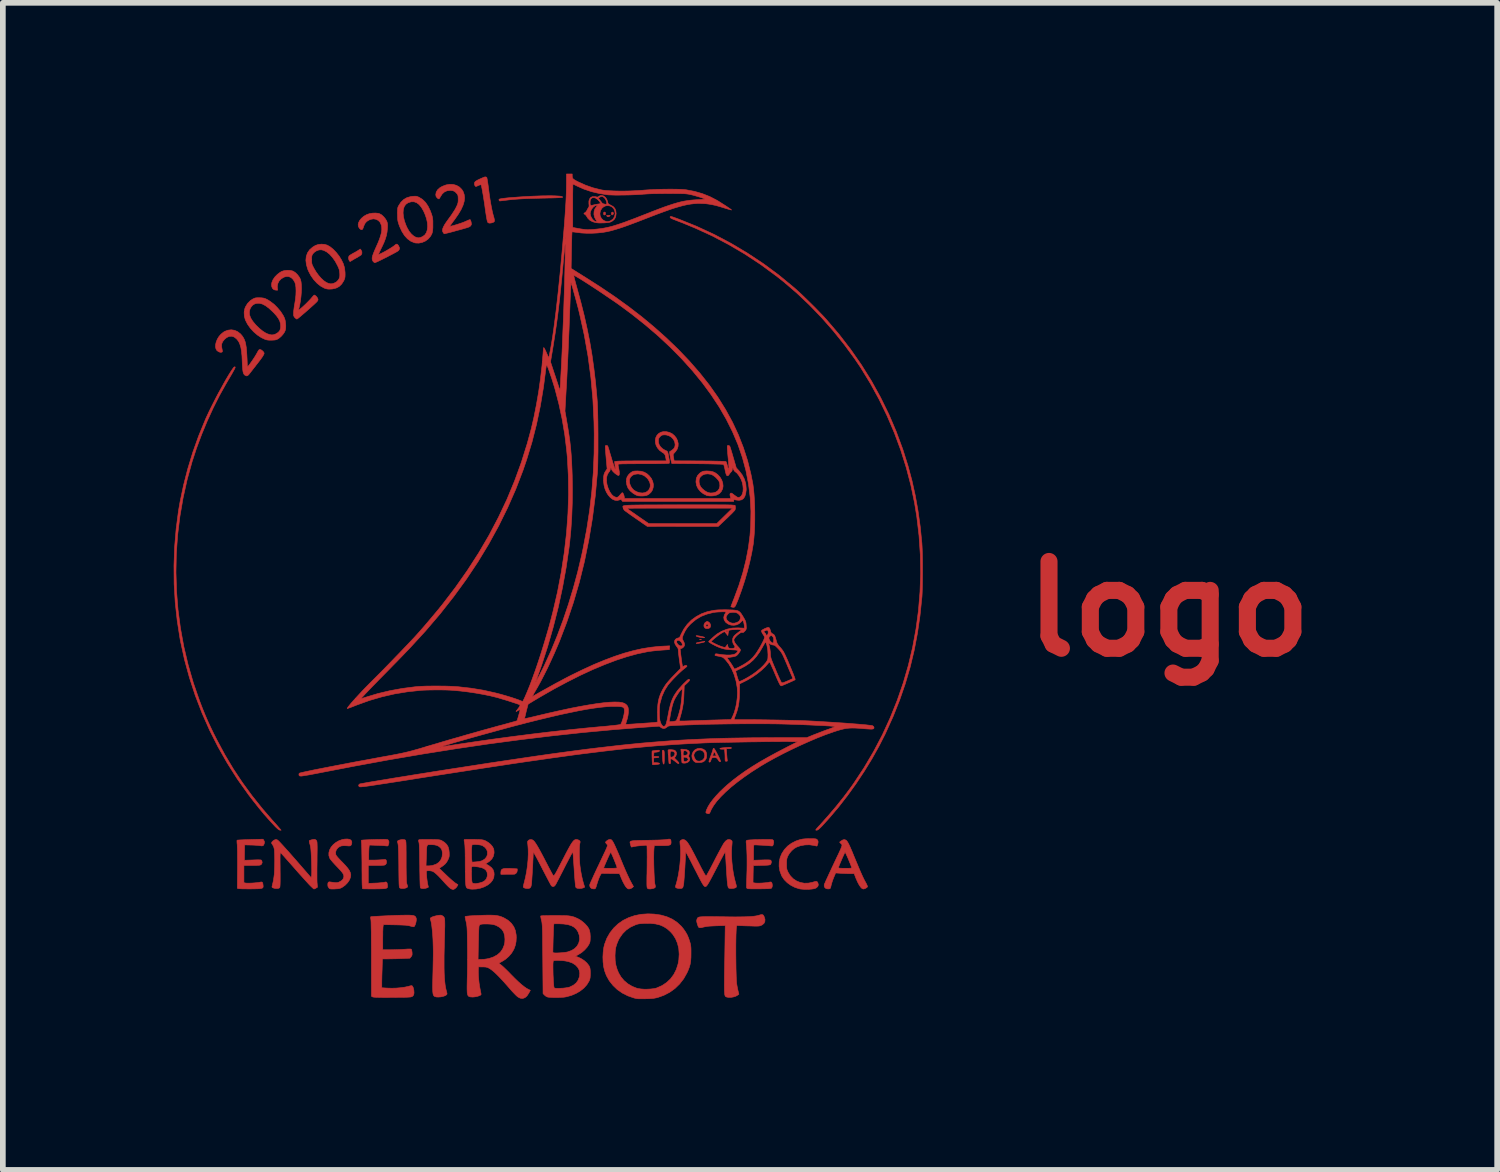
<source format=kicad_pcb>
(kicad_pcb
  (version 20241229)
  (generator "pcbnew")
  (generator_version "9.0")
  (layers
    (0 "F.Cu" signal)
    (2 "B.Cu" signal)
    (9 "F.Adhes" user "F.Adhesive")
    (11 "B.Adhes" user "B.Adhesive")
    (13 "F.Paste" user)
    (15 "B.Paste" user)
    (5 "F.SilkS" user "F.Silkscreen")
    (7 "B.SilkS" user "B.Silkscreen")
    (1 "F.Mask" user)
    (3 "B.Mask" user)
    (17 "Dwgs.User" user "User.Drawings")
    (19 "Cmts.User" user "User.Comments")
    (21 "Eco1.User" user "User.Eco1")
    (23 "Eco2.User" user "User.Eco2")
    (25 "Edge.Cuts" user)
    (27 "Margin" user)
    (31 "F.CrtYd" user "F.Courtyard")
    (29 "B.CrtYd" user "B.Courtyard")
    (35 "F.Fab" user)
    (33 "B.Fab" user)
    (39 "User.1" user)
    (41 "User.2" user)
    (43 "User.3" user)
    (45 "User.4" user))
  (footprint "logo"
    (layer "F.Cu")
    (at 9.775 9.644)
    (property "Reference" "logo" (at 7.7 -2 0) (layer "F.Cu") (effects (font (size 1.524 1.524) (thickness 0.3))))
    (attr through_hole)
    (fp_poly (pts (xy -0.51 -1.466) (xy -0.507 -1.464) (xy -0.519 -1.462) (xy -0.525 -1.462) (xy -0.54 -1.463) (xy -0.542 -1.465) (xy -0.539 -1.466) (xy -0.518 -1.467) (xy -0.51 -1.466)) (stroke (width 0.01) (type solid)) (fill yes) (layer "F.Cu"))
    (fp_poly (pts (xy -2.058 -8.963) (xy -2.052 -8.948) (xy -2.057 -8.932) (xy -2.058 -8.931) (xy -2.073 -8.92) (xy -2.084 -8.925) (xy -2.088 -8.932) (xy -2.089 -8.951) (xy -2.081 -8.966) (xy -2.071 -8.97) (xy -2.058 -8.963)) (stroke (width 0.01) (type solid)) (fill yes) (layer "F.Cu"))
    (fp_poly (pts (xy -2.118 -8.912) (xy -2.109 -8.909) (xy -2.113 -8.904) (xy -2.12 -8.898) (xy -2.142 -8.887) (xy -2.159 -8.89) (xy -2.167 -8.898) (xy -2.173 -8.907) (xy -2.171 -8.911) (xy -2.157 -8.912) (xy -2.142 -8.912) (xy -2.118 -8.912)) (stroke (width 0.01) (type solid)) (fill yes) (layer "F.Cu"))
    (fp_poly (pts (xy -2.197 -8.966) (xy -2.193 -8.951) (xy -2.192 -8.945) (xy -2.195 -8.926) (xy -2.205 -8.92) (xy -2.209 -8.919) (xy -2.222 -8.923) (xy -2.226 -8.938) (xy -2.226 -8.945) (xy -2.224 -8.963) (xy -2.214 -8.97) (xy -2.209 -8.97) (xy -2.197 -8.966)) (stroke (width 0.01) (type solid)) (fill yes) (layer "F.Cu"))
    (fp_poly (pts (xy -0.568 -1.529) (xy -0.54 -1.525) (xy -0.509 -1.518) (xy -0.481 -1.512) (xy -0.461 -1.506) (xy -0.453 -1.502) (xy -0.454 -1.497) (xy -0.467 -1.495) (xy -0.491 -1.496) (xy -0.521 -1.501) (xy -0.548 -1.506) (xy -0.581 -1.515) (xy -0.598 -1.523) (xy -0.601 -1.53) (xy -0.6 -1.532) (xy -0.59 -1.532) (xy -0.568 -1.529)) (stroke (width 0.01) (type solid)) (fill yes) (layer "F.Cu"))
    (fp_poly (pts (xy -0.451 -1.432) (xy -0.448 -1.428) (xy -0.456 -1.421) (xy -0.48 -1.413) (xy -0.517 -1.405) (xy -0.566 -1.396) (xy -0.567 -1.396) (xy -0.59 -1.394) (xy -0.6 -1.398) (xy -0.601 -1.399) (xy -0.593 -1.405) (xy -0.573 -1.411) (xy -0.544 -1.417) (xy -0.539 -1.418) (xy -0.507 -1.423) (xy -0.48 -1.428) (xy -0.464 -1.432) (xy -0.463 -1.432) (xy -0.451 -1.432)) (stroke (width 0.01) (type solid)) (fill yes) (layer "F.Cu"))
    (fp_poly (pts (xy -3.884 2.555) (xy -3.847 2.557) (xy -3.742 2.563) (xy -3.742 2.592) (xy -3.748 2.62) (xy -3.765 2.643) (xy -3.787 2.656) (xy -3.791 2.656) (xy -3.804 2.657) (xy -3.831 2.658) (xy -3.868 2.658) (xy -3.91 2.658) (xy -3.918 2.658) (xy -4.03 2.659) (xy -4.03 2.624) (xy -4.027 2.598) (xy -4.019 2.579) (xy -4.002 2.566) (xy -3.975 2.558) (xy -3.936 2.555) (xy -3.884 2.555)) (stroke (width 0.01) (type solid)) (fill yes) (layer "F.Cu"))
    (fp_poly (pts (xy -1.173 0.482) (xy -1.167 0.486) (xy -1.164 0.496) (xy -1.161 0.515) (xy -1.16 0.544) (xy -1.16 0.587) (xy -1.16 0.605) (xy -1.16 0.657) (xy -1.162 0.695) (xy -1.165 0.717) (xy -1.168 0.724) (xy -1.179 0.717) (xy -1.18 0.714) (xy -1.183 0.697) (xy -1.187 0.669) (xy -1.19 0.634) (xy -1.192 0.595) (xy -1.194 0.557) (xy -1.195 0.524) (xy -1.195 0.498) (xy -1.194 0.485) (xy -1.193 0.484) (xy -1.18 0.48) (xy -1.173 0.482)) (stroke (width 0.01) (type solid)) (fill yes) (layer "F.Cu"))
    (fp_poly (pts (xy -6.484 -8.302) (xy -6.471 -8.275) (xy -6.47 -8.246) (xy -6.481 -8.221) (xy -6.483 -8.218) (xy -6.498 -8.207) (xy -6.522 -8.192) (xy -6.553 -8.173) (xy -6.566 -8.166) (xy -6.599 -8.148) (xy -6.629 -8.13) (xy -6.651 -8.117) (xy -6.656 -8.114) (xy -6.672 -8.103) (xy -6.681 -8.104) (xy -6.691 -8.115) (xy -6.692 -8.117) (xy -6.702 -8.142) (xy -6.705 -8.17) (xy -6.698 -8.194) (xy -6.693 -8.202) (xy -6.68 -8.212) (xy -6.657 -8.227) (xy -6.627 -8.244) (xy -6.615 -8.251) (xy -6.581 -8.269) (xy -6.551 -8.287) (xy -6.528 -8.301) (xy -6.524 -8.304) (xy -6.499 -8.321) (xy -6.484 -8.302)) (stroke (width 0.01) (type solid)) (fill yes) (layer "F.Cu"))
    (fp_poly (pts (xy -0.39 -1.776) (xy -0.371 -1.763) (xy -0.369 -1.761) (xy -0.352 -1.736) (xy -0.346 -1.708) (xy -0.353 -1.681) (xy -0.362 -1.669) (xy -0.385 -1.658) (xy -0.413 -1.655) (xy -0.439 -1.662) (xy -0.451 -1.67) (xy -0.464 -1.696) (xy -0.464 -1.711) (xy -0.429 -1.711) (xy -0.426 -1.702) (xy -0.416 -1.691) (xy -0.403 -1.693) (xy -0.392 -1.705) (xy -0.391 -1.712) (xy -0.392 -1.727) (xy -0.405 -1.731) (xy -0.424 -1.726) (xy -0.429 -1.711) (xy -0.464 -1.711) (xy -0.463 -1.725) (xy -0.45 -1.753) (xy -0.443 -1.761) (xy -0.424 -1.775) (xy -0.407 -1.782) (xy -0.406 -1.782) (xy -0.39 -1.776)) (stroke (width 0.01) (type solid)) (fill yes) (layer "F.Cu"))
    (fp_poly (pts (xy 0.012 0.431) (xy 0.017 0.436) (xy 0.017 0.44) (xy 0.014 0.448) (xy 0.000228 0.452) (xy -0.026 0.453) (xy -0.07 0.453) (xy -0.064 0.549) (xy -0.061 0.588) (xy -0.058 0.623) (xy -0.055 0.648) (xy -0.054 0.659) (xy -0.054 0.67) (xy -0.068 0.673) (xy -0.071 0.673) (xy -0.082 0.673) (xy -0.089 0.668) (xy -0.092 0.656) (xy -0.093 0.632) (xy -0.093 0.612) (xy -0.094 0.573) (xy -0.096 0.534) (xy -0.098 0.506) (xy -0.104 0.462) (xy -0.145 0.462) (xy -0.171 0.46) (xy -0.184 0.455) (xy -0.183 0.449) (xy -0.168 0.443) (xy -0.163 0.442) (xy -0.144 0.439) (xy -0.113 0.436) (xy -0.077 0.433) (xy -0.061 0.432) (xy -0.024 0.429) (xy -0.001 0.429) (xy 0.012 0.431)) (stroke (width 0.01) (type solid)) (fill yes) (layer "F.Cu"))
    (fp_poly (pts (xy -1.246 0.483) (xy -1.245 0.489) (xy -1.246 0.493) (xy -1.251 0.502) (xy -1.266 0.508) (xy -1.293 0.512) (xy -1.295 0.513) (xy -1.342 0.517) (xy -1.344 0.553) (xy -1.347 0.589) (xy -1.299 0.589) (xy -1.269 0.591) (xy -1.255 0.596) (xy -1.256 0.603) (xy -1.273 0.609) (xy -1.302 0.612) (xy -1.346 0.615) (xy -1.346 0.699) (xy -1.3 0.699) (xy -1.27 0.701) (xy -1.25 0.707) (xy -1.243 0.715) (xy -1.246 0.721) (xy -1.257 0.724) (xy -1.278 0.728) (xy -1.305 0.731) (xy -1.332 0.734) (xy -1.354 0.735) (xy -1.366 0.734) (xy -1.366 0.733) (xy -1.369 0.722) (xy -1.371 0.698) (xy -1.373 0.665) (xy -1.374 0.627) (xy -1.376 0.588) (xy -1.376 0.551) (xy -1.376 0.521) (xy -1.375 0.5) (xy -1.374 0.493) (xy -1.363 0.49) (xy -1.339 0.487) (xy -1.309 0.483) (xy -1.305 0.483) (xy -1.273 0.48) (xy -1.255 0.48) (xy -1.246 0.483)) (stroke (width 0.01) (type solid)) (fill yes) (layer "F.Cu"))
    (fp_poly (pts (xy -3.113 -9.256) (xy -3.104 -9.256) (xy -3.043 -9.253) (xy -2.997 -9.25) (xy -2.967 -9.246) (xy -2.95 -9.24) (xy -2.945 -9.233) (xy -2.949 -9.227) (xy -2.958 -9.226) (xy -2.983 -9.224) (xy -3.021 -9.222) (xy -3.07 -9.22) (xy -3.128 -9.218) (xy -3.194 -9.217) (xy -3.266 -9.215) (xy -3.283 -9.215) (xy -3.4 -9.212) (xy -3.502 -9.209) (xy -3.593 -9.206) (xy -3.673 -9.202) (xy -3.747 -9.197) (xy -3.815 -9.192) (xy -3.881 -9.185) (xy -3.947 -9.177) (xy -3.991 -9.172) (xy -4.022 -9.168) (xy -4.041 -9.166) (xy -4.052 -9.166) (xy -4.057 -9.169) (xy -4.059 -9.173) (xy -4.061 -9.178) (xy -4.063 -9.191) (xy -4.062 -9.195) (xy -4.048 -9.2) (xy -4.02 -9.206) (xy -3.978 -9.212) (xy -3.925 -9.218) (xy -3.863 -9.224) (xy -3.792 -9.229) (xy -3.716 -9.235) (xy -3.636 -9.24) (xy -3.553 -9.245) (xy -3.47 -9.249) (xy -3.389 -9.252) (xy -3.31 -9.255) (xy -3.237 -9.256) (xy -3.171 -9.257) (xy -3.113 -9.256)) (stroke (width 0.01) (type solid)) (fill yes) (layer "F.Cu"))
    (fp_poly (pts (xy -0.479 0.46) (xy -0.446 0.48) (xy -0.431 0.499) (xy -0.419 0.531) (xy -0.415 0.57) (xy -0.419 0.608) (xy -0.426 0.629) (xy -0.448 0.663) (xy -0.475 0.683) (xy -0.511 0.694) (xy -0.54 0.696) (xy -0.572 0.696) (xy -0.599 0.694) (xy -0.614 0.691) (xy -0.632 0.679) (xy -0.65 0.661) (xy -0.65 0.661) (xy -0.67 0.622) (xy -0.676 0.581) (xy -0.675 0.571) (xy -0.642 0.571) (xy -0.635 0.6) (xy -0.626 0.621) (xy -0.604 0.653) (xy -0.575 0.67) (xy -0.539 0.672) (xy -0.504 0.661) (xy -0.474 0.641) (xy -0.456 0.61) (xy -0.449 0.574) (xy -0.455 0.537) (xy -0.465 0.515) (xy -0.489 0.49) (xy -0.52 0.477) (xy -0.555 0.477) (xy -0.589 0.488) (xy -0.617 0.512) (xy -0.624 0.52) (xy -0.638 0.547) (xy -0.642 0.571) (xy -0.675 0.571) (xy -0.669 0.541) (xy -0.651 0.503) (xy -0.622 0.473) (xy -0.584 0.454) (xy -0.564 0.449) (xy -0.52 0.448) (xy -0.479 0.46)) (stroke (width 0.01) (type solid)) (fill yes) (layer "F.Cu"))
    (fp_poly (pts (xy -0.284 0.452) (xy -0.271 0.471) (xy -0.254 0.499) (xy -0.236 0.533) (xy -0.217 0.569) (xy -0.199 0.605) (xy -0.185 0.637) (xy -0.175 0.662) (xy -0.171 0.676) (xy -0.171 0.679) (xy -0.184 0.681) (xy -0.199 0.671) (xy -0.214 0.649) (xy -0.217 0.644) (xy -0.237 0.619) (xy -0.266 0.607) (xy -0.304 0.61) (xy -0.305 0.61) (xy -0.322 0.616) (xy -0.332 0.629) (xy -0.34 0.653) (xy -0.35 0.68) (xy -0.362 0.69) (xy -0.374 0.685) (xy -0.376 0.68) (xy -0.374 0.668) (xy -0.369 0.647) (xy -0.358 0.616) (xy -0.344 0.58) (xy -0.312 0.58) (xy -0.246 0.58) (xy -0.261 0.546) (xy -0.273 0.521) (xy -0.281 0.51) (xy -0.288 0.515) (xy -0.296 0.534) (xy -0.299 0.542) (xy -0.312 0.58) (xy -0.344 0.58) (xy -0.341 0.573) (xy -0.335 0.556) (xy -0.322 0.521) (xy -0.312 0.49) (xy -0.306 0.468) (xy -0.304 0.461) (xy -0.299 0.448) (xy -0.291 0.445) (xy -0.284 0.452)) (stroke (width 0.01) (type solid)) (fill yes) (layer "F.Cu"))
    (fp_poly (pts (xy -5.722 2.051) (xy -5.71 2.056) (xy -5.706 2.06) (xy -5.703 2.065) (xy -5.7 2.073) (xy -5.698 2.086) (xy -5.696 2.105) (xy -5.695 2.131) (xy -5.694 2.167) (xy -5.694 2.213) (xy -5.693 2.272) (xy -5.693 2.345) (xy -5.693 2.427) (xy -5.693 2.523) (xy -5.692 2.607) (xy -5.691 2.678) (xy -5.689 2.735) (xy -5.688 2.778) (xy -5.685 2.806) (xy -5.684 2.815) (xy -5.676 2.841) (xy -5.669 2.863) (xy -5.669 2.864) (xy -5.668 2.878) (xy -5.678 2.89) (xy -5.688 2.895) (xy -5.715 2.904) (xy -5.746 2.908) (xy -5.777 2.907) (xy -5.8 2.901) (xy -5.808 2.895) (xy -5.811 2.888) (xy -5.814 2.874) (xy -5.816 2.852) (xy -5.818 2.82) (xy -5.819 2.777) (xy -5.82 2.722) (xy -5.821 2.653) (xy -5.822 2.569) (xy -5.822 2.525) (xy -5.823 2.43) (xy -5.824 2.35) (xy -5.826 2.284) (xy -5.828 2.23) (xy -5.83 2.187) (xy -5.832 2.153) (xy -5.836 2.126) (xy -5.84 2.106) (xy -5.845 2.089) (xy -5.846 2.086) (xy -5.843 2.074) (xy -5.827 2.063) (xy -5.803 2.055) (xy -5.774 2.049) (xy -5.746 2.048) (xy -5.722 2.051)) (stroke (width 0.01) (type solid)) (fill yes) (layer "F.Cu"))
    (fp_poly (pts (xy -4.284 -9.583) (xy -4.277 -9.578) (xy -4.274 -9.566) (xy -4.269 -9.541) (xy -4.263 -9.504) (xy -4.256 -9.458) (xy -4.249 -9.406) (xy -4.247 -9.389) (xy -4.234 -9.288) (xy -4.22 -9.193) (xy -4.205 -9.105) (xy -4.19 -9.027) (xy -4.176 -8.961) (xy -4.164 -8.915) (xy -4.151 -8.87) (xy -4.144 -8.839) (xy -4.142 -8.818) (xy -4.145 -8.804) (xy -4.153 -8.796) (xy -4.167 -8.789) (xy -4.168 -8.788) (xy -4.202 -8.778) (xy -4.231 -8.776) (xy -4.253 -8.782) (xy -4.257 -8.786) (xy -4.262 -8.796) (xy -4.268 -8.811) (xy -4.274 -8.835) (xy -4.28 -8.869) (xy -4.288 -8.914) (xy -4.297 -8.973) (xy -4.305 -9.029) (xy -4.316 -9.111) (xy -4.328 -9.187) (xy -4.339 -9.257) (xy -4.35 -9.319) (xy -4.359 -9.37) (xy -4.367 -9.41) (xy -4.373 -9.437) (xy -4.377 -9.448) (xy -4.39 -9.449) (xy -4.413 -9.442) (xy -4.428 -9.435) (xy -4.453 -9.424) (xy -4.467 -9.42) (xy -4.476 -9.422) (xy -4.483 -9.431) (xy -4.484 -9.431) (xy -4.494 -9.457) (xy -4.493 -9.484) (xy -4.48 -9.506) (xy -4.48 -9.506) (xy -4.464 -9.517) (xy -4.438 -9.532) (xy -4.405 -9.548) (xy -4.371 -9.563) (xy -4.339 -9.577) (xy -4.315 -9.586) (xy -4.303 -9.588) (xy -4.284 -9.583)) (stroke (width 0.01) (type solid)) (fill yes) (layer "F.Cu"))
    (fp_poly (pts (xy -1.567 -4.419) (xy -1.513 -4.403) (xy -1.465 -4.376) (xy -1.428 -4.343) (xy -1.389 -4.295) (xy -1.364 -4.243) (xy -1.352 -4.19) (xy -1.354 -4.139) (xy -1.368 -4.09) (xy -1.395 -4.048) (xy -1.434 -4.013) (xy -1.466 -3.996) (xy -1.496 -3.989) (xy -1.536 -3.985) (xy -1.579 -3.985) (xy -1.617 -3.988) (xy -1.638 -3.994) (xy -1.659 -4.003) (xy -1.687 -4.019) (xy -1.708 -4.032) (xy -1.759 -4.074) (xy -1.796 -4.121) (xy -1.818 -4.177) (xy -1.826 -4.228) (xy -1.826 -4.238) (xy -1.773 -4.238) (xy -1.765 -4.195) (xy -1.747 -4.152) (xy -1.721 -4.114) (xy -1.694 -4.087) (xy -1.646 -4.059) (xy -1.595 -4.042) (xy -1.545 -4.037) (xy -1.498 -4.044) (xy -1.459 -4.064) (xy -1.427 -4.098) (xy -1.409 -4.139) (xy -1.406 -4.183) (xy -1.417 -4.229) (xy -1.443 -4.275) (xy -1.461 -4.297) (xy -1.509 -4.338) (xy -1.56 -4.362) (xy -1.617 -4.372) (xy -1.639 -4.371) (xy -1.684 -4.364) (xy -1.718 -4.349) (xy -1.747 -4.322) (xy -1.756 -4.311) (xy -1.77 -4.278) (xy -1.773 -4.238) (xy -1.826 -4.238) (xy -1.825 -4.28) (xy -1.811 -4.324) (xy -1.783 -4.363) (xy -1.772 -4.374) (xy -1.745 -4.397) (xy -1.722 -4.411) (xy -1.699 -4.42) (xy -1.668 -4.423) (xy -1.631 -4.424) (xy -1.567 -4.419)) (stroke (width 0.01) (type solid)) (fill yes) (layer "F.Cu"))
    (fp_poly (pts (xy -0.827 0.463) (xy -0.814 0.464) (xy -0.767 0.471) (xy -0.736 0.485) (xy -0.72 0.507) (xy -0.719 0.536) (xy -0.729 0.567) (xy -0.734 0.586) (xy -0.728 0.6) (xy -0.725 0.604) (xy -0.712 0.629) (xy -0.715 0.655) (xy -0.731 0.679) (xy -0.753 0.694) (xy -0.776 0.703) (xy -0.803 0.707) (xy -0.828 0.706) (xy -0.845 0.702) (xy -0.85 0.697) (xy -0.852 0.684) (xy -0.854 0.659) (xy -0.856 0.624) (xy -0.856 0.614) (xy -0.824 0.614) (xy -0.824 0.636) (xy -0.817 0.667) (xy -0.816 0.671) (xy -0.806 0.681) (xy -0.784 0.679) (xy -0.767 0.672) (xy -0.746 0.657) (xy -0.74 0.639) (xy -0.749 0.622) (xy -0.769 0.609) (xy -0.795 0.602) (xy -0.818 0.603) (xy -0.824 0.614) (xy -0.856 0.614) (xy -0.858 0.589) (xy -0.86 0.548) (xy -0.86 0.543) (xy -0.829 0.543) (xy -0.828 0.562) (xy -0.82 0.57) (xy -0.802 0.572) (xy -0.778 0.567) (xy -0.76 0.558) (xy -0.748 0.541) (xy -0.745 0.529) (xy -0.752 0.512) (xy -0.77 0.496) (xy -0.793 0.488) (xy -0.801 0.487) (xy -0.817 0.492) (xy -0.826 0.508) (xy -0.829 0.538) (xy -0.829 0.543) (xy -0.86 0.543) (xy -0.863 0.513) (xy -0.866 0.487) (xy -0.868 0.475) (xy -0.87 0.467) (xy -0.866 0.463) (xy -0.853 0.461) (xy -0.827 0.463)) (stroke (width 0.01) (type solid)) (fill yes) (layer "F.Cu"))
    (fp_poly (pts (xy -0.351 -4.42) (xy -0.303 -4.409) (xy -0.261 -4.389) (xy -0.222 -4.36) (xy -0.182 -4.316) (xy -0.152 -4.266) (xy -0.134 -4.213) (xy -0.128 -4.16) (xy -0.135 -4.114) (xy -0.159 -4.064) (xy -0.193 -4.026) (xy -0.239 -4.001) (xy -0.296 -3.988) (xy -0.32 -3.986) (xy -0.367 -3.986) (xy -0.403 -3.991) (xy -0.415 -3.994) (xy -0.476 -4.025) (xy -0.527 -4.065) (xy -0.567 -4.114) (xy -0.593 -4.169) (xy -0.604 -4.228) (xy -0.549 -4.228) (xy -0.54 -4.184) (xy -0.52 -4.143) (xy -0.519 -4.142) (xy -0.49 -4.11) (xy -0.453 -4.079) (xy -0.414 -4.055) (xy -0.386 -4.043) (xy -0.346 -4.037) (xy -0.3 -4.04) (xy -0.258 -4.052) (xy -0.252 -4.055) (xy -0.217 -4.08) (xy -0.195 -4.115) (xy -0.184 -4.158) (xy -0.187 -4.207) (xy -0.194 -4.231) (xy -0.208 -4.258) (xy -0.234 -4.288) (xy -0.265 -4.319) (xy -0.299 -4.344) (xy -0.33 -4.361) (xy -0.34 -4.365) (xy -0.396 -4.373) (xy -0.447 -4.368) (xy -0.491 -4.35) (xy -0.525 -4.32) (xy -0.534 -4.307) (xy -0.548 -4.271) (xy -0.549 -4.228) (xy -0.604 -4.228) (xy -0.604 -4.228) (xy -0.604 -4.237) (xy -0.598 -4.294) (xy -0.576 -4.343) (xy -0.54 -4.383) (xy -0.518 -4.399) (xy -0.496 -4.411) (xy -0.476 -4.419) (xy -0.453 -4.422) (xy -0.419 -4.424) (xy -0.41 -4.424) (xy -0.351 -4.42)) (stroke (width 0.01) (type solid)) (fill yes) (layer "F.Cu"))
    (fp_poly (pts (xy -5.07 3.38) (xy -5.059 3.386) (xy -5.047 3.393) (xy -5.038 3.401) (xy -5.03 3.409) (xy -5.024 3.42) (xy -5.019 3.435) (xy -5.016 3.456) (xy -5.015 3.485) (xy -5.014 3.522) (xy -5.014 3.57) (xy -5.016 3.63) (xy -5.017 3.703) (xy -5.02 3.791) (xy -5.021 3.812) (xy -5.024 3.958) (xy -5.027 4.088) (xy -5.027 4.203) (xy -5.027 4.305) (xy -5.025 4.395) (xy -5.021 4.474) (xy -5.015 4.543) (xy -5.008 4.604) (xy -4.999 4.656) (xy -4.988 4.703) (xy -4.983 4.719) (xy -4.977 4.745) (xy -4.975 4.759) (xy -4.98 4.769) (xy -4.985 4.775) (xy -5.011 4.791) (xy -5.046 4.803) (xy -5.086 4.811) (xy -5.126 4.814) (xy -5.162 4.813) (xy -5.19 4.805) (xy -5.202 4.797) (xy -5.209 4.788) (xy -5.215 4.777) (xy -5.22 4.762) (xy -5.223 4.742) (xy -5.226 4.715) (xy -5.227 4.68) (xy -5.228 4.636) (xy -5.227 4.58) (xy -5.226 4.511) (xy -5.224 4.429) (xy -5.222 4.356) (xy -5.22 4.248) (xy -5.218 4.154) (xy -5.217 4.072) (xy -5.217 3.999) (xy -5.218 3.932) (xy -5.22 3.868) (xy -5.222 3.806) (xy -5.222 3.802) (xy -5.228 3.71) (xy -5.236 3.627) (xy -5.244 3.556) (xy -5.254 3.497) (xy -5.265 3.454) (xy -5.27 3.44) (xy -5.267 3.427) (xy -5.249 3.414) (xy -5.219 3.401) (xy -5.179 3.39) (xy -5.138 3.381) (xy -5.106 3.377) (xy -5.085 3.376) (xy -5.07 3.38)) (stroke (width 0.01) (type solid)) (fill yes) (layer "F.Cu"))
    (fp_poly (pts (xy -1.035 0.471) (xy -1.007 0.474) (xy -0.985 0.479) (xy -0.984 0.479) (xy -0.96 0.495) (xy -0.947 0.52) (xy -0.946 0.55) (xy -0.958 0.582) (xy -0.971 0.599) (xy -0.978 0.608) (xy -0.978 0.617) (xy -0.971 0.628) (xy -0.954 0.645) (xy -0.941 0.657) (xy -0.916 0.684) (xy -0.903 0.703) (xy -0.904 0.713) (xy -0.913 0.716) (xy -0.923 0.711) (xy -0.942 0.698) (xy -0.966 0.679) (xy -0.973 0.673) (xy -1 0.653) (xy -1.023 0.639) (xy -1.039 0.631) (xy -1.041 0.631) (xy -1.049 0.634) (xy -1.053 0.644) (xy -1.052 0.665) (xy -1.051 0.673) (xy -1.05 0.699) (xy -1.052 0.712) (xy -1.059 0.716) (xy -1.061 0.716) (xy -1.074 0.715) (xy -1.076 0.714) (xy -1.078 0.704) (xy -1.08 0.681) (xy -1.083 0.649) (xy -1.086 0.611) (xy -1.089 0.572) (xy -1.09 0.551) (xy -1.058 0.551) (xy -1.057 0.576) (xy -1.054 0.595) (xy -1.052 0.6) (xy -1.04 0.603) (xy -1.034 0.602) (xy -1.019 0.598) (xy -1.015 0.597) (xy -1.002 0.59) (xy -0.987 0.574) (xy -0.976 0.554) (xy -0.973 0.541) (xy -0.98 0.522) (xy -0.995 0.507) (xy -1.015 0.498) (xy -1.035 0.496) (xy -1.05 0.504) (xy -1.053 0.509) (xy -1.056 0.527) (xy -1.058 0.551) (xy -1.09 0.551) (xy -1.092 0.535) (xy -1.093 0.505) (xy -1.094 0.484) (xy -1.094 0.477) (xy -1.084 0.472) (xy -1.062 0.47) (xy -1.035 0.471)) (stroke (width 0.01) (type solid)) (fill yes) (layer "F.Cu"))
    (fp_poly (pts (xy 1.441 2.033) (xy 1.473 2.034) (xy 1.495 2.036) (xy 1.51 2.04) (xy 1.52 2.045) (xy 1.523 2.048) (xy 1.537 2.069) (xy 1.541 2.087) (xy 1.539 2.109) (xy 1.533 2.132) (xy 1.526 2.152) (xy 1.519 2.163) (xy 1.517 2.163) (xy 1.507 2.161) (xy 1.485 2.156) (xy 1.461 2.151) (xy 1.387 2.14) (xy 1.308 2.143) (xy 1.23 2.157) (xy 1.165 2.18) (xy 1.12 2.206) (xy 1.076 2.245) (xy 1.038 2.29) (xy 1.011 2.335) (xy 1 2.361) (xy 0.993 2.384) (xy 0.989 2.409) (xy 0.987 2.442) (xy 0.987 2.477) (xy 0.987 2.518) (xy 0.989 2.548) (xy 0.993 2.572) (xy 1.001 2.594) (xy 1.013 2.621) (xy 1.013 2.622) (xy 1.052 2.684) (xy 1.102 2.736) (xy 1.161 2.775) (xy 1.227 2.802) (xy 1.299 2.815) (xy 1.373 2.813) (xy 1.441 2.799) (xy 1.478 2.788) (xy 1.503 2.783) (xy 1.519 2.785) (xy 1.529 2.795) (xy 1.538 2.812) (xy 1.545 2.845) (xy 1.535 2.873) (xy 1.509 2.896) (xy 1.497 2.903) (xy 1.469 2.912) (xy 1.429 2.918) (xy 1.38 2.922) (xy 1.329 2.923) (xy 1.278 2.921) (xy 1.233 2.917) (xy 1.211 2.913) (xy 1.135 2.889) (xy 1.064 2.853) (xy 1 2.807) (xy 0.946 2.753) (xy 0.905 2.693) (xy 0.898 2.678) (xy 0.869 2.598) (xy 0.856 2.518) (xy 0.858 2.438) (xy 0.875 2.362) (xy 0.906 2.29) (xy 0.949 2.224) (xy 1.005 2.164) (xy 1.073 2.114) (xy 1.151 2.074) (xy 1.228 2.048) (xy 1.273 2.039) (xy 1.332 2.034) (xy 1.394 2.033) (xy 1.441 2.033)) (stroke (width 0.01) (type solid)) (fill yes) (layer "F.Cu"))
    (fp_poly (pts (xy -0.494 -3.83) (xy -0.392 -3.83) (xy -0.298 -3.83) (xy -0.215 -3.829) (xy -0.142 -3.829) (xy -0.081 -3.829) (xy -0.034 -3.828) (xy -0.002 -3.827) (xy 0.014 -3.827) (xy 0.083 -3.821) (xy 0.088 -3.791) (xy 0.088 -3.759) (xy 0.081 -3.738) (xy 0.072 -3.726) (xy 0.052 -3.705) (xy 0.024 -3.675) (xy -0.012 -3.641) (xy -0.051 -3.602) (xy -0.072 -3.583) (xy -0.213 -3.45) (xy -0.836 -3.45) (xy -1.46 -3.451) (xy -1.654 -3.585) (xy -1.705 -3.621) (xy -1.753 -3.654) (xy -1.794 -3.684) (xy -1.827 -3.708) (xy -1.851 -3.725) (xy -1.862 -3.735) (xy -1.863 -3.735) (xy -1.875 -3.755) (xy -1.88 -3.768) (xy -1.819 -3.768) (xy -1.811 -3.762) (xy -1.791 -3.748) (xy -1.761 -3.727) (xy -1.723 -3.7) (xy -1.677 -3.669) (xy -1.628 -3.634) (xy -1.625 -3.632) (xy -1.435 -3.501) (xy -0.238 -3.501) (xy -0.1 -3.636) (xy 0.038 -3.771) (xy -0.892 -3.771) (xy -1.016 -3.771) (xy -1.135 -3.771) (xy -1.248 -3.771) (xy -1.354 -3.771) (xy -1.452 -3.771) (xy -1.54 -3.77) (xy -1.619 -3.77) (xy -1.686 -3.77) (xy -1.74 -3.769) (xy -1.781 -3.769) (xy -1.808 -3.768) (xy -1.819 -3.768) (xy -1.819 -3.768) (xy -1.88 -3.768) (xy -1.883 -3.776) (xy -1.885 -3.784) (xy -1.887 -3.791) (xy -1.888 -3.797) (xy -1.887 -3.803) (xy -1.883 -3.807) (xy -1.876 -3.812) (xy -1.864 -3.815) (xy -1.847 -3.818) (xy -1.823 -3.82) (xy -1.791 -3.822) (xy -1.752 -3.824) (xy -1.703 -3.825) (xy -1.644 -3.826) (xy -1.575 -3.827) (xy -1.493 -3.828) (xy -1.398 -3.828) (xy -1.29 -3.828) (xy -1.167 -3.829) (xy -1.028 -3.829) (xy -0.963 -3.829) (xy -0.839 -3.83) (xy -0.718 -3.83) (xy -0.603 -3.83) (xy -0.494 -3.83)) (stroke (width 0.01) (type solid)) (fill yes) (layer "F.Cu"))
    (fp_poly (pts (xy -8.191 2.065) (xy -8.182 2.083) (xy -8.181 2.101) (xy -8.186 2.121) (xy -8.195 2.144) (xy -8.207 2.156) (xy -8.228 2.16) (xy -8.259 2.156) (xy -8.265 2.155) (xy -8.291 2.152) (xy -8.329 2.149) (xy -8.374 2.146) (xy -8.42 2.145) (xy -8.53 2.142) (xy -8.532 2.277) (xy -8.534 2.412) (xy -8.386 2.407) (xy -8.332 2.405) (xy -8.293 2.404) (xy -8.266 2.405) (xy -8.248 2.406) (xy -8.238 2.409) (xy -8.232 2.413) (xy -8.229 2.418) (xy -8.221 2.448) (xy -8.229 2.475) (xy -8.238 2.485) (xy -8.245 2.491) (xy -8.255 2.496) (xy -8.269 2.499) (xy -8.291 2.501) (xy -8.324 2.502) (xy -8.369 2.502) (xy -8.399 2.502) (xy -8.542 2.502) (xy -8.542 2.806) (xy -8.512 2.812) (xy -8.488 2.814) (xy -8.452 2.814) (xy -8.408 2.813) (xy -8.362 2.81) (xy -8.319 2.806) (xy -8.282 2.802) (xy -8.26 2.797) (xy -8.235 2.793) (xy -8.22 2.798) (xy -8.211 2.814) (xy -8.206 2.845) (xy -8.206 2.847) (xy -8.204 2.867) (xy -8.205 2.882) (xy -8.21 2.894) (xy -8.221 2.902) (xy -8.24 2.907) (xy -8.269 2.911) (xy -8.31 2.913) (xy -8.363 2.914) (xy -8.423 2.915) (xy -8.48 2.915) (xy -8.531 2.914) (xy -8.576 2.914) (xy -8.61 2.912) (xy -8.631 2.911) (xy -8.636 2.91) (xy -8.657 2.904) (xy -8.654 2.553) (xy -8.654 2.474) (xy -8.654 2.398) (xy -8.655 2.328) (xy -8.655 2.264) (xy -8.656 2.21) (xy -8.658 2.168) (xy -8.659 2.14) (xy -8.66 2.134) (xy -8.663 2.102) (xy -8.664 2.076) (xy -8.663 2.062) (xy -8.662 2.06) (xy -8.652 2.058) (xy -8.628 2.056) (xy -8.592 2.054) (xy -8.545 2.052) (xy -8.49 2.05) (xy -8.431 2.048) (xy -8.206 2.042) (xy -8.191 2.065)) (stroke (width 0.01) (type solid)) (fill yes) (layer "F.Cu"))
    (fp_poly (pts (xy -7.126 -8.403) (xy -7.078 -8.389) (xy -7.025 -8.358) (xy -6.971 -8.314) (xy -6.919 -8.259) (xy -6.871 -8.198) (xy -6.83 -8.132) (xy -6.798 -8.066) (xy -6.778 -8.002) (xy -6.777 -7.999) (xy -6.771 -7.959) (xy -6.766 -7.913) (xy -6.765 -7.877) (xy -6.766 -7.839) (xy -6.77 -7.811) (xy -6.78 -7.783) (xy -6.79 -7.761) (xy -6.826 -7.705) (xy -6.87 -7.663) (xy -6.924 -7.635) (xy -6.988 -7.62) (xy -7.014 -7.618) (xy -7.053 -7.617) (xy -7.082 -7.62) (xy -7.109 -7.627) (xy -7.131 -7.635) (xy -7.196 -7.671) (xy -7.259 -7.722) (xy -7.317 -7.785) (xy -7.367 -7.857) (xy -7.409 -7.937) (xy -7.422 -7.969) (xy -7.445 -8.049) (xy -7.454 -8.124) (xy -7.453 -8.133) (xy -7.353 -8.133) (xy -7.352 -8.099) (xy -7.35 -8.073) (xy -7.345 -8.051) (xy -7.335 -8.027) (xy -7.318 -7.994) (xy -7.313 -7.984) (xy -7.275 -7.92) (xy -7.233 -7.862) (xy -7.187 -7.809) (xy -7.141 -7.766) (xy -7.096 -7.735) (xy -7.058 -7.718) (xy -7.021 -7.71) (xy -6.99 -7.712) (xy -6.967 -7.718) (xy -6.92 -7.741) (xy -6.887 -7.774) (xy -6.873 -7.796) (xy -6.864 -7.818) (xy -6.859 -7.84) (xy -6.858 -7.87) (xy -6.859 -7.895) (xy -6.863 -7.931) (xy -6.869 -7.962) (xy -6.881 -7.994) (xy -6.898 -8.031) (xy -6.941 -8.11) (xy -6.989 -8.177) (xy -7.039 -8.232) (xy -7.092 -8.273) (xy -7.145 -8.299) (xy -7.185 -8.308) (xy -7.225 -8.305) (xy -7.267 -8.29) (xy -7.305 -8.265) (xy -7.332 -8.236) (xy -7.342 -8.219) (xy -7.349 -8.2) (xy -7.352 -8.177) (xy -7.353 -8.142) (xy -7.353 -8.133) (xy -7.453 -8.133) (xy -7.447 -8.192) (xy -7.425 -8.254) (xy -7.388 -8.308) (xy -7.335 -8.354) (xy -7.288 -8.383) (xy -7.239 -8.4) (xy -7.183 -8.407) (xy -7.126 -8.403)) (stroke (width 0.01) (type solid)) (fill yes) (layer "F.Cu"))
    (fp_poly (pts (xy -1.054 2.045) (xy -1.044 2.062) (xy -1.041 2.092) (xy -1.042 2.114) (xy -1.047 2.13) (xy -1.058 2.141) (xy -1.077 2.148) (xy -1.106 2.153) (xy -1.148 2.155) (xy -1.204 2.155) (xy -1.336 2.155) (xy -1.342 2.22) (xy -1.344 2.256) (xy -1.345 2.304) (xy -1.346 2.362) (xy -1.345 2.426) (xy -1.344 2.493) (xy -1.342 2.562) (xy -1.34 2.629) (xy -1.337 2.691) (xy -1.334 2.745) (xy -1.33 2.79) (xy -1.327 2.821) (xy -1.325 2.828) (xy -1.318 2.861) (xy -1.317 2.881) (xy -1.324 2.893) (xy -1.34 2.902) (xy -1.363 2.909) (xy -1.402 2.916) (xy -1.434 2.915) (xy -1.455 2.905) (xy -1.457 2.903) (xy -1.46 2.896) (xy -1.463 2.883) (xy -1.465 2.862) (xy -1.466 2.832) (xy -1.466 2.791) (xy -1.466 2.737) (xy -1.465 2.667) (xy -1.464 2.655) (xy -1.463 2.574) (xy -1.462 2.495) (xy -1.462 2.42) (xy -1.461 2.351) (xy -1.462 2.289) (xy -1.462 2.236) (xy -1.463 2.194) (xy -1.464 2.165) (xy -1.466 2.151) (xy -1.467 2.15) (xy -1.477 2.149) (xy -1.5 2.149) (xy -1.532 2.152) (xy -1.57 2.155) (xy -1.609 2.159) (xy -1.646 2.163) (xy -1.677 2.168) (xy -1.699 2.172) (xy -1.701 2.173) (xy -1.723 2.178) (xy -1.737 2.18) (xy -1.739 2.179) (xy -1.743 2.17) (xy -1.75 2.149) (xy -1.754 2.135) (xy -1.758 2.118) (xy -1.762 2.104) (xy -1.762 2.092) (xy -1.757 2.083) (xy -1.746 2.077) (xy -1.728 2.072) (xy -1.7 2.068) (xy -1.662 2.066) (xy -1.612 2.064) (xy -1.548 2.063) (xy -1.469 2.061) (xy -1.446 2.061) (xy -1.349 2.059) (xy -1.267 2.057) (xy -1.201 2.054) (xy -1.152 2.051) (xy -1.119 2.047) (xy -1.107 2.045) (xy -1.074 2.04) (xy -1.054 2.045)) (stroke (width 0.01) (type solid)) (fill yes) (layer "F.Cu"))
    (fp_poly (pts (xy -8.272 -7.466) (xy -8.229 -7.464) (xy -8.194 -7.459) (xy -8.161 -7.448) (xy -8.125 -7.43) (xy -8.082 -7.403) (xy -8.077 -7.399) (xy -8.012 -7.35) (xy -7.951 -7.288) (xy -7.895 -7.221) (xy -7.85 -7.151) (xy -7.83 -7.109) (xy -7.818 -7.071) (xy -7.811 -7.024) (xy -7.807 -6.974) (xy -7.809 -6.927) (xy -7.814 -6.898) (xy -7.829 -6.862) (xy -7.856 -6.823) (xy -7.889 -6.786) (xy -7.926 -6.755) (xy -7.936 -6.748) (xy -7.959 -6.735) (xy -7.98 -6.727) (xy -8.006 -6.723) (xy -8.043 -6.721) (xy -8.05 -6.72) (xy -8.096 -6.72) (xy -8.132 -6.724) (xy -8.164 -6.732) (xy -8.167 -6.733) (xy -8.237 -6.766) (xy -8.306 -6.812) (xy -8.372 -6.869) (xy -8.431 -6.934) (xy -8.48 -7.004) (xy -8.516 -7.075) (xy -8.518 -7.08) (xy -8.534 -7.141) (xy -8.538 -7.205) (xy -8.536 -7.221) (xy -8.447 -7.221) (xy -8.444 -7.168) (xy -8.424 -7.112) (xy -8.387 -7.053) (xy -8.334 -6.989) (xy -8.327 -6.982) (xy -8.267 -6.924) (xy -8.21 -6.878) (xy -8.157 -6.845) (xy -8.131 -6.833) (xy -8.087 -6.818) (xy -8.052 -6.813) (xy -8.02 -6.816) (xy -7.987 -6.828) (xy -7.977 -6.833) (xy -7.938 -6.858) (xy -7.912 -6.889) (xy -7.899 -6.929) (xy -7.896 -6.969) (xy -7.901 -7.015) (xy -7.913 -7.058) (xy -7.936 -7.102) (xy -7.97 -7.149) (xy -8.017 -7.201) (xy -8.038 -7.222) (xy -8.103 -7.282) (xy -8.164 -7.327) (xy -8.22 -7.356) (xy -8.272 -7.369) (xy -8.32 -7.367) (xy -8.351 -7.358) (xy -8.389 -7.335) (xy -8.419 -7.298) (xy -8.434 -7.269) (xy -8.447 -7.221) (xy -8.536 -7.221) (xy -8.529 -7.265) (xy -8.516 -7.303) (xy -8.478 -7.365) (xy -8.429 -7.415) (xy -8.388 -7.442) (xy -8.364 -7.454) (xy -8.342 -7.462) (xy -8.317 -7.465) (xy -8.283 -7.466) (xy -8.272 -7.466)) (stroke (width 0.01) (type solid)) (fill yes) (layer "F.Cu"))
    (fp_poly (pts (xy -6.687 2.045) (xy -6.663 2.058) (xy -6.649 2.08) (xy -6.647 2.109) (xy -6.655 2.138) (xy -6.659 2.145) (xy -6.667 2.154) (xy -6.678 2.159) (xy -6.695 2.161) (xy -6.723 2.159) (xy -6.734 2.158) (xy -6.785 2.156) (xy -6.825 2.159) (xy -6.856 2.169) (xy -6.884 2.188) (xy -6.892 2.194) (xy -6.919 2.229) (xy -6.932 2.268) (xy -6.929 2.309) (xy -6.926 2.319) (xy -6.917 2.333) (xy -6.898 2.357) (xy -6.871 2.387) (xy -6.839 2.421) (xy -6.814 2.446) (xy -6.76 2.503) (xy -6.718 2.552) (xy -6.689 2.594) (xy -6.672 2.633) (xy -6.665 2.669) (xy -6.669 2.705) (xy -6.682 2.742) (xy -6.689 2.758) (xy -6.721 2.806) (xy -6.765 2.851) (xy -6.814 2.886) (xy -6.817 2.888) (xy -6.841 2.9) (xy -6.862 2.907) (xy -6.888 2.912) (xy -6.923 2.914) (xy -6.947 2.916) (xy -6.985 2.917) (xy -7.011 2.916) (xy -7.028 2.914) (xy -7.039 2.909) (xy -7.048 2.9) (xy -7.05 2.898) (xy -7.066 2.871) (xy -7.069 2.845) (xy -7.067 2.814) (xy -7.059 2.797) (xy -7.042 2.791) (xy -7.017 2.794) (xy -6.971 2.801) (xy -6.937 2.805) (xy -6.912 2.805) (xy -6.892 2.802) (xy -6.874 2.796) (xy -6.864 2.791) (xy -6.827 2.77) (xy -6.804 2.747) (xy -6.791 2.718) (xy -6.791 2.717) (xy -6.787 2.697) (xy -6.789 2.677) (xy -6.797 2.655) (xy -6.812 2.631) (xy -6.837 2.6) (xy -6.872 2.562) (xy -6.908 2.524) (xy -6.944 2.486) (xy -6.977 2.45) (xy -7.005 2.417) (xy -7.025 2.392) (xy -7.034 2.378) (xy -7.05 2.33) (xy -7.05 2.28) (xy -7.037 2.23) (xy -7.011 2.182) (xy -6.973 2.137) (xy -6.926 2.099) (xy -6.871 2.068) (xy -6.814 2.048) (xy -6.767 2.04) (xy -6.723 2.039) (xy -6.687 2.045)) (stroke (width 0.01) (type solid)) (fill yes) (layer "F.Cu"))
    (fp_poly (pts (xy -5.517 -9.248) (xy -5.495 -9.242) (xy -5.469 -9.231) (xy -5.463 -9.228) (xy -5.405 -9.191) (xy -5.353 -9.14) (xy -5.309 -9.075) (xy -5.27 -8.995) (xy -5.249 -8.939) (xy -5.238 -8.905) (xy -5.231 -8.876) (xy -5.227 -8.848) (xy -5.224 -8.816) (xy -5.224 -8.773) (xy -5.224 -8.753) (xy -5.224 -8.696) (xy -5.227 -8.652) (xy -5.232 -8.618) (xy -5.241 -8.59) (xy -5.255 -8.563) (xy -5.268 -8.541) (xy -5.307 -8.497) (xy -5.356 -8.461) (xy -5.412 -8.437) (xy -5.47 -8.425) (xy -5.527 -8.427) (xy -5.546 -8.431) (xy -5.611 -8.458) (xy -5.669 -8.5) (xy -5.722 -8.558) (xy -5.768 -8.631) (xy -5.809 -8.72) (xy -5.821 -8.754) (xy -5.831 -8.785) (xy -5.838 -8.813) (xy -5.842 -8.842) (xy -5.844 -8.877) (xy -5.845 -8.924) (xy -5.845 -8.932) (xy -5.845 -8.954) (xy -5.747 -8.954) (xy -5.74 -8.886) (xy -5.723 -8.813) (xy -5.694 -8.734) (xy -5.676 -8.695) (xy -5.641 -8.633) (xy -5.6 -8.583) (xy -5.555 -8.545) (xy -5.533 -8.533) (xy -5.5 -8.521) (xy -5.472 -8.518) (xy -5.441 -8.524) (xy -5.402 -8.541) (xy -5.402 -8.541) (xy -5.365 -8.569) (xy -5.338 -8.608) (xy -5.322 -8.658) (xy -5.316 -8.716) (xy -5.32 -8.782) (xy -5.335 -8.854) (xy -5.361 -8.929) (xy -5.386 -8.986) (xy -5.424 -9.052) (xy -5.465 -9.102) (xy -5.509 -9.135) (xy -5.555 -9.151) (xy -5.604 -9.151) (xy -5.656 -9.135) (xy -5.665 -9.13) (xy -5.702 -9.103) (xy -5.728 -9.063) (xy -5.743 -9.013) (xy -5.747 -8.954) (xy -5.845 -8.954) (xy -5.845 -8.978) (xy -5.844 -9.012) (xy -5.842 -9.035) (xy -5.838 -9.054) (xy -5.831 -9.07) (xy -5.826 -9.08) (xy -5.785 -9.143) (xy -5.737 -9.19) (xy -5.68 -9.223) (xy -5.614 -9.242) (xy -5.577 -9.247) (xy -5.542 -9.249) (xy -5.517 -9.248)) (stroke (width 0.01) (type solid)) (fill yes) (layer "F.Cu"))
    (fp_poly (pts (xy -8.706 -6.894) (xy -8.652 -6.87) (xy -8.602 -6.831) (xy -8.572 -6.796) (xy -8.551 -6.764) (xy -8.534 -6.731) (xy -8.52 -6.693) (xy -8.51 -6.649) (xy -8.501 -6.596) (xy -8.495 -6.533) (xy -8.49 -6.456) (xy -8.486 -6.384) (xy -8.481 -6.248) (xy -8.456 -6.278) (xy -8.433 -6.308) (xy -8.405 -6.348) (xy -8.374 -6.393) (xy -8.345 -6.438) (xy -8.32 -6.48) (xy -8.305 -6.508) (xy -8.289 -6.536) (xy -8.277 -6.551) (xy -8.264 -6.557) (xy -8.259 -6.557) (xy -8.24 -6.551) (xy -8.218 -6.535) (xy -8.199 -6.516) (xy -8.188 -6.497) (xy -8.187 -6.49) (xy -8.19 -6.477) (xy -8.201 -6.456) (xy -8.219 -6.426) (xy -8.246 -6.388) (xy -8.283 -6.339) (xy -8.33 -6.279) (xy -8.335 -6.271) (xy -8.368 -6.23) (xy -8.398 -6.191) (xy -8.424 -6.158) (xy -8.444 -6.132) (xy -8.454 -6.119) (xy -8.476 -6.098) (xy -8.497 -6.093) (xy -8.521 -6.104) (xy -8.528 -6.108) (xy -8.54 -6.121) (xy -8.549 -6.138) (xy -8.557 -6.163) (xy -8.562 -6.197) (xy -8.566 -6.243) (xy -8.57 -6.302) (xy -8.572 -6.352) (xy -8.576 -6.445) (xy -8.584 -6.524) (xy -8.595 -6.59) (xy -8.611 -6.644) (xy -8.63 -6.689) (xy -8.655 -6.725) (xy -8.674 -6.746) (xy -8.715 -6.777) (xy -8.757 -6.79) (xy -8.8 -6.787) (xy -8.843 -6.768) (xy -8.882 -6.736) (xy -8.915 -6.695) (xy -8.932 -6.654) (xy -8.934 -6.609) (xy -8.927 -6.57) (xy -8.921 -6.541) (xy -8.919 -6.524) (xy -8.923 -6.515) (xy -8.925 -6.513) (xy -8.942 -6.507) (xy -8.962 -6.509) (xy -8.987 -6.518) (xy -9.016 -6.539) (xy -9.033 -6.569) (xy -9.041 -6.606) (xy -9.038 -6.649) (xy -9.027 -6.694) (xy -9.007 -6.741) (xy -8.98 -6.785) (xy -8.945 -6.825) (xy -8.904 -6.859) (xy -8.881 -6.874) (xy -8.823 -6.896) (xy -8.764 -6.903) (xy -8.706 -6.894)) (stroke (width 0.01) (type solid)) (fill yes) (layer "F.Cu"))
    (fp_poly (pts (xy -7.735 -7.947) (xy -7.691 -7.937) (xy -7.673 -7.93) (xy -7.636 -7.905) (xy -7.599 -7.868) (xy -7.568 -7.826) (xy -7.547 -7.785) (xy -7.547 -7.782) (xy -7.538 -7.742) (xy -7.533 -7.689) (xy -7.531 -7.625) (xy -7.534 -7.556) (xy -7.54 -7.484) (xy -7.549 -7.412) (xy -7.561 -7.343) (xy -7.572 -7.296) (xy -7.578 -7.271) (xy -7.58 -7.255) (xy -7.578 -7.251) (xy -7.568 -7.257) (xy -7.548 -7.273) (xy -7.521 -7.296) (xy -7.49 -7.324) (xy -7.457 -7.355) (xy -7.425 -7.387) (xy -7.396 -7.417) (xy -7.372 -7.442) (xy -7.363 -7.453) (xy -7.34 -7.48) (xy -7.322 -7.5) (xy -7.309 -7.512) (xy -7.307 -7.514) (xy -7.292 -7.507) (xy -7.273 -7.492) (xy -7.256 -7.471) (xy -7.247 -7.455) (xy -7.243 -7.445) (xy -7.241 -7.437) (xy -7.241 -7.428) (xy -7.245 -7.418) (xy -7.253 -7.405) (xy -7.267 -7.389) (xy -7.289 -7.368) (xy -7.318 -7.341) (xy -7.356 -7.307) (xy -7.404 -7.264) (xy -7.463 -7.212) (xy -7.495 -7.185) (xy -7.531 -7.154) (xy -7.563 -7.127) (xy -7.589 -7.106) (xy -7.606 -7.094) (xy -7.612 -7.091) (xy -7.623 -7.096) (xy -7.64 -7.11) (xy -7.646 -7.115) (xy -7.659 -7.131) (xy -7.667 -7.147) (xy -7.67 -7.168) (xy -7.67 -7.195) (xy -7.669 -7.224) (xy -7.664 -7.265) (xy -7.658 -7.312) (xy -7.65 -7.36) (xy -7.649 -7.361) (xy -7.637 -7.44) (xy -7.629 -7.515) (xy -7.627 -7.586) (xy -7.629 -7.648) (xy -7.636 -7.7) (xy -7.648 -7.738) (xy -7.677 -7.786) (xy -7.712 -7.819) (xy -7.753 -7.837) (xy -7.798 -7.839) (xy -7.839 -7.827) (xy -7.887 -7.798) (xy -7.924 -7.76) (xy -7.947 -7.714) (xy -7.956 -7.664) (xy -7.954 -7.635) (xy -7.949 -7.599) (xy -7.979 -7.599) (xy -8.012 -7.606) (xy -8.037 -7.626) (xy -8.052 -7.657) (xy -8.057 -7.696) (xy -8.051 -7.734) (xy -8.031 -7.783) (xy -7.998 -7.831) (xy -7.955 -7.875) (xy -7.906 -7.912) (xy -7.876 -7.929) (xy -7.834 -7.942) (xy -7.785 -7.948) (xy -7.735 -7.947)) (stroke (width 0.01) (type solid)) (fill yes) (layer "F.Cu"))
    (fp_poly (pts (xy -6.183 -8.948) (xy -6.16 -8.941) (xy -6.124 -8.921) (xy -6.088 -8.888) (xy -6.056 -8.849) (xy -6.034 -8.811) (xy -6.027 -8.791) (xy -6.022 -8.771) (xy -6.02 -8.747) (xy -6.02 -8.714) (xy -6.022 -8.682) (xy -6.028 -8.621) (xy -6.039 -8.562) (xy -6.057 -8.502) (xy -6.082 -8.436) (xy -6.117 -8.361) (xy -6.13 -8.335) (xy -6.148 -8.297) (xy -6.163 -8.265) (xy -6.173 -8.241) (xy -6.178 -8.229) (xy -6.177 -8.228) (xy -6.167 -8.229) (xy -6.146 -8.237) (xy -6.115 -8.252) (xy -6.079 -8.271) (xy -6.039 -8.293) (xy -5.998 -8.317) (xy -5.959 -8.341) (xy -5.925 -8.363) (xy -5.899 -8.382) (xy -5.884 -8.395) (xy -5.866 -8.407) (xy -5.849 -8.405) (xy -5.832 -8.387) (xy -5.825 -8.376) (xy -5.811 -8.345) (xy -5.811 -8.32) (xy -5.825 -8.297) (xy -5.831 -8.291) (xy -5.844 -8.282) (xy -5.869 -8.267) (xy -5.904 -8.248) (xy -5.947 -8.225) (xy -5.994 -8.201) (xy -6.043 -8.175) (xy -6.092 -8.151) (xy -6.138 -8.128) (xy -6.179 -8.108) (xy -6.212 -8.093) (xy -6.235 -8.084) (xy -6.244 -8.081) (xy -6.256 -8.087) (xy -6.272 -8.102) (xy -6.273 -8.103) (xy -6.284 -8.122) (xy -6.29 -8.143) (xy -6.29 -8.168) (xy -6.283 -8.2) (xy -6.269 -8.241) (xy -6.248 -8.293) (xy -6.228 -8.338) (xy -6.19 -8.423) (xy -6.161 -8.495) (xy -6.141 -8.557) (xy -6.127 -8.61) (xy -6.121 -8.657) (xy -6.122 -8.699) (xy -6.128 -8.738) (xy -6.13 -8.743) (xy -6.15 -8.789) (xy -6.181 -8.822) (xy -6.22 -8.843) (xy -6.266 -8.851) (xy -6.314 -8.843) (xy -6.346 -8.83) (xy -6.386 -8.805) (xy -6.416 -8.77) (xy -6.437 -8.725) (xy -6.442 -8.708) (xy -6.454 -8.677) (xy -6.468 -8.661) (xy -6.484 -8.661) (xy -6.505 -8.676) (xy -6.51 -8.681) (xy -6.53 -8.712) (xy -6.536 -8.747) (xy -6.528 -8.785) (xy -6.508 -8.824) (xy -6.477 -8.862) (xy -6.435 -8.897) (xy -6.385 -8.926) (xy -6.383 -8.926) (xy -6.338 -8.942) (xy -6.285 -8.951) (xy -6.232 -8.953) (xy -6.183 -8.948)) (stroke (width 0.01) (type solid)) (fill yes) (layer "F.Cu"))
    (fp_poly (pts (xy -4.865 -9.455) (xy -4.807 -9.438) (xy -4.757 -9.409) (xy -4.716 -9.368) (xy -4.693 -9.332) (xy -4.674 -9.278) (xy -4.667 -9.221) (xy -4.674 -9.158) (xy -4.694 -9.09) (xy -4.728 -9.015) (xy -4.776 -8.934) (xy -4.838 -8.844) (xy -4.847 -8.832) (xy -4.875 -8.795) (xy -4.898 -8.763) (xy -4.915 -8.739) (xy -4.925 -8.724) (xy -4.926 -8.721) (xy -4.916 -8.721) (xy -4.893 -8.726) (xy -4.86 -8.734) (xy -4.821 -8.746) (xy -4.779 -8.759) (xy -4.736 -8.773) (xy -4.697 -8.787) (xy -4.664 -8.8) (xy -4.644 -8.809) (xy -4.613 -8.823) (xy -4.588 -8.833) (xy -4.573 -8.838) (xy -4.57 -8.838) (xy -4.562 -8.825) (xy -4.554 -8.803) (xy -4.549 -8.777) (xy -4.548 -8.754) (xy -4.549 -8.747) (xy -4.563 -8.725) (xy -4.587 -8.709) (xy -4.6 -8.704) (xy -4.627 -8.695) (xy -4.665 -8.684) (xy -4.71 -8.671) (xy -4.761 -8.657) (xy -4.814 -8.643) (xy -4.866 -8.628) (xy -4.915 -8.615) (xy -4.959 -8.604) (xy -4.993 -8.596) (xy -5.016 -8.59) (xy -5.024 -8.589) (xy -5.031 -8.595) (xy -5.041 -8.608) (xy -5.052 -8.628) (xy -5.055 -8.651) (xy -5.051 -8.678) (xy -5.038 -8.71) (xy -5.017 -8.75) (xy -4.985 -8.798) (xy -4.943 -8.856) (xy -4.928 -8.877) (xy -4.896 -8.921) (xy -4.866 -8.967) (xy -4.838 -9.01) (xy -4.818 -9.047) (xy -4.814 -9.055) (xy -4.797 -9.091) (xy -4.787 -9.118) (xy -4.781 -9.143) (xy -4.779 -9.171) (xy -4.779 -9.195) (xy -4.78 -9.231) (xy -4.782 -9.255) (xy -4.788 -9.272) (xy -4.798 -9.289) (xy -4.803 -9.295) (xy -4.834 -9.327) (xy -4.87 -9.345) (xy -4.915 -9.351) (xy -4.92 -9.351) (xy -4.975 -9.344) (xy -5.02 -9.324) (xy -5.059 -9.289) (xy -5.09 -9.242) (xy -5.103 -9.219) (xy -5.114 -9.204) (xy -5.118 -9.201) (xy -5.13 -9.205) (xy -5.146 -9.217) (xy -5.15 -9.221) (xy -5.168 -9.245) (xy -5.173 -9.275) (xy -5.173 -9.277) (xy -5.165 -9.321) (xy -5.14 -9.362) (xy -5.1 -9.398) (xy -5.058 -9.422) (xy -4.992 -9.447) (xy -4.927 -9.458) (xy -4.865 -9.455)) (stroke (width 0.01) (type solid)) (fill yes) (layer "F.Cu"))
    (fp_poly (pts (xy -8.701 -6.252) (xy -8.696 -6.25) (xy -8.695 -6.246) (xy -8.696 -6.238) (xy -8.702 -6.224) (xy -8.712 -6.203) (xy -8.728 -6.175) (xy -8.749 -6.137) (xy -8.777 -6.089) (xy -8.813 -6.028) (xy -8.855 -5.956) (xy -8.971 -5.749) (xy -9.082 -5.528) (xy -9.187 -5.299) (xy -9.284 -5.065) (xy -9.372 -4.83) (xy -9.448 -4.598) (xy -9.449 -4.597) (xy -9.538 -4.275) (xy -9.61 -3.951) (xy -9.666 -3.625) (xy -9.706 -3.298) (xy -9.729 -2.97) (xy -9.735 -2.642) (xy -9.725 -2.314) (xy -9.699 -1.987) (xy -9.656 -1.662) (xy -9.597 -1.339) (xy -9.521 -1.018) (xy -9.429 -0.7) (xy -9.32 -0.386) (xy -9.271 -0.258) (xy -9.225 -0.145) (xy -9.179 -0.038) (xy -9.13 0.068) (xy -9.077 0.179) (xy -9.017 0.297) (xy -8.878 0.556) (xy -8.73 0.804) (xy -8.571 1.044) (xy -8.4 1.278) (xy -8.216 1.508) (xy -8.053 1.697) (xy -8.015 1.739) (xy -7.98 1.778) (xy -7.95 1.812) (xy -7.927 1.839) (xy -7.912 1.857) (xy -7.909 1.86) (xy -7.889 1.884) (xy -7.909 1.884) (xy -7.925 1.878) (xy -7.95 1.86) (xy -7.983 1.829) (xy -7.993 1.819) (xy -8.084 1.721) (xy -8.182 1.611) (xy -8.283 1.489) (xy -8.385 1.36) (xy -8.464 1.257) (xy -8.656 0.987) (xy -8.833 0.708) (xy -8.996 0.422) (xy -9.145 0.127) (xy -9.278 -0.174) (xy -9.396 -0.481) (xy -9.498 -0.793) (xy -9.585 -1.11) (xy -9.655 -1.431) (xy -9.664 -1.479) (xy -9.713 -1.793) (xy -9.748 -2.113) (xy -9.767 -2.436) (xy -9.77 -2.76) (xy -9.759 -3.084) (xy -9.732 -3.406) (xy -9.691 -3.723) (xy -9.664 -3.879) (xy -9.603 -4.17) (xy -9.528 -4.462) (xy -9.439 -4.753) (xy -9.337 -5.039) (xy -9.223 -5.316) (xy -9.215 -5.336) (xy -9.184 -5.403) (xy -9.15 -5.476) (xy -9.112 -5.553) (xy -9.072 -5.632) (xy -9.031 -5.712) (xy -8.989 -5.792) (xy -8.946 -5.869) (xy -8.905 -5.944) (xy -8.866 -6.014) (xy -8.829 -6.077) (xy -8.795 -6.133) (xy -8.765 -6.18) (xy -8.741 -6.216) (xy -8.722 -6.241) (xy -8.709 -6.252) (xy -8.707 -6.252) (xy -8.701 -6.252)) (stroke (width 0.01) (type solid)) (fill yes) (layer "F.Cu"))
    (fp_poly (pts (xy -6.057 2.046) (xy -6.037 2.047) (xy -6.024 2.049) (xy -6.015 2.052) (xy -6.009 2.056) (xy -6.009 2.057) (xy -5.996 2.08) (xy -5.996 2.111) (xy -6.004 2.138) (xy -6.011 2.156) (xy -6.022 2.162) (xy -6.041 2.16) (xy -6.044 2.16) (xy -6.063 2.158) (xy -6.095 2.155) (xy -6.137 2.153) (xy -6.184 2.151) (xy -6.207 2.15) (xy -6.339 2.145) (xy -6.344 2.177) (xy -6.346 2.199) (xy -6.348 2.233) (xy -6.349 2.274) (xy -6.35 2.31) (xy -6.35 2.409) (xy -6.263 2.409) (xy -6.217 2.408) (xy -6.17 2.406) (xy -6.128 2.403) (xy -6.114 2.402) (xy -6.081 2.399) (xy -6.062 2.399) (xy -6.05 2.403) (xy -6.044 2.41) (xy -6.044 2.41) (xy -6.037 2.44) (xy -6.042 2.469) (xy -6.053 2.485) (xy -6.061 2.491) (xy -6.07 2.496) (xy -6.085 2.499) (xy -6.107 2.501) (xy -6.139 2.502) (xy -6.185 2.502) (xy -6.214 2.502) (xy -6.358 2.502) (xy -6.358 2.818) (xy -6.233 2.813) (xy -6.186 2.811) (xy -6.142 2.807) (xy -6.106 2.803) (xy -6.081 2.8) (xy -6.076 2.798) (xy -6.051 2.793) (xy -6.035 2.798) (xy -6.027 2.814) (xy -6.022 2.844) (xy -6.022 2.847) (xy -6.02 2.866) (xy -6.021 2.882) (xy -6.025 2.893) (xy -6.036 2.901) (xy -6.054 2.907) (xy -6.082 2.911) (xy -6.121 2.913) (xy -6.174 2.914) (xy -6.241 2.915) (xy -6.247 2.915) (xy -6.304 2.915) (xy -6.356 2.915) (xy -6.399 2.914) (xy -6.432 2.914) (xy -6.453 2.913) (xy -6.458 2.912) (xy -6.46 2.907) (xy -6.462 2.894) (xy -6.464 2.873) (xy -6.466 2.841) (xy -6.467 2.797) (xy -6.468 2.741) (xy -6.468 2.67) (xy -6.469 2.585) (xy -6.469 2.537) (xy -6.469 2.458) (xy -6.47 2.382) (xy -6.471 2.311) (xy -6.472 2.248) (xy -6.473 2.195) (xy -6.474 2.154) (xy -6.475 2.126) (xy -6.476 2.117) (xy -6.479 2.089) (xy -6.479 2.068) (xy -6.478 2.06) (xy -6.468 2.059) (xy -6.444 2.056) (xy -6.407 2.054) (xy -6.361 2.052) (xy -6.306 2.05) (xy -6.248 2.048) (xy -6.18 2.047) (xy -6.127 2.046) (xy -6.087 2.045) (xy -6.057 2.046)) (stroke (width 0.01) (type solid)) (fill yes) (layer "F.Cu"))
    (fp_poly (pts (xy 0.684 2.047) (xy 0.718 2.049) (xy 0.739 2.051) (xy 0.744 2.052) (xy 0.759 2.07) (xy 0.762 2.098) (xy 0.753 2.137) (xy 0.753 2.138) (xy 0.745 2.156) (xy 0.735 2.162) (xy 0.715 2.16) (xy 0.713 2.16) (xy 0.692 2.158) (xy 0.66 2.155) (xy 0.62 2.152) (xy 0.577 2.149) (xy 0.532 2.147) (xy 0.49 2.145) (xy 0.455 2.143) (xy 0.428 2.143) (xy 0.414 2.144) (xy 0.413 2.144) (xy 0.411 2.153) (xy 0.409 2.176) (xy 0.408 2.211) (xy 0.407 2.253) (xy 0.407 2.28) (xy 0.407 2.412) (xy 0.554 2.407) (xy 0.615 2.405) (xy 0.661 2.405) (xy 0.691 2.407) (xy 0.708 2.41) (xy 0.711 2.412) (xy 0.719 2.43) (xy 0.719 2.455) (xy 0.71 2.478) (xy 0.708 2.482) (xy 0.702 2.488) (xy 0.693 2.492) (xy 0.679 2.495) (xy 0.656 2.498) (xy 0.622 2.5) (xy 0.576 2.501) (xy 0.549 2.502) (xy 0.403 2.506) (xy 0.4 2.656) (xy 0.398 2.806) (xy 0.437 2.812) (xy 0.468 2.814) (xy 0.51 2.814) (xy 0.557 2.812) (xy 0.605 2.808) (xy 0.648 2.804) (xy 0.679 2.798) (xy 0.682 2.797) (xy 0.704 2.793) (xy 0.717 2.795) (xy 0.726 2.804) (xy 0.734 2.825) (xy 0.737 2.852) (xy 0.734 2.879) (xy 0.725 2.899) (xy 0.723 2.901) (xy 0.714 2.905) (xy 0.698 2.908) (xy 0.672 2.911) (xy 0.635 2.912) (xy 0.584 2.913) (xy 0.518 2.914) (xy 0.518 2.914) (xy 0.461 2.914) (xy 0.41 2.914) (xy 0.366 2.914) (xy 0.333 2.913) (xy 0.312 2.912) (xy 0.308 2.912) (xy 0.292 2.904) (xy 0.285 2.897) (xy 0.285 2.885) (xy 0.284 2.86) (xy 0.285 2.822) (xy 0.286 2.775) (xy 0.288 2.72) (xy 0.289 2.679) (xy 0.292 2.59) (xy 0.293 2.499) (xy 0.293 2.408) (xy 0.292 2.321) (xy 0.289 2.242) (xy 0.285 2.173) (xy 0.28 2.123) (xy 0.277 2.093) (xy 0.278 2.076) (xy 0.282 2.067) (xy 0.292 2.062) (xy 0.294 2.061) (xy 0.31 2.058) (xy 0.34 2.055) (xy 0.381 2.053) (xy 0.429 2.05) (xy 0.482 2.049) (xy 0.537 2.048) (xy 0.591 2.047) (xy 0.641 2.047) (xy 0.684 2.047)) (stroke (width 0.01) (type solid)) (fill yes) (layer "F.Cu"))
    (fp_poly (pts (xy 2.031 2.059) (xy 2.032 2.06) (xy 2.044 2.071) (xy 2.057 2.089) (xy 2.072 2.115) (xy 2.09 2.151) (xy 2.111 2.198) (xy 2.137 2.258) (xy 2.167 2.332) (xy 2.173 2.346) (xy 2.218 2.454) (xy 2.257 2.548) (xy 2.291 2.627) (xy 2.321 2.694) (xy 2.347 2.748) (xy 2.37 2.791) (xy 2.375 2.8) (xy 2.392 2.831) (xy 2.403 2.857) (xy 2.409 2.874) (xy 2.408 2.878) (xy 2.397 2.89) (xy 2.377 2.903) (xy 2.354 2.913) (xy 2.335 2.917) (xy 2.313 2.909) (xy 2.289 2.885) (xy 2.262 2.846) (xy 2.234 2.794) (xy 2.205 2.728) (xy 2.197 2.708) (xy 2.174 2.646) (xy 2.1 2.646) (xy 2.057 2.646) (xy 2.007 2.644) (xy 1.956 2.642) (xy 1.938 2.641) (xy 1.849 2.635) (xy 1.818 2.708) (xy 1.801 2.751) (xy 1.785 2.797) (xy 1.773 2.84) (xy 1.771 2.847) (xy 1.763 2.88) (xy 1.757 2.899) (xy 1.75 2.909) (xy 1.74 2.913) (xy 1.727 2.915) (xy 1.701 2.914) (xy 1.679 2.908) (xy 1.659 2.892) (xy 1.648 2.866) (xy 1.649 2.84) (xy 1.653 2.828) (xy 1.665 2.802) (xy 1.681 2.765) (xy 1.703 2.718) (xy 1.728 2.663) (xy 1.757 2.601) (xy 1.784 2.542) (xy 1.897 2.542) (xy 1.901 2.547) (xy 1.916 2.55) (xy 1.943 2.552) (xy 1.983 2.553) (xy 2.016 2.553) (xy 2.063 2.553) (xy 2.096 2.552) (xy 2.117 2.551) (xy 2.128 2.548) (xy 2.131 2.544) (xy 2.13 2.538) (xy 2.111 2.487) (xy 2.09 2.436) (xy 2.071 2.389) (xy 2.052 2.346) (xy 2.036 2.311) (xy 2.024 2.286) (xy 2.016 2.273) (xy 2.014 2.272) (xy 2.008 2.282) (xy 1.997 2.305) (xy 1.982 2.337) (xy 1.965 2.375) (xy 1.948 2.415) (xy 1.931 2.455) (xy 1.916 2.491) (xy 1.905 2.519) (xy 1.898 2.538) (xy 1.897 2.542) (xy 1.784 2.542) (xy 1.788 2.534) (xy 1.797 2.515) (xy 1.837 2.43) (xy 1.87 2.36) (xy 1.898 2.302) (xy 1.919 2.256) (xy 1.936 2.219) (xy 1.947 2.191) (xy 1.955 2.17) (xy 1.959 2.155) (xy 1.96 2.145) (xy 1.959 2.137) (xy 1.955 2.132) (xy 1.949 2.127) (xy 1.943 2.121) (xy 1.942 2.12) (xy 1.918 2.094) (xy 1.943 2.074) (xy 1.976 2.054) (xy 2.004 2.049) (xy 2.031 2.059)) (stroke (width 0.01) (type solid)) (fill yes) (layer "F.Cu"))
    (fp_poly (pts (xy 0.575 3.373) (xy 0.587 3.39) (xy 0.593 3.402) (xy 0.608 3.448) (xy 0.606 3.488) (xy 0.59 3.521) (xy 0.558 3.547) (xy 0.544 3.554) (xy 0.53 3.56) (xy 0.517 3.564) (xy 0.5 3.567) (xy 0.479 3.568) (xy 0.45 3.569) (xy 0.41 3.568) (xy 0.358 3.566) (xy 0.323 3.565) (xy 0.268 3.564) (xy 0.218 3.562) (xy 0.176 3.56) (xy 0.144 3.559) (xy 0.126 3.558) (xy 0.123 3.558) (xy 0.117 3.558) (xy 0.113 3.562) (xy 0.109 3.57) (xy 0.107 3.587) (xy 0.104 3.613) (xy 0.102 3.652) (xy 0.1 3.704) (xy 0.099 3.717) (xy 0.098 3.77) (xy 0.097 3.833) (xy 0.096 3.904) (xy 0.096 3.982) (xy 0.096 4.063) (xy 0.097 4.146) (xy 0.098 4.228) (xy 0.099 4.307) (xy 0.101 4.381) (xy 0.103 4.447) (xy 0.105 4.503) (xy 0.108 4.548) (xy 0.11 4.577) (xy 0.111 4.579) (xy 0.118 4.622) (xy 0.127 4.668) (xy 0.135 4.705) (xy 0.15 4.764) (xy 0.129 4.78) (xy 0.096 4.799) (xy 0.055 4.812) (xy 0.01 4.82) (xy -0.032 4.82) (xy -0.065 4.814) (xy -0.072 4.811) (xy -0.079 4.808) (xy -0.085 4.803) (xy -0.09 4.797) (xy -0.094 4.788) (xy -0.098 4.774) (xy -0.1 4.755) (xy -0.102 4.729) (xy -0.104 4.696) (xy -0.104 4.655) (xy -0.105 4.604) (xy -0.104 4.542) (xy -0.104 4.469) (xy -0.103 4.383) (xy -0.101 4.283) (xy -0.099 4.168) (xy -0.097 4.044) (xy -0.09 3.558) (xy -0.246 3.563) (xy -0.314 3.566) (xy -0.369 3.569) (xy -0.413 3.574) (xy -0.451 3.581) (xy -0.474 3.586) (xy -0.512 3.595) (xy -0.537 3.597) (xy -0.553 3.592) (xy -0.564 3.577) (xy -0.574 3.55) (xy -0.58 3.532) (xy -0.589 3.497) (xy -0.592 3.473) (xy -0.588 3.453) (xy -0.583 3.439) (xy -0.578 3.43) (xy -0.573 3.422) (xy -0.565 3.416) (xy -0.553 3.411) (xy -0.536 3.407) (xy -0.512 3.405) (xy -0.48 3.403) (xy -0.439 3.402) (xy -0.387 3.402) (xy -0.322 3.402) (xy -0.243 3.403) (xy -0.149 3.404) (xy -0.131 3.404) (xy -0.016 3.406) (xy 0.084 3.407) (xy 0.171 3.406) (xy 0.244 3.405) (xy 0.307 3.403) (xy 0.359 3.4) (xy 0.404 3.396) (xy 0.441 3.391) (xy 0.474 3.385) (xy 0.499 3.378) (xy 0.535 3.368) (xy 0.559 3.366) (xy 0.575 3.373)) (stroke (width 0.01) (type solid)) (fill yes) (layer "F.Cu"))
    (fp_poly (pts (xy -1.338 3.357) (xy -1.221 3.374) (xy -1.115 3.404) (xy -1.019 3.447) (xy -0.934 3.504) (xy -0.86 3.573) (xy -0.824 3.617) (xy -0.786 3.672) (xy -0.756 3.725) (xy -0.732 3.783) (xy -0.714 3.837) (xy -0.705 3.868) (xy -0.699 3.894) (xy -0.695 3.922) (xy -0.692 3.953) (xy -0.691 3.993) (xy -0.691 4.047) (xy -0.691 4.047) (xy -0.692 4.122) (xy -0.697 4.184) (xy -0.706 4.239) (xy -0.721 4.291) (xy -0.742 4.346) (xy -0.762 4.39) (xy -0.82 4.493) (xy -0.891 4.584) (xy -0.972 4.663) (xy -1.065 4.73) (xy -1.167 4.783) (xy -1.265 4.818) (xy -1.297 4.827) (xy -1.327 4.833) (xy -1.358 4.838) (xy -1.396 4.841) (xy -1.443 4.843) (xy -1.486 4.844) (xy -1.542 4.845) (xy -1.584 4.845) (xy -1.617 4.844) (xy -1.645 4.841) (xy -1.669 4.836) (xy -1.69 4.831) (xy -1.798 4.794) (xy -1.897 4.744) (xy -1.985 4.683) (xy -2.061 4.61) (xy -2.126 4.528) (xy -2.177 4.437) (xy -2.208 4.354) (xy -2.225 4.281) (xy -2.235 4.198) (xy -2.238 4.11) (xy -2.237 4.094) (xy -2.025 4.094) (xy -2.022 4.179) (xy -2.01 4.254) (xy -1.989 4.326) (xy -1.963 4.389) (xy -1.92 4.462) (xy -1.865 4.527) (xy -1.798 4.583) (xy -1.723 4.627) (xy -1.643 4.659) (xy -1.617 4.665) (xy -1.572 4.672) (xy -1.518 4.676) (xy -1.46 4.676) (xy -1.402 4.673) (xy -1.348 4.667) (xy -1.305 4.658) (xy -1.293 4.654) (xy -1.2 4.613) (xy -1.119 4.559) (xy -1.05 4.494) (xy -0.993 4.417) (xy -0.949 4.33) (xy -0.918 4.232) (xy -0.905 4.162) (xy -0.899 4.061) (xy -0.906 3.963) (xy -0.928 3.872) (xy -0.963 3.788) (xy -1.012 3.712) (xy -1.053 3.666) (xy -1.111 3.615) (xy -1.173 3.576) (xy -1.239 3.548) (xy -1.313 3.53) (xy -1.397 3.521) (xy -1.486 3.52) (xy -1.537 3.522) (xy -1.576 3.525) (xy -1.607 3.529) (xy -1.634 3.535) (xy -1.662 3.544) (xy -1.666 3.546) (xy -1.752 3.585) (xy -1.828 3.637) (xy -1.893 3.702) (xy -1.946 3.778) (xy -1.963 3.809) (xy -1.991 3.876) (xy -2.011 3.939) (xy -2.021 4.005) (xy -2.025 4.08) (xy -2.025 4.094) (xy -2.237 4.094) (xy -2.233 4.023) (xy -2.222 3.942) (xy -2.208 3.885) (xy -2.168 3.78) (xy -2.114 3.686) (xy -2.048 3.602) (xy -1.971 3.529) (xy -1.884 3.468) (xy -1.787 3.42) (xy -1.681 3.384) (xy -1.567 3.361) (xy -1.447 3.353) (xy -1.338 3.357)) (stroke (width 0.01) (type solid)) (fill yes) (layer "F.Cu"))
    (fp_poly (pts (xy -2.104 2.047) (xy -2.094 2.05) (xy -2.084 2.058) (xy -2.072 2.071) (xy -2.06 2.091) (xy -2.045 2.119) (xy -2.027 2.156) (xy -2.006 2.203) (xy -1.98 2.262) (xy -1.95 2.332) (xy -1.915 2.417) (xy -1.885 2.49) (xy -1.841 2.593) (xy -1.8 2.684) (xy -1.763 2.761) (xy -1.73 2.823) (xy -1.723 2.835) (xy -1.701 2.873) (xy -1.719 2.891) (xy -1.741 2.905) (xy -1.767 2.914) (xy -1.768 2.914) (xy -1.787 2.916) (xy -1.801 2.911) (xy -1.817 2.898) (xy -1.828 2.887) (xy -1.846 2.863) (xy -1.867 2.826) (xy -1.891 2.78) (xy -1.914 2.728) (xy -1.936 2.673) (xy -1.938 2.669) (xy -1.947 2.646) (xy -2.095 2.645) (xy -2.144 2.644) (xy -2.188 2.644) (xy -2.224 2.643) (xy -2.249 2.643) (xy -2.258 2.643) (xy -2.268 2.65) (xy -2.282 2.671) (xy -2.298 2.704) (xy -2.315 2.746) (xy -2.332 2.795) (xy -2.348 2.847) (xy -2.349 2.849) (xy -2.358 2.881) (xy -2.366 2.9) (xy -2.374 2.91) (xy -2.384 2.914) (xy -2.392 2.915) (xy -2.417 2.913) (xy -2.435 2.909) (xy -2.458 2.891) (xy -2.469 2.864) (xy -2.469 2.84) (xy -2.464 2.827) (xy -2.453 2.8) (xy -2.436 2.762) (xy -2.414 2.714) (xy -2.389 2.658) (xy -2.36 2.596) (xy -2.338 2.549) (xy -2.226 2.549) (xy -2.218 2.55) (xy -2.197 2.552) (xy -2.164 2.553) (xy -2.123 2.553) (xy -2.108 2.553) (xy -2.058 2.553) (xy -2.023 2.551) (xy -2.001 2.549) (xy -1.991 2.545) (xy -1.989 2.542) (xy -1.992 2.53) (xy -2 2.507) (xy -2.012 2.475) (xy -2.027 2.437) (xy -2.043 2.397) (xy -2.059 2.359) (xy -2.074 2.324) (xy -2.087 2.296) (xy -2.095 2.278) (xy -2.099 2.274) (xy -2.106 2.28) (xy -2.116 2.298) (xy -2.12 2.305) (xy -2.13 2.327) (xy -2.144 2.357) (xy -2.16 2.393) (xy -2.177 2.431) (xy -2.193 2.469) (xy -2.208 2.503) (xy -2.219 2.53) (xy -2.225 2.546) (xy -2.226 2.549) (xy -2.338 2.549) (xy -2.328 2.529) (xy -2.32 2.512) (xy -2.281 2.429) (xy -2.248 2.359) (xy -2.221 2.302) (xy -2.199 2.256) (xy -2.183 2.22) (xy -2.171 2.193) (xy -2.164 2.173) (xy -2.16 2.159) (xy -2.158 2.149) (xy -2.159 2.142) (xy -2.163 2.137) (xy -2.167 2.132) (xy -2.172 2.127) (xy -2.186 2.11) (xy -2.192 2.098) (xy -2.192 2.097) (xy -2.185 2.084) (xy -2.168 2.069) (xy -2.146 2.055) (xy -2.127 2.048) (xy -2.115 2.047) (xy -2.104 2.047)) (stroke (width 0.01) (type solid)) (fill yes) (layer "F.Cu"))
    (fp_poly (pts (xy -5.289 2.047) (xy -5.279 2.047) (xy -5.218 2.048) (xy -5.171 2.049) (xy -5.137 2.051) (xy -5.112 2.053) (xy -5.094 2.057) (xy -5.08 2.061) (xy -5.071 2.065) (xy -5.018 2.099) (xy -4.981 2.135) (xy -4.956 2.177) (xy -4.942 2.229) (xy -4.937 2.274) (xy -4.936 2.312) (xy -4.937 2.34) (xy -4.942 2.363) (xy -4.952 2.387) (xy -4.956 2.398) (xy -4.98 2.442) (xy -5.008 2.477) (xy -5.046 2.509) (xy -5.069 2.525) (xy -5.113 2.553) (xy -4.992 2.669) (xy -4.952 2.707) (xy -4.913 2.743) (xy -4.877 2.774) (xy -4.847 2.798) (xy -4.828 2.813) (xy -4.783 2.841) (xy -4.796 2.866) (xy -4.813 2.89) (xy -4.835 2.91) (xy -4.857 2.923) (xy -4.867 2.925) (xy -4.883 2.922) (xy -4.906 2.913) (xy -4.909 2.911) (xy -4.924 2.9) (xy -4.948 2.879) (xy -4.977 2.85) (xy -5.009 2.816) (xy -5.024 2.799) (xy -5.08 2.737) (xy -5.127 2.688) (xy -5.166 2.651) (xy -5.197 2.625) (xy -5.222 2.609) (xy -5.243 2.602) (xy -5.27 2.597) (xy -5.298 2.595) (xy -5.322 2.597) (xy -5.336 2.601) (xy -5.337 2.602) (xy -5.338 2.614) (xy -5.337 2.639) (xy -5.335 2.673) (xy -5.332 2.712) (xy -5.327 2.752) (xy -5.322 2.79) (xy -5.317 2.822) (xy -5.313 2.839) (xy -5.302 2.884) (xy -5.326 2.896) (xy -5.349 2.904) (xy -5.379 2.908) (xy -5.408 2.908) (xy -5.432 2.904) (xy -5.442 2.898) (xy -5.444 2.886) (xy -5.447 2.858) (xy -5.449 2.814) (xy -5.451 2.754) (xy -5.452 2.679) (xy -5.454 2.588) (xy -5.454 2.511) (xy -5.344 2.511) (xy -5.305 2.511) (xy -5.272 2.509) (xy -5.236 2.504) (xy -5.224 2.501) (xy -5.166 2.481) (xy -5.119 2.449) (xy -5.085 2.407) (xy -5.063 2.355) (xy -5.056 2.296) (xy -5.059 2.263) (xy -5.066 2.23) (xy -5.08 2.205) (xy -5.096 2.188) (xy -5.124 2.165) (xy -5.157 2.15) (xy -5.199 2.141) (xy -5.253 2.138) (xy -5.259 2.138) (xy -5.281 2.138) (xy -5.298 2.138) (xy -5.311 2.141) (xy -5.321 2.149) (xy -5.327 2.163) (xy -5.331 2.185) (xy -5.334 2.218) (xy -5.335 2.264) (xy -5.337 2.323) (xy -5.338 2.348) (xy -5.344 2.511) (xy -5.454 2.511) (xy -5.454 2.511) (xy -5.456 2.411) (xy -5.457 2.327) (xy -5.458 2.257) (xy -5.46 2.202) (xy -5.462 2.159) (xy -5.464 2.127) (xy -5.467 2.106) (xy -5.469 2.097) (xy -5.475 2.073) (xy -5.475 2.06) (xy -5.468 2.052) (xy -5.468 2.052) (xy -5.456 2.05) (xy -5.43 2.048) (xy -5.392 2.047) (xy -5.344 2.047) (xy -5.289 2.047)) (stroke (width 0.01) (type solid)) (fill yes) (layer "F.Cu"))
    (fp_poly (pts (xy -7.28 2.053) (xy -7.267 2.067) (xy -7.263 2.074) (xy -7.261 2.083) (xy -7.258 2.096) (xy -7.257 2.115) (xy -7.256 2.142) (xy -7.255 2.177) (xy -7.255 2.224) (xy -7.256 2.283) (xy -7.257 2.356) (xy -7.257 2.416) (xy -7.258 2.492) (xy -7.259 2.566) (xy -7.259 2.635) (xy -7.259 2.696) (xy -7.259 2.748) (xy -7.258 2.788) (xy -7.257 2.814) (xy -7.256 2.815) (xy -7.251 2.886) (xy -7.276 2.901) (xy -7.296 2.912) (xy -7.31 2.917) (xy -7.311 2.917) (xy -7.321 2.911) (xy -7.339 2.895) (xy -7.363 2.872) (xy -7.391 2.844) (xy -7.392 2.843) (xy -7.414 2.819) (xy -7.446 2.784) (xy -7.485 2.741) (xy -7.53 2.691) (xy -7.579 2.637) (xy -7.629 2.58) (xy -7.671 2.532) (xy -7.719 2.478) (xy -7.764 2.427) (xy -7.804 2.382) (xy -7.838 2.343) (xy -7.866 2.313) (xy -7.884 2.292) (xy -7.894 2.283) (xy -7.894 2.283) (xy -7.898 2.28) (xy -7.901 2.282) (xy -7.903 2.288) (xy -7.905 2.3) (xy -7.906 2.32) (xy -7.907 2.35) (xy -7.907 2.391) (xy -7.907 2.445) (xy -7.906 2.513) (xy -7.906 2.576) (xy -7.905 2.658) (xy -7.905 2.726) (xy -7.905 2.779) (xy -7.906 2.821) (xy -7.907 2.851) (xy -7.909 2.872) (xy -7.911 2.886) (xy -7.914 2.894) (xy -7.915 2.895) (xy -7.932 2.904) (xy -7.96 2.908) (xy -7.994 2.907) (xy -8.025 2.899) (xy -8.044 2.89) (xy -8.049 2.88) (xy -8.048 2.872) (xy -8.023 2.765) (xy -8.009 2.664) (xy -8.006 2.621) (xy -8.004 2.567) (xy -8.002 2.508) (xy -8.001 2.446) (xy -8.001 2.384) (xy -8.002 2.327) (xy -8.004 2.276) (xy -8.006 2.237) (xy -8.009 2.214) (xy -8.016 2.186) (xy -8.025 2.163) (xy -8.04 2.138) (xy -8.055 2.116) (xy -8.056 2.103) (xy -8.045 2.085) (xy -8.025 2.067) (xy -8 2.053) (xy -8 2.053) (xy -7.981 2.048) (xy -7.963 2.051) (xy -7.948 2.059) (xy -7.937 2.069) (xy -7.916 2.09) (xy -7.887 2.121) (xy -7.85 2.161) (xy -7.807 2.209) (xy -7.758 2.263) (xy -7.706 2.322) (xy -7.651 2.385) (xy -7.641 2.396) (xy -7.362 2.717) (xy -7.354 2.685) (xy -7.352 2.666) (xy -7.351 2.631) (xy -7.351 2.583) (xy -7.352 2.523) (xy -7.354 2.453) (xy -7.355 2.423) (xy -7.358 2.35) (xy -7.361 2.292) (xy -7.364 2.245) (xy -7.367 2.209) (xy -7.371 2.18) (xy -7.376 2.157) (xy -7.381 2.135) (xy -7.382 2.135) (xy -7.39 2.105) (xy -7.394 2.082) (xy -7.395 2.07) (xy -7.395 2.07) (xy -7.383 2.062) (xy -7.361 2.055) (xy -7.334 2.048) (xy -7.309 2.045) (xy -7.304 2.045) (xy -7.28 2.053)) (stroke (width 0.01) (type solid)) (fill yes) (layer "F.Cu"))
    (fp_poly (pts (xy -5.637 3.376) (xy -5.59 3.379) (xy -5.557 3.385) (xy -5.536 3.396) (xy -5.523 3.413) (xy -5.515 3.437) (xy -5.515 3.438) (xy -5.515 3.465) (xy -5.52 3.499) (xy -5.53 3.534) (xy -5.542 3.562) (xy -5.547 3.57) (xy -5.554 3.577) (xy -5.563 3.58) (xy -5.579 3.578) (xy -5.605 3.572) (xy -5.621 3.567) (xy -5.645 3.561) (xy -5.67 3.557) (xy -5.699 3.553) (xy -5.735 3.551) (xy -5.78 3.549) (xy -5.838 3.547) (xy -5.889 3.546) (xy -6.093 3.542) (xy -6.098 3.574) (xy -6.1 3.592) (xy -6.101 3.624) (xy -6.103 3.667) (xy -6.103 3.718) (xy -6.104 3.774) (xy -6.104 3.795) (xy -6.104 3.984) (xy -5.97 3.984) (xy -5.912 3.983) (xy -5.848 3.981) (xy -5.785 3.979) (xy -5.731 3.975) (xy -5.724 3.975) (xy -5.671 3.971) (xy -5.634 3.97) (xy -5.611 3.971) (xy -5.602 3.975) (xy -5.596 3.988) (xy -5.592 4.011) (xy -5.589 4.033) (xy -5.588 4.063) (xy -5.591 4.082) (xy -5.6 4.098) (xy -5.607 4.107) (xy -5.628 4.132) (xy -5.763 4.138) (xy -5.82 4.14) (xy -5.882 4.142) (xy -5.943 4.143) (xy -5.995 4.144) (xy -6.003 4.144) (xy -6.11 4.145) (xy -6.115 4.324) (xy -6.117 4.383) (xy -6.119 4.442) (xy -6.12 4.496) (xy -6.121 4.542) (xy -6.121 4.575) (xy -6.121 4.577) (xy -6.121 4.651) (xy -6.022 4.657) (xy -5.946 4.659) (xy -5.867 4.657) (xy -5.788 4.65) (xy -5.716 4.64) (xy -5.656 4.627) (xy -5.624 4.618) (xy -5.604 4.614) (xy -5.592 4.615) (xy -5.585 4.62) (xy -5.581 4.624) (xy -5.567 4.653) (xy -5.558 4.692) (xy -5.555 4.734) (xy -5.555 4.743) (xy -5.56 4.771) (xy -5.57 4.789) (xy -5.582 4.8) (xy -5.588 4.805) (xy -5.596 4.808) (xy -5.606 4.811) (xy -5.621 4.814) (xy -5.642 4.815) (xy -5.67 4.817) (xy -5.708 4.818) (xy -5.757 4.819) (xy -5.819 4.819) (xy -5.895 4.82) (xy -5.933 4.82) (xy -6.022 4.821) (xy -6.095 4.821) (xy -6.154 4.82) (xy -6.2 4.819) (xy -6.235 4.818) (xy -6.259 4.816) (xy -6.275 4.814) (xy -6.281 4.812) (xy -6.302 4.801) (xy -6.303 4.145) (xy -6.303 4.005) (xy -6.304 3.881) (xy -6.305 3.774) (xy -6.305 3.682) (xy -6.307 3.606) (xy -6.308 3.546) (xy -6.309 3.5) (xy -6.311 3.469) (xy -6.313 3.451) (xy -6.313 3.45) (xy -6.318 3.426) (xy -6.317 3.409) (xy -6.316 3.405) (xy -6.306 3.403) (xy -6.281 3.4) (xy -6.244 3.398) (xy -6.196 3.395) (xy -6.141 3.392) (xy -6.079 3.389) (xy -6.013 3.386) (xy -5.947 3.383) (xy -5.88 3.38) (xy -5.817 3.378) (xy -5.758 3.377) (xy -5.707 3.376) (xy -5.665 3.376) (xy -5.637 3.376)) (stroke (width 0.01) (type solid)) (fill yes) (layer "F.Cu"))
    (fp_poly (pts (xy -1.039 -8.892) (xy -1.02 -8.887) (xy -0.99 -8.877) (xy -0.949 -8.862) (xy -0.895 -8.842) (xy -0.584 -8.716) (xy -0.28 -8.575) (xy 0.015 -8.419) (xy 0.302 -8.248) (xy 0.58 -8.064) (xy 0.848 -7.866) (xy 1.106 -7.654) (xy 1.135 -7.629) (xy 1.183 -7.586) (xy 1.241 -7.533) (xy 1.304 -7.472) (xy 1.371 -7.407) (xy 1.44 -7.339) (xy 1.507 -7.272) (xy 1.57 -7.207) (xy 1.627 -7.148) (xy 1.674 -7.097) (xy 1.684 -7.086) (xy 1.905 -6.828) (xy 2.11 -6.562) (xy 2.301 -6.288) (xy 2.477 -6.006) (xy 2.637 -5.717) (xy 2.783 -5.42) (xy 2.913 -5.115) (xy 3.028 -4.804) (xy 3.12 -4.512) (xy 3.189 -4.255) (xy 3.247 -3.994) (xy 3.295 -3.726) (xy 3.334 -3.448) (xy 3.363 -3.158) (xy 3.363 -3.158) (xy 3.366 -3.108) (xy 3.369 -3.045) (xy 3.371 -2.969) (xy 3.373 -2.885) (xy 3.374 -2.795) (xy 3.374 -2.702) (xy 3.374 -2.608) (xy 3.373 -2.515) (xy 3.372 -2.428) (xy 3.37 -2.348) (xy 3.368 -2.278) (xy 3.365 -2.221) (xy 3.363 -2.201) (xy 3.33 -1.882) (xy 3.285 -1.573) (xy 3.228 -1.273) (xy 3.157 -0.978) (xy 3.072 -0.689) (xy 2.973 -0.402) (xy 2.859 -0.115) (xy 2.729 0.173) (xy 2.721 0.191) (xy 2.61 0.409) (xy 2.487 0.629) (xy 2.352 0.849) (xy 2.208 1.066) (xy 2.057 1.276) (xy 1.9 1.478) (xy 1.739 1.668) (xy 1.602 1.819) (xy 1.571 1.849) (xy 1.549 1.869) (xy 1.533 1.88) (xy 1.518 1.884) (xy 1.514 1.884) (xy 1.504 1.884) (xy 1.5 1.881) (xy 1.502 1.873) (xy 1.512 1.86) (xy 1.531 1.838) (xy 1.56 1.806) (xy 1.565 1.802) (xy 1.718 1.63) (xy 1.858 1.466) (xy 1.986 1.306) (xy 2.104 1.149) (xy 2.165 1.063) (xy 2.348 0.786) (xy 2.516 0.501) (xy 2.669 0.21) (xy 2.806 -0.088) (xy 2.928 -0.391) (xy 3.035 -0.7) (xy 3.126 -1.013) (xy 3.201 -1.33) (xy 3.26 -1.651) (xy 3.303 -1.974) (xy 3.33 -2.3) (xy 3.341 -2.628) (xy 3.335 -2.958) (xy 3.313 -3.287) (xy 3.274 -3.618) (xy 3.235 -3.859) (xy 3.17 -4.172) (xy 3.089 -4.482) (xy 2.992 -4.79) (xy 2.88 -5.093) (xy 2.753 -5.39) (xy 2.612 -5.681) (xy 2.458 -5.962) (xy 2.291 -6.235) (xy 2.182 -6.396) (xy 2 -6.644) (xy 1.806 -6.885) (xy 1.602 -7.117) (xy 1.388 -7.339) (xy 1.167 -7.548) (xy 0.94 -7.743) (xy 0.8 -7.853) (xy 0.529 -8.052) (xy 0.252 -8.234) (xy -0.032 -8.401) (xy -0.324 -8.554) (xy -0.624 -8.691) (xy -0.852 -8.785) (xy -0.915 -8.809) (xy -0.963 -8.828) (xy -0.999 -8.842) (xy -1.025 -8.853) (xy -1.041 -8.862) (xy -1.051 -8.868) (xy -1.056 -8.874) (xy -1.058 -8.879) (xy -1.058 -8.882) (xy -1.057 -8.888) (xy -1.051 -8.892) (xy -1.039 -8.892)) (stroke (width 0.01) (type solid)) (fill yes) (layer "F.Cu"))
    (fp_poly (pts (xy -4.549 2.046) (xy -4.502 2.046) (xy -4.447 2.048) (xy -4.406 2.049) (xy -4.375 2.051) (xy -4.352 2.054) (xy -4.333 2.058) (xy -4.316 2.064) (xy -4.297 2.072) (xy -4.294 2.074) (xy -4.25 2.1) (xy -4.21 2.133) (xy -4.178 2.171) (xy -4.158 2.208) (xy -4.157 2.209) (xy -4.152 2.237) (xy -4.149 2.271) (xy -4.15 2.29) (xy -4.162 2.342) (xy -4.189 2.39) (xy -4.231 2.431) (xy -4.258 2.449) (xy -4.28 2.463) (xy -4.294 2.473) (xy -4.295 2.477) (xy -4.284 2.481) (xy -4.263 2.493) (xy -4.237 2.509) (xy -4.234 2.511) (xy -4.192 2.544) (xy -4.165 2.58) (xy -4.151 2.624) (xy -4.148 2.661) (xy -4.154 2.712) (xy -4.173 2.758) (xy -4.206 2.801) (xy -4.21 2.806) (xy -4.26 2.846) (xy -4.321 2.879) (xy -4.391 2.903) (xy -4.463 2.917) (xy -4.536 2.92) (xy -4.57 2.917) (xy -4.599 2.911) (xy -4.621 2.902) (xy -4.629 2.897) (xy -4.635 2.888) (xy -4.641 2.873) (xy -4.645 2.852) (xy -4.648 2.822) (xy -4.651 2.783) (xy -4.653 2.733) (xy -4.654 2.67) (xy -4.655 2.594) (xy -4.655 2.59) (xy -4.546 2.59) (xy -4.546 2.615) (xy -4.546 2.66) (xy -4.544 2.705) (xy -4.542 2.744) (xy -4.541 2.763) (xy -4.537 2.791) (xy -4.533 2.807) (xy -4.525 2.815) (xy -4.512 2.818) (xy -4.509 2.818) (xy -4.488 2.821) (xy -4.474 2.822) (xy -4.462 2.821) (xy -4.439 2.817) (xy -4.409 2.812) (xy -4.408 2.811) (xy -4.351 2.794) (xy -4.309 2.768) (xy -4.282 2.734) (xy -4.268 2.69) (xy -4.267 2.666) (xy -4.272 2.623) (xy -4.29 2.589) (xy -4.32 2.563) (xy -4.364 2.543) (xy -4.423 2.53) (xy -4.447 2.527) (xy -4.489 2.522) (xy -4.518 2.52) (xy -4.535 2.523) (xy -4.543 2.534) (xy -4.546 2.556) (xy -4.546 2.59) (xy -4.655 2.59) (xy -4.656 2.503) (xy -4.656 2.46) (xy -4.656 2.37) (xy -4.657 2.295) (xy -4.545 2.295) (xy -4.545 2.336) (xy -4.543 2.373) (xy -4.542 2.391) (xy -4.536 2.445) (xy -4.465 2.44) (xy -4.421 2.435) (xy -4.382 2.427) (xy -4.358 2.419) (xy -4.313 2.391) (xy -4.282 2.355) (xy -4.266 2.313) (xy -4.266 2.264) (xy -4.268 2.253) (xy -4.284 2.216) (xy -4.313 2.182) (xy -4.35 2.157) (xy -4.376 2.147) (xy -4.403 2.142) (xy -4.435 2.138) (xy -4.47 2.136) (xy -4.501 2.136) (xy -4.524 2.138) (xy -4.535 2.141) (xy -4.538 2.153) (xy -4.541 2.177) (xy -4.544 2.212) (xy -4.545 2.252) (xy -4.545 2.295) (xy -4.657 2.295) (xy -4.657 2.295) (xy -4.658 2.234) (xy -4.66 2.186) (xy -4.662 2.149) (xy -4.665 2.121) (xy -4.668 2.102) (xy -4.668 2.102) (xy -4.674 2.073) (xy -4.675 2.057) (xy -4.671 2.049) (xy -4.669 2.048) (xy -4.657 2.047) (xy -4.631 2.046) (xy -4.594 2.046) (xy -4.549 2.046)) (stroke (width 0.01) (type solid)) (fill yes) (layer "F.Cu"))
    (fp_poly (pts (xy -2.697 2.048) (xy -2.695 2.048) (xy -2.67 2.055) (xy -2.65 2.067) (xy -2.648 2.068) (xy -2.639 2.08) (xy -2.638 2.094) (xy -2.643 2.117) (xy -2.647 2.142) (xy -2.65 2.18) (xy -2.652 2.229) (xy -2.652 2.284) (xy -2.652 2.342) (xy -2.649 2.401) (xy -2.646 2.456) (xy -2.642 2.498) (xy -2.63 2.587) (xy -2.614 2.675) (xy -2.596 2.756) (xy -2.578 2.821) (xy -2.558 2.884) (xy -2.583 2.897) (xy -2.615 2.906) (xy -2.656 2.907) (xy -2.685 2.904) (xy -2.701 2.899) (xy -2.711 2.89) (xy -2.715 2.883) (xy -2.718 2.869) (xy -2.722 2.84) (xy -2.726 2.798) (xy -2.731 2.744) (xy -2.736 2.68) (xy -2.741 2.609) (xy -2.743 2.57) (xy -2.748 2.501) (xy -2.752 2.438) (xy -2.756 2.383) (xy -2.759 2.337) (xy -2.762 2.302) (xy -2.764 2.28) (xy -2.765 2.274) (xy -2.768 2.274) (xy -2.773 2.278) (xy -2.781 2.289) (xy -2.792 2.307) (xy -2.807 2.334) (xy -2.826 2.371) (xy -2.851 2.419) (xy -2.883 2.48) (xy -2.921 2.555) (xy -2.924 2.561) (xy -2.956 2.624) (xy -2.986 2.682) (xy -3.013 2.735) (xy -3.037 2.78) (xy -3.055 2.815) (xy -3.068 2.839) (xy -3.073 2.847) (xy -3.093 2.868) (xy -3.115 2.875) (xy -3.137 2.865) (xy -3.143 2.86) (xy -3.15 2.849) (xy -3.163 2.825) (xy -3.182 2.79) (xy -3.206 2.744) (xy -3.234 2.691) (xy -3.265 2.631) (xy -3.299 2.566) (xy -3.302 2.559) (xy -3.335 2.495) (xy -3.366 2.436) (xy -3.393 2.384) (xy -3.417 2.34) (xy -3.436 2.306) (xy -3.449 2.283) (xy -3.455 2.274) (xy -3.455 2.274) (xy -3.46 2.281) (xy -3.462 2.3) (xy -3.462 2.31) (xy -3.463 2.332) (xy -3.464 2.368) (xy -3.467 2.414) (xy -3.469 2.467) (xy -3.472 2.526) (xy -3.476 2.586) (xy -3.479 2.646) (xy -3.483 2.703) (xy -3.486 2.753) (xy -3.489 2.794) (xy -3.491 2.823) (xy -3.493 2.837) (xy -3.501 2.873) (xy -3.515 2.896) (xy -3.536 2.906) (xy -3.558 2.908) (xy -3.585 2.906) (xy -3.608 2.902) (xy -3.612 2.9) (xy -3.629 2.891) (xy -3.635 2.884) (xy -3.636 2.873) (xy -3.631 2.849) (xy -3.624 2.818) (xy -3.619 2.801) (xy -3.597 2.711) (xy -3.578 2.612) (xy -3.563 2.508) (xy -3.553 2.405) (xy -3.549 2.306) (xy -3.55 2.219) (xy -3.55 2.219) (xy -3.553 2.178) (xy -3.556 2.142) (xy -3.559 2.115) (xy -3.561 2.103) (xy -3.559 2.079) (xy -3.544 2.061) (xy -3.521 2.05) (xy -3.493 2.049) (xy -3.474 2.055) (xy -3.46 2.064) (xy -3.443 2.081) (xy -3.424 2.107) (xy -3.401 2.142) (xy -3.374 2.188) (xy -3.342 2.245) (xy -3.304 2.316) (xy -3.26 2.4) (xy -3.247 2.426) (xy -3.216 2.485) (xy -3.188 2.54) (xy -3.162 2.588) (xy -3.141 2.628) (xy -3.124 2.658) (xy -3.114 2.675) (xy -3.112 2.679) (xy -3.107 2.682) (xy -3.102 2.683) (xy -3.096 2.679) (xy -3.088 2.67) (xy -3.077 2.654) (xy -3.063 2.63) (xy -3.045 2.597) (xy -3.022 2.553) (xy -2.993 2.497) (xy -2.957 2.428) (xy -2.932 2.38) (xy -2.89 2.298) (xy -2.854 2.23) (xy -2.824 2.175) (xy -2.799 2.132) (xy -2.777 2.099) (xy -2.759 2.076) (xy -2.742 2.06) (xy -2.727 2.051) (xy -2.712 2.047) (xy -2.697 2.048)) (stroke (width 0.01) (type solid)) (fill yes) (layer "F.Cu"))
    (fp_poly (pts (xy -2.222 -9.251) (xy -2.193 -9.228) (xy -2.171 -9.196) (xy -2.156 -9.155) (xy -2.154 -9.146) (xy -2.149 -9.126) (xy -2.14 -9.113) (xy -2.122 -9.102) (xy -2.105 -9.094) (xy -2.059 -9.068) (xy -2.029 -9.036) (xy -2.012 -8.997) (xy -2.006 -8.946) (xy -2.006 -8.944) (xy -2.013 -8.891) (xy -2.032 -8.849) (xy -2.066 -8.816) (xy -2.103 -8.796) (xy -2.13 -8.789) (xy -2.168 -8.784) (xy -2.215 -8.78) (xy -2.263 -8.779) (xy -2.31 -8.779) (xy -2.351 -8.783) (xy -2.361 -8.784) (xy -2.421 -8.801) (xy -2.469 -8.828) (xy -2.504 -8.863) (xy -2.514 -8.88) (xy -2.53 -8.905) (xy -2.546 -8.924) (xy -2.555 -8.93) (xy -2.571 -8.94) (xy -2.57 -8.945) (xy -2.462 -8.945) (xy -2.457 -8.914) (xy -2.443 -8.879) (xy -2.421 -8.845) (xy -2.394 -8.818) (xy -2.366 -8.803) (xy -2.351 -8.801) (xy -2.345 -8.803) (xy -2.346 -8.812) (xy -2.357 -8.83) (xy -2.364 -8.839) (xy -2.386 -8.883) (xy -2.396 -8.932) (xy -2.395 -8.944) (xy -2.291 -8.944) (xy -2.285 -8.9) (xy -2.265 -8.86) (xy -2.232 -8.828) (xy -2.216 -8.819) (xy -2.18 -8.805) (xy -2.148 -8.802) (xy -2.115 -8.812) (xy -2.099 -8.82) (xy -2.061 -8.848) (xy -2.036 -8.886) (xy -2.024 -8.932) (xy -2.023 -8.943) (xy -2.03 -8.991) (xy -2.048 -9.029) (xy -2.076 -9.058) (xy -2.11 -9.076) (xy -2.147 -9.084) (xy -2.186 -9.08) (xy -2.222 -9.065) (xy -2.254 -9.038) (xy -2.279 -8.998) (xy -2.282 -8.99) (xy -2.291 -8.944) (xy -2.395 -8.944) (xy -2.393 -8.982) (xy -2.378 -9.027) (xy -2.352 -9.063) (xy -2.337 -9.079) (xy -2.333 -9.086) (xy -2.34 -9.089) (xy -2.345 -9.089) (xy -2.376 -9.081) (xy -2.406 -9.059) (xy -2.432 -9.027) (xy -2.442 -9.01) (xy -2.457 -8.975) (xy -2.462 -8.945) (xy -2.57 -8.945) (xy -2.57 -8.949) (xy -2.553 -8.96) (xy -2.553 -8.96) (xy -2.536 -8.974) (xy -2.521 -8.996) (xy -2.518 -9.001) (xy -2.506 -9.026) (xy -2.494 -9.045) (xy -2.492 -9.048) (xy -2.484 -9.061) (xy -2.481 -9.079) (xy -2.483 -9.108) (xy -2.484 -9.114) (xy -2.484 -9.149) (xy -2.463 -9.149) (xy -2.463 -9.115) (xy -2.459 -9.095) (xy -2.449 -9.087) (xy -2.432 -9.088) (xy -2.412 -9.093) (xy -2.377 -9.101) (xy -2.338 -9.108) (xy -2.328 -9.11) (xy -2.303 -9.114) (xy -2.286 -9.119) (xy -2.282 -9.122) (xy -2.284 -9.132) (xy -2.294 -9.15) (xy -2.298 -9.156) (xy -2.33 -9.191) (xy -2.362 -9.214) (xy -2.367 -9.215) (xy -2.321 -9.215) (xy -2.297 -9.186) (xy -2.278 -9.163) (xy -2.261 -9.141) (xy -2.258 -9.136) (xy -2.246 -9.123) (xy -2.229 -9.115) (xy -2.202 -9.109) (xy -2.187 -9.107) (xy -2.173 -9.111) (xy -2.171 -9.114) (xy -2.17 -9.13) (xy -2.175 -9.154) (xy -2.186 -9.182) (xy -2.2 -9.206) (xy -2.208 -9.215) (xy -2.234 -9.238) (xy -2.257 -9.245) (xy -2.283 -9.237) (xy -2.293 -9.232) (xy -2.321 -9.215) (xy -2.367 -9.215) (xy -2.394 -9.224) (xy -2.422 -9.222) (xy -2.444 -9.208) (xy -2.459 -9.182) (xy -2.463 -9.149) (xy -2.484 -9.149) (xy -2.484 -9.163) (xy -2.472 -9.201) (xy -2.45 -9.228) (xy -2.419 -9.242) (xy -2.38 -9.242) (xy -2.367 -9.24) (xy -2.342 -9.234) (xy -2.327 -9.235) (xy -2.315 -9.242) (xy -2.313 -9.244) (xy -2.284 -9.26) (xy -2.253 -9.262) (xy -2.222 -9.251)) (stroke (width 0.01) (type solid)) (fill yes) (layer "F.Cu"))
    (fp_poly (pts (xy 0.006 2.055) (xy 0.02 2.064) (xy 0.026 2.07) (xy 0.03 2.078) (xy 0.031 2.093) (xy 0.03 2.116) (xy 0.027 2.152) (xy 0.025 2.171) (xy 0.02 2.249) (xy 0.021 2.339) (xy 0.027 2.436) (xy 0.037 2.536) (xy 0.052 2.635) (xy 0.071 2.729) (xy 0.09 2.802) (xy 0.1 2.838) (xy 0.105 2.861) (xy 0.106 2.876) (xy 0.103 2.885) (xy 0.098 2.89) (xy 0.081 2.899) (xy 0.054 2.905) (xy 0.024 2.908) (xy -0.005 2.907) (xy -0.026 2.902) (xy -0.032 2.897) (xy -0.038 2.888) (xy -0.042 2.872) (xy -0.047 2.848) (xy -0.051 2.815) (xy -0.056 2.771) (xy -0.06 2.715) (xy -0.065 2.645) (xy -0.07 2.56) (xy -0.072 2.528) (xy -0.076 2.465) (xy -0.079 2.408) (xy -0.083 2.359) (xy -0.086 2.32) (xy -0.088 2.293) (xy -0.09 2.28) (xy -0.09 2.279) (xy -0.092 2.277) (xy -0.096 2.278) (xy -0.101 2.283) (xy -0.108 2.294) (xy -0.119 2.313) (xy -0.133 2.339) (xy -0.152 2.375) (xy -0.177 2.422) (xy -0.208 2.482) (xy -0.246 2.555) (xy -0.249 2.561) (xy -0.29 2.639) (xy -0.323 2.703) (xy -0.351 2.755) (xy -0.373 2.795) (xy -0.391 2.825) (xy -0.405 2.847) (xy -0.417 2.862) (xy -0.426 2.87) (xy -0.434 2.874) (xy -0.44 2.875) (xy -0.448 2.873) (xy -0.456 2.868) (xy -0.466 2.858) (xy -0.478 2.842) (xy -0.493 2.818) (xy -0.511 2.786) (xy -0.534 2.743) (xy -0.562 2.689) (xy -0.596 2.622) (xy -0.635 2.547) (xy -0.667 2.484) (xy -0.696 2.426) (xy -0.723 2.376) (xy -0.745 2.333) (xy -0.763 2.301) (xy -0.775 2.281) (xy -0.78 2.274) (xy -0.784 2.281) (xy -0.787 2.3) (xy -0.787 2.305) (xy -0.788 2.331) (xy -0.789 2.37) (xy -0.792 2.418) (xy -0.795 2.474) (xy -0.798 2.535) (xy -0.802 2.597) (xy -0.806 2.657) (xy -0.81 2.714) (xy -0.814 2.763) (xy -0.817 2.802) (xy -0.82 2.829) (xy -0.821 2.835) (xy -0.827 2.864) (xy -0.834 2.887) (xy -0.839 2.897) (xy -0.853 2.904) (xy -0.879 2.908) (xy -0.908 2.907) (xy -0.935 2.902) (xy -0.946 2.898) (xy -0.957 2.892) (xy -0.963 2.884) (xy -0.963 2.87) (xy -0.957 2.847) (xy -0.948 2.819) (xy -0.93 2.75) (xy -0.913 2.67) (xy -0.899 2.584) (xy -0.887 2.494) (xy -0.879 2.405) (xy -0.874 2.32) (xy -0.874 2.243) (xy -0.877 2.177) (xy -0.879 2.163) (xy -0.883 2.128) (xy -0.885 2.099) (xy -0.885 2.08) (xy -0.884 2.077) (xy -0.873 2.064) (xy -0.854 2.053) (xy -0.853 2.053) (xy -0.833 2.047) (xy -0.816 2.049) (xy -0.797 2.058) (xy -0.783 2.067) (xy -0.769 2.08) (xy -0.753 2.099) (xy -0.736 2.124) (xy -0.715 2.157) (xy -0.691 2.199) (xy -0.662 2.253) (xy -0.627 2.319) (xy -0.588 2.396) (xy -0.549 2.471) (xy -0.518 2.533) (xy -0.492 2.581) (xy -0.472 2.619) (xy -0.457 2.646) (xy -0.445 2.665) (xy -0.436 2.677) (xy -0.429 2.682) (xy -0.424 2.683) (xy -0.42 2.68) (xy -0.418 2.679) (xy -0.412 2.669) (xy -0.399 2.645) (xy -0.38 2.611) (xy -0.356 2.567) (xy -0.329 2.515) (xy -0.299 2.457) (xy -0.279 2.418) (xy -0.247 2.355) (xy -0.215 2.295) (xy -0.185 2.239) (xy -0.159 2.191) (xy -0.137 2.151) (xy -0.121 2.124) (xy -0.116 2.115) (xy -0.085 2.076) (xy -0.054 2.053) (xy -0.024 2.046) (xy 0.006 2.055)) (stroke (width 0.01) (type solid)) (fill yes) (layer "F.Cu"))
    (fp_poly (pts (xy -4.149 3.378) (xy -4.103 3.383) (xy -4.063 3.391) (xy -4.026 3.402) (xy -3.99 3.417) (xy -3.975 3.424) (xy -3.903 3.467) (xy -3.846 3.519) (xy -3.803 3.579) (xy -3.775 3.647) (xy -3.761 3.725) (xy -3.759 3.769) (xy -3.763 3.84) (xy -3.775 3.902) (xy -3.797 3.964) (xy -3.806 3.983) (xy -3.842 4.043) (xy -3.891 4.1) (xy -3.948 4.15) (xy -4.006 4.187) (xy -4.034 4.202) (xy -4.054 4.214) (xy -4.063 4.222) (xy -4.064 4.222) (xy -4.057 4.229) (xy -4.04 4.241) (xy -4.032 4.246) (xy -4.017 4.258) (xy -3.993 4.279) (xy -3.961 4.309) (xy -3.924 4.345) (xy -3.883 4.386) (xy -3.861 4.409) (xy -3.789 4.482) (xy -3.727 4.542) (xy -3.672 4.591) (xy -3.625 4.629) (xy -3.584 4.658) (xy -3.554 4.675) (xy -3.512 4.696) (xy -3.541 4.748) (xy -3.572 4.795) (xy -3.607 4.825) (xy -3.644 4.838) (xy -3.685 4.835) (xy -3.698 4.83) (xy -3.714 4.822) (xy -3.731 4.812) (xy -3.75 4.797) (xy -3.772 4.776) (xy -3.8 4.747) (xy -3.835 4.71) (xy -3.878 4.661) (xy -3.91 4.624) (xy -3.981 4.544) (xy -4.043 4.477) (xy -4.097 4.422) (xy -4.143 4.378) (xy -4.184 4.344) (xy -4.218 4.319) (xy -4.234 4.31) (xy -4.259 4.297) (xy -4.282 4.29) (xy -4.307 4.286) (xy -4.343 4.285) (xy -4.351 4.285) (xy -4.423 4.284) (xy -4.426 4.339) (xy -4.426 4.385) (xy -4.424 4.441) (xy -4.419 4.504) (xy -4.412 4.569) (xy -4.403 4.629) (xy -4.393 4.681) (xy -4.393 4.682) (xy -4.386 4.717) (xy -4.38 4.745) (xy -4.377 4.764) (xy -4.377 4.768) (xy -4.385 4.779) (xy -4.405 4.789) (xy -4.435 4.8) (xy -4.47 4.808) (xy -4.506 4.813) (xy -4.528 4.814) (xy -4.567 4.811) (xy -4.593 4.803) (xy -4.609 4.785) (xy -4.618 4.755) (xy -4.621 4.732) (xy -4.622 4.709) (xy -4.623 4.673) (xy -4.623 4.626) (xy -4.622 4.571) (xy -4.621 4.511) (xy -4.62 4.471) (xy -4.618 4.412) (xy -4.617 4.339) (xy -4.616 4.257) (xy -4.616 4.169) (xy -4.616 4.153) (xy -4.43 4.153) (xy -4.367 4.153) (xy -4.324 4.151) (xy -4.276 4.144) (xy -4.239 4.137) (xy -4.159 4.11) (xy -4.092 4.073) (xy -4.038 4.026) (xy -3.998 3.969) (xy -3.971 3.902) (xy -3.961 3.855) (xy -3.958 3.799) (xy -3.963 3.74) (xy -3.977 3.686) (xy -3.988 3.662) (xy -4.016 3.622) (xy -4.059 3.586) (xy -4.11 3.558) (xy -4.13 3.55) (xy -4.164 3.541) (xy -4.198 3.535) (xy -4.239 3.532) (xy -4.275 3.531) (xy -4.325 3.531) (xy -4.361 3.533) (xy -4.385 3.538) (xy -4.4 3.545) (xy -4.409 3.557) (xy -4.413 3.573) (xy -4.414 3.575) (xy -4.415 3.591) (xy -4.417 3.622) (xy -4.419 3.665) (xy -4.421 3.718) (xy -4.422 3.779) (xy -4.424 3.845) (xy -4.425 3.88) (xy -4.43 4.153) (xy -4.616 4.153) (xy -4.616 4.079) (xy -4.616 3.99) (xy -4.617 3.92) (xy -4.618 3.834) (xy -4.619 3.763) (xy -4.62 3.704) (xy -4.621 3.657) (xy -4.623 3.618) (xy -4.625 3.587) (xy -4.628 3.56) (xy -4.631 3.537) (xy -4.635 3.515) (xy -4.639 3.498) (xy -4.647 3.462) (xy -4.653 3.431) (xy -4.658 3.411) (xy -4.659 3.405) (xy -4.655 3.4) (xy -4.641 3.396) (xy -4.616 3.393) (xy -4.579 3.389) (xy -4.529 3.386) (xy -4.464 3.383) (xy -4.384 3.38) (xy -4.351 3.378) (xy -4.271 3.376) (xy -4.204 3.376) (xy -4.149 3.378)) (stroke (width 0.01) (type solid)) (fill yes) (layer "F.Cu"))
    (fp_poly (pts (xy -3.003 3.383) (xy -2.938 3.384) (xy -2.885 3.385) (xy -2.842 3.388) (xy -2.806 3.393) (xy -2.775 3.4) (xy -2.746 3.408) (xy -2.717 3.42) (xy -2.686 3.434) (xy -2.675 3.439) (xy -2.625 3.468) (xy -2.579 3.504) (xy -2.551 3.53) (xy -2.515 3.57) (xy -2.489 3.607) (xy -2.473 3.645) (xy -2.464 3.69) (xy -2.46 3.746) (xy -2.46 3.764) (xy -2.461 3.804) (xy -2.463 3.832) (xy -2.468 3.854) (xy -2.477 3.876) (xy -2.484 3.89) (xy -2.515 3.938) (xy -2.559 3.987) (xy -2.61 4.031) (xy -2.662 4.064) (xy -2.72 4.097) (xy -2.691 4.107) (xy -2.627 4.135) (xy -2.569 4.172) (xy -2.52 4.215) (xy -2.484 4.261) (xy -2.476 4.276) (xy -2.468 4.296) (xy -2.463 4.319) (xy -2.46 4.35) (xy -2.459 4.393) (xy -2.459 4.399) (xy -2.46 4.441) (xy -2.462 4.472) (xy -2.467 4.496) (xy -2.474 4.519) (xy -2.482 4.536) (xy -2.52 4.598) (xy -2.571 4.655) (xy -2.635 4.706) (xy -2.709 4.75) (xy -2.791 4.785) (xy -2.878 4.809) (xy -2.899 4.813) (xy -2.928 4.817) (xy -2.968 4.819) (xy -3.015 4.821) (xy -3.064 4.821) (xy -3.113 4.821) (xy -3.156 4.819) (xy -3.191 4.817) (xy -3.213 4.813) (xy -3.213 4.813) (xy -3.236 4.802) (xy -3.259 4.784) (xy -3.264 4.779) (xy -3.289 4.753) (xy -3.293 4.278) (xy -3.115 4.278) (xy -3.115 4.3) (xy -3.114 4.359) (xy -3.113 4.419) (xy -3.11 4.477) (xy -3.108 4.531) (xy -3.104 4.578) (xy -3.101 4.616) (xy -3.097 4.642) (xy -3.094 4.652) (xy -3.082 4.658) (xy -3.057 4.661) (xy -3.023 4.662) (xy -2.982 4.66) (xy -2.938 4.658) (xy -2.895 4.653) (xy -2.857 4.647) (xy -2.827 4.64) (xy -2.819 4.637) (xy -2.756 4.606) (xy -2.707 4.566) (xy -2.673 4.518) (xy -2.651 4.459) (xy -2.649 4.452) (xy -2.644 4.393) (xy -2.655 4.339) (xy -2.681 4.292) (xy -2.72 4.251) (xy -2.773 4.217) (xy -2.838 4.193) (xy -2.884 4.183) (xy -2.922 4.177) (xy -2.965 4.173) (xy -3.009 4.171) (xy -3.049 4.17) (xy -3.081 4.172) (xy -3.101 4.175) (xy -3.102 4.175) (xy -3.107 4.18) (xy -3.111 4.189) (xy -3.113 4.207) (xy -3.115 4.236) (xy -3.115 4.278) (xy -3.293 4.278) (xy -3.294 4.146) (xy -3.295 4.033) (xy -3.117 4.033) (xy -3.097 4.038) (xy -3.075 4.04) (xy -3.04 4.04) (xy -2.998 4.038) (xy -2.953 4.035) (xy -2.91 4.03) (xy -2.874 4.025) (xy -2.856 4.021) (xy -2.789 3.997) (xy -2.734 3.963) (xy -2.692 3.92) (xy -2.663 3.869) (xy -2.649 3.812) (xy -2.647 3.79) (xy -2.654 3.728) (xy -2.674 3.67) (xy -2.705 3.622) (xy -2.744 3.587) (xy -2.793 3.56) (xy -2.854 3.542) (xy -2.928 3.531) (xy -3.017 3.527) (xy -3.019 3.527) (xy -3.097 3.527) (xy -3.102 3.55) (xy -3.103 3.564) (xy -3.105 3.593) (xy -3.106 3.634) (xy -3.108 3.685) (xy -3.11 3.742) (xy -3.112 3.803) (xy -3.117 4.033) (xy -3.295 4.033) (xy -3.295 4.03) (xy -3.296 3.929) (xy -3.297 3.843) (xy -3.297 3.769) (xy -3.298 3.708) (xy -3.299 3.656) (xy -3.301 3.614) (xy -3.302 3.58) (xy -3.304 3.552) (xy -3.306 3.53) (xy -3.308 3.512) (xy -3.31 3.496) (xy -3.313 3.481) (xy -3.317 3.468) (xy -3.324 3.435) (xy -3.329 3.408) (xy -3.331 3.392) (xy -3.33 3.39) (xy -3.321 3.388) (xy -3.297 3.386) (xy -3.26 3.385) (xy -3.213 3.384) (xy -3.158 3.383) (xy -3.097 3.383) (xy -3.083 3.383) (xy -3.003 3.383)) (stroke (width 0.01) (type solid)) (fill yes) (layer "F.Cu"))
    (fp_poly (pts (xy -1.072 -5.102) (xy -1.022 -5.078) (xy -0.981 -5.043) (xy -0.949 -5.002) (xy -0.927 -4.955) (xy -0.916 -4.906) (xy -0.918 -4.856) (xy -0.933 -4.808) (xy -0.962 -4.764) (xy -0.971 -4.755) (xy -0.993 -4.73) (xy -1.004 -4.712) (xy -1.004 -4.7) (xy -1 -4.68) (xy -0.996 -4.653) (xy -0.994 -4.642) (xy -0.988 -4.602) (xy -0.537 -4.6) (xy -0.423 -4.599) (xy -0.325 -4.598) (xy -0.243 -4.596) (xy -0.177 -4.595) (xy -0.127 -4.593) (xy -0.094 -4.591) (xy -0.078 -4.589) (xy -0.076 -4.588) (xy -0.07 -4.576) (xy -0.062 -4.552) (xy -0.054 -4.522) (xy -0.053 -4.521) (xy -0.046 -4.49) (xy -0.038 -4.466) (xy -0.032 -4.454) (xy -0.032 -4.454) (xy -0.029 -4.452) (xy -0.026 -4.458) (xy -0.026 -4.473) (xy -0.026 -4.498) (xy -0.029 -4.535) (xy -0.033 -4.586) (xy -0.039 -4.651) (xy -0.042 -4.681) (xy -0.047 -4.734) (xy -0.05 -4.781) (xy -0.053 -4.82) (xy -0.054 -4.849) (xy -0.054 -4.864) (xy -0.054 -4.865) (xy -0.041 -4.872) (xy -0.024 -4.87) (xy -0.01 -4.859) (xy -0.009 -4.857) (xy -0.005 -4.845) (xy 0.004 -4.819) (xy 0.015 -4.782) (xy 0.029 -4.737) (xy 0.044 -4.685) (xy 0.051 -4.661) (xy 0.104 -4.479) (xy 0.155 -4.424) (xy 0.208 -4.355) (xy 0.247 -4.279) (xy 0.271 -4.198) (xy 0.278 -4.113) (xy 0.278 -4.088) (xy 0.269 -4.024) (xy 0.253 -3.974) (xy 0.229 -3.939) (xy 0.197 -3.917) (xy 0.155 -3.909) (xy 0.136 -3.91) (xy 0.107 -3.913) (xy 0.083 -3.917) (xy 0.074 -3.919) (xy 0.063 -3.921) (xy 0.06 -3.909) (xy 0.06 -3.908) (xy 0.06 -3.89) (xy -1.894 -3.89) (xy -1.907 -3.909) (xy -1.917 -3.922) (xy -1.93 -3.922) (xy -1.942 -3.917) (xy -1.985 -3.906) (xy -2.028 -3.91) (xy -2.07 -3.928) (xy -2.109 -3.959) (xy -2.145 -4) (xy -2.176 -4.05) (xy -2.201 -4.108) (xy -2.218 -4.172) (xy -2.227 -4.241) (xy -2.227 -4.254) (xy -2.175 -4.254) (xy -2.167 -4.191) (xy -2.147 -4.125) (xy -2.147 -4.124) (xy -2.117 -4.059) (xy -2.084 -4.01) (xy -2.047 -3.977) (xy -2.007 -3.961) (xy -1.989 -3.961) (xy -1.972 -3.968) (xy -1.952 -3.986) (xy -1.926 -4.016) (xy -1.919 -4.024) (xy -1.906 -4.038) (xy -1.896 -4.043) (xy -1.887 -4.035) (xy -1.876 -4.017) (xy -1.868 -3.993) (xy -1.863 -3.97) (xy -1.862 -3.962) (xy -1.862 -3.941) (xy 0.007 -3.941) (xy -0.002 -3.979) (xy -0.007 -4.005) (xy -0.005 -4.021) (xy 0.002 -4.031) (xy 0.01 -4.036) (xy 0.019 -4.035) (xy 0.034 -4.027) (xy 0.057 -4.01) (xy 0.068 -4.001) (xy 0.096 -3.981) (xy 0.12 -3.965) (xy 0.137 -3.958) (xy 0.14 -3.958) (xy 0.169 -3.966) (xy 0.193 -3.987) (xy 0.211 -4.02) (xy 0.222 -4.063) (xy 0.225 -4.114) (xy 0.22 -4.169) (xy 0.207 -4.228) (xy 0.205 -4.234) (xy 0.189 -4.276) (xy 0.166 -4.318) (xy 0.14 -4.357) (xy 0.114 -4.388) (xy 0.091 -4.406) (xy 0.07 -4.425) (xy 0.052 -4.459) (xy 0.052 -4.461) (xy 0.035 -4.504) (xy 0.035 -4.465) (xy 0.032 -4.436) (xy 0.022 -4.416) (xy 0.012 -4.406) (xy -0.007 -4.384) (xy -0.022 -4.362) (xy -0.035 -4.345) (xy -0.05 -4.339) (xy -0.059 -4.341) (xy -0.066 -4.349) (xy -0.074 -4.365) (xy -0.082 -4.392) (xy -0.091 -4.432) (xy -0.097 -4.462) (xy -0.105 -4.494) (xy -0.112 -4.521) (xy -0.118 -4.536) (xy -0.119 -4.538) (xy -0.13 -4.54) (xy -0.156 -4.542) (xy -0.198 -4.544) (xy -0.256 -4.545) (xy -0.327 -4.547) (xy -0.411 -4.549) (xy -0.509 -4.55) (xy -0.578 -4.551) (xy -1.028 -4.555) (xy -1.043 -4.614) (xy -1.051 -4.652) (xy -1.059 -4.69) (xy -1.063 -4.717) (xy -1.068 -4.761) (xy -1.034 -4.783) (xy -0.998 -4.811) (xy -0.977 -4.842) (xy -0.97 -4.88) (xy -0.97 -4.89) (xy -0.978 -4.938) (xy -1.001 -4.981) (xy -1.035 -5.017) (xy -1.079 -5.043) (xy -1.128 -5.057) (xy -1.153 -5.058) (xy -1.182 -5.057) (xy -1.202 -5.052) (xy -1.22 -5.04) (xy -1.231 -5.03) (xy -1.25 -5.009) (xy -1.26 -4.988) (xy -1.263 -4.96) (xy -1.262 -4.927) (xy -1.251 -4.887) (xy -1.226 -4.848) (xy -1.189 -4.813) (xy -1.143 -4.786) (xy -1.128 -4.779) (xy -1.117 -4.775) (xy -1.109 -4.768) (xy -1.102 -4.758) (xy -1.096 -4.74) (xy -1.09 -4.714) (xy -1.083 -4.676) (xy -1.074 -4.624) (xy -1.069 -4.592) (xy -1.069 -4.572) (xy -1.072 -4.562) (xy -1.076 -4.558) (xy -1.086 -4.557) (xy -1.112 -4.555) (xy -1.152 -4.554) (xy -1.203 -4.553) (xy -1.265 -4.552) (xy -1.336 -4.551) (xy -1.414 -4.551) (xy -1.498 -4.551) (xy -1.53 -4.551) (xy -1.63 -4.551) (xy -1.714 -4.55) (xy -1.783 -4.55) (xy -1.84 -4.549) (xy -1.884 -4.549) (xy -1.918 -4.547) (xy -1.942 -4.546) (xy -1.959 -4.544) (xy -1.968 -4.542) (xy -1.972 -4.54) (xy -1.972 -4.539) (xy -1.971 -4.525) (xy -1.966 -4.5) (xy -1.96 -4.468) (xy -1.959 -4.463) (xy -1.95 -4.411) (xy -1.949 -4.374) (xy -1.953 -4.352) (xy -1.965 -4.344) (xy -1.966 -4.344) (xy -1.98 -4.35) (xy -2.002 -4.364) (xy -2.027 -4.382) (xy -2.027 -4.382) (xy -2.06 -4.413) (xy -2.082 -4.443) (xy -2.09 -4.462) (xy -2.107 -4.504) (xy -2.107 -4.467) (xy -2.11 -4.44) (xy -2.121 -4.417) (xy -2.137 -4.398) (xy -2.16 -4.36) (xy -2.173 -4.311) (xy -2.175 -4.254) (xy -2.227 -4.254) (xy -2.227 -4.268) (xy -2.226 -4.32) (xy -2.219 -4.362) (xy -2.205 -4.398) (xy -2.183 -4.433) (xy -2.183 -4.434) (xy -2.164 -4.46) (xy -2.169 -4.512) (xy -2.116 -4.512) (xy -2.112 -4.508) (xy -2.108 -4.512) (xy -2.112 -4.517) (xy -2.116 -4.512) (xy -2.169 -4.512) (xy -2.182 -4.659) (xy -2.187 -4.715) (xy -2.191 -4.766) (xy -2.194 -4.809) (xy -2.196 -4.841) (xy -2.196 -4.86) (xy -2.196 -4.865) (xy -2.184 -4.871) (xy -2.167 -4.871) (xy -2.154 -4.864) (xy -2.15 -4.853) (xy -2.142 -4.829) (xy -2.131 -4.795) (xy -2.119 -4.755) (xy -2.116 -4.743) (xy -2.092 -4.664) (xy -2.073 -4.6) (xy -2.057 -4.55) (xy -2.045 -4.512) (xy -2.035 -4.485) (xy -2.028 -4.468) (xy -2.023 -4.459) (xy -2.021 -4.457) (xy -2.016 -4.463) (xy -2.017 -4.469) (xy -2.02 -4.482) (xy -2.024 -4.508) (xy -2.027 -4.535) (xy -2.033 -4.59) (xy -1.975 -4.596) (xy -1.955 -4.597) (xy -1.92 -4.598) (xy -1.871 -4.599) (xy -1.812 -4.6) (xy -1.744 -4.6) (xy -1.669 -4.601) (xy -1.589 -4.601) (xy -1.521 -4.601) (xy -1.125 -4.601) (xy -1.13 -4.633) (xy -1.138 -4.673) (xy -1.145 -4.701) (xy -1.156 -4.72) (xy -1.17 -4.735) (xy -1.193 -4.749) (xy -1.197 -4.752) (xy -1.244 -4.787) (xy -1.28 -4.829) (xy -1.304 -4.874) (xy -1.316 -4.92) (xy -1.318 -4.966) (xy -1.309 -5.01) (xy -1.29 -5.048) (xy -1.261 -5.08) (xy -1.223 -5.103) (xy -1.176 -5.115) (xy -1.129 -5.115) (xy -1.072 -5.102)) (stroke (width 0.01) (type solid)) (fill yes) (layer "F.Cu"))
    (fp_poly (pts (xy -2.777 -9.611) (xy -2.776 -9.589) (xy -2.772 -9.571) (xy -2.763 -9.556) (xy -2.746 -9.542) (xy -2.719 -9.525) (xy -2.681 -9.505) (xy -2.664 -9.497) (xy -2.542 -9.442) (xy -2.414 -9.397) (xy -2.287 -9.365) (xy -2.255 -9.358) (xy -2.199 -9.35) (xy -2.128 -9.345) (xy -2.046 -9.341) (xy -1.955 -9.339) (xy -1.857 -9.339) (xy -1.756 -9.341) (xy -1.653 -9.346) (xy -1.552 -9.352) (xy -1.511 -9.356) (xy -1.437 -9.361) (xy -1.356 -9.365) (xy -1.27 -9.369) (xy -1.182 -9.371) (xy -1.096 -9.372) (xy -1.013 -9.372) (xy -0.937 -9.371) (xy -0.869 -9.369) (xy -0.813 -9.365) (xy -0.774 -9.361) (xy -0.627 -9.333) (xy -0.49 -9.293) (xy -0.361 -9.242) (xy -0.243 -9.181) (xy -0.212 -9.163) (xy -0.176 -9.14) (xy -0.137 -9.115) (xy -0.097 -9.09) (xy -0.059 -9.065) (xy -0.026 -9.042) (xy 0.001 -9.024) (xy 0.017 -9.011) (xy 0.022 -9.006) (xy 0.014 -9.008) (xy -0.008 -9.013) (xy -0.041 -9.022) (xy -0.081 -9.034) (xy -0.107 -9.042) (xy -0.188 -9.067) (xy -0.256 -9.086) (xy -0.316 -9.099) (xy -0.372 -9.109) (xy -0.425 -9.116) (xy -0.469 -9.119) (xy -0.527 -9.121) (xy -0.584 -9.121) (xy -0.641 -9.117) (xy -0.7 -9.11) (xy -0.763 -9.099) (xy -0.83 -9.084) (xy -0.904 -9.064) (xy -0.985 -9.04) (xy -1.075 -9.01) (xy -1.175 -8.974) (xy -1.286 -8.933) (xy -1.411 -8.885) (xy -1.524 -8.841) (xy -1.649 -8.793) (xy -1.761 -8.751) (xy -1.86 -8.715) (xy -1.949 -8.685) (xy -2.028 -8.661) (xy -2.099 -8.641) (xy -2.159 -8.627) (xy -2.24 -8.613) (xy -2.333 -8.603) (xy -2.43 -8.598) (xy -2.527 -8.598) (xy -2.618 -8.603) (xy -2.681 -8.611) (xy -2.719 -8.616) (xy -2.751 -8.62) (xy -2.772 -8.622) (xy -2.78 -8.622) (xy -2.781 -8.613) (xy -2.782 -8.589) (xy -2.784 -8.552) (xy -2.785 -8.504) (xy -2.787 -8.446) (xy -2.788 -8.38) (xy -2.79 -8.309) (xy -2.79 -8.3) (xy -2.796 -7.981) (xy -2.738 -7.944) (xy -2.709 -7.926) (xy -2.67 -7.901) (xy -2.626 -7.874) (xy -2.581 -7.845) (xy -2.565 -7.836) (xy -2.291 -7.661) (xy -2.033 -7.487) (xy -1.789 -7.311) (xy -1.559 -7.134) (xy -1.341 -6.953) (xy -1.134 -6.769) (xy -0.937 -6.58) (xy -0.922 -6.566) (xy -0.722 -6.357) (xy -0.538 -6.146) (xy -0.371 -5.935) (xy -0.22 -5.721) (xy -0.085 -5.504) (xy 0.035 -5.285) (xy 0.139 -5.063) (xy 0.228 -4.836) (xy 0.302 -4.606) (xy 0.361 -4.37) (xy 0.395 -4.199) (xy 0.406 -4.118) (xy 0.415 -4.024) (xy 0.422 -3.919) (xy 0.427 -3.807) (xy 0.429 -3.691) (xy 0.429 -3.574) (xy 0.427 -3.459) (xy 0.422 -3.349) (xy 0.414 -3.248) (xy 0.405 -3.159) (xy 0.403 -3.145) (xy 0.377 -2.993) (xy 0.342 -2.831) (xy 0.3 -2.664) (xy 0.251 -2.495) (xy 0.196 -2.328) (xy 0.137 -2.167) (xy 0.127 -2.142) (xy 0.108 -2.097) (xy 0.094 -2.065) (xy 0.082 -2.044) (xy 0.071 -2.033) (xy 0.059 -2.029) (xy 0.044 -2.03) (xy 0.039 -2.031) (xy 0.019 -2.036) (xy 0.009 -2.04) (xy 0.009 -2.041) (xy 0.012 -2.049) (xy 0.02 -2.071) (xy 0.033 -2.104) (xy 0.048 -2.144) (xy 0.065 -2.186) (xy 0.15 -2.416) (xy 0.22 -2.641) (xy 0.275 -2.861) (xy 0.317 -3.079) (xy 0.345 -3.297) (xy 0.357 -3.473) (xy 0.361 -3.718) (xy 0.348 -3.958) (xy 0.319 -4.195) (xy 0.274 -4.428) (xy 0.212 -4.658) (xy 0.134 -4.886) (xy 0.038 -5.112) (xy -0.072 -5.332) (xy -0.196 -5.547) (xy -0.336 -5.76) (xy -0.492 -5.972) (xy -0.664 -6.182) (xy -0.85 -6.389) (xy -1.051 -6.593) (xy -1.265 -6.793) (xy -1.493 -6.988) (xy -1.733 -7.179) (xy -1.922 -7.319) (xy -1.982 -7.362) (xy -2.048 -7.408) (xy -2.118 -7.455) (xy -2.19 -7.504) (xy -2.263 -7.554) (xy -2.335 -7.602) (xy -2.407 -7.649) (xy -2.474 -7.693) (xy -2.538 -7.734) (xy -2.596 -7.771) (xy -2.646 -7.802) (xy -2.688 -7.827) (xy -2.72 -7.846) (xy -2.741 -7.856) (xy -2.749 -7.858) (xy -2.748 -7.848) (xy -2.743 -7.825) (xy -2.735 -7.79) (xy -2.723 -7.745) (xy -2.709 -7.693) (xy -2.694 -7.639) (xy -2.626 -7.389) (xy -2.566 -7.151) (xy -2.514 -6.918) (xy -2.468 -6.688) (xy -2.429 -6.458) (xy -2.396 -6.222) (xy -2.367 -5.978) (xy -2.343 -5.722) (xy -2.34 -5.685) (xy -2.336 -5.631) (xy -2.333 -5.563) (xy -2.33 -5.482) (xy -2.328 -5.391) (xy -2.326 -5.293) (xy -2.325 -5.189) (xy -2.324 -5.081) (xy -2.324 -4.973) (xy -2.324 -4.866) (xy -2.324 -4.763) (xy -2.326 -4.665) (xy -2.327 -4.576) (xy -2.329 -4.497) (xy -2.332 -4.431) (xy -2.335 -4.39) (xy -2.372 -3.986) (xy -2.422 -3.592) (xy -2.486 -3.209) (xy -2.562 -2.835) (xy -2.652 -2.47) (xy -2.756 -2.114) (xy -2.873 -1.767) (xy -3.003 -1.427) (xy -3.04 -1.34) (xy -3.095 -1.213) (xy -3.153 -1.086) (xy -3.212 -0.96) (xy -3.272 -0.84) (xy -3.33 -0.728) (xy -3.385 -0.628) (xy -3.416 -0.575) (xy -3.443 -0.528) (xy -3.462 -0.494) (xy -3.473 -0.473) (xy -3.476 -0.464) (xy -3.474 -0.464) (xy -3.426 -0.492) (xy -3.367 -0.526) (xy -3.298 -0.565) (xy -3.222 -0.607) (xy -3.143 -0.651) (xy -3.064 -0.695) (xy -2.986 -0.736) (xy -2.914 -0.775) (xy -2.849 -0.809) (xy -2.802 -0.833) (xy -2.595 -0.934) (xy -2.399 -1.024) (xy -2.213 -1.101) (xy -2.035 -1.168) (xy -1.866 -1.224) (xy -1.703 -1.269) (xy -1.547 -1.304) (xy -1.396 -1.328) (xy -1.249 -1.344) (xy -1.191 -1.347) (xy -1.065 -1.353) (xy -1.068 -1.32) (xy -1.071 -1.287) (xy -1.215 -1.277) (xy -1.273 -1.272) (xy -1.334 -1.266) (xy -1.393 -1.259) (xy -1.444 -1.252) (xy -1.46 -1.249) (xy -1.633 -1.213) (xy -1.815 -1.163) (xy -2.007 -1.1) (xy -2.207 -1.024) (xy -2.417 -0.936) (xy -2.635 -0.835) (xy -2.861 -0.721) (xy -3.095 -0.596) (xy -3.336 -0.458) (xy -3.454 -0.388) (xy -3.551 -0.329) (xy -3.584 -0.204) (xy -3.594 -0.16) (xy -3.603 -0.123) (xy -3.61 -0.094) (xy -3.613 -0.078) (xy -3.613 -0.075) (xy -3.604 -0.076) (xy -3.581 -0.081) (xy -3.546 -0.088) (xy -3.502 -0.098) (xy -3.451 -0.11) (xy -3.415 -0.119) (xy -3.199 -0.17) (xy -2.999 -0.215) (xy -2.814 -0.255) (xy -2.645 -0.288) (xy -2.492 -0.315) (xy -2.354 -0.337) (xy -2.232 -0.353) (xy -2.125 -0.363) (xy -2.034 -0.367) (xy -1.958 -0.365) (xy -1.947 -0.364) (xy -1.897 -0.356) (xy -1.859 -0.343) (xy -1.829 -0.322) (xy -1.808 -0.298) (xy -1.796 -0.27) (xy -1.79 -0.231) (xy -1.791 -0.183) (xy -1.797 -0.131) (xy -1.809 -0.077) (xy -1.814 -0.059) (xy -1.825 -0.027) (xy -1.832 -0.000112) (xy -1.836 0.016) (xy -1.837 0.019) (xy -1.83 0.025) (xy -1.808 0.026) (xy -1.792 0.025) (xy -1.771 0.023) (xy -1.736 0.021) (xy -1.69 0.018) (xy -1.637 0.014) (xy -1.579 0.01) (xy -1.557 0.009) (xy -1.478 0.003) (xy -1.415 -0.001) (xy -1.365 -0.005) (xy -1.328 -0.008) (xy -1.302 -0.012) (xy -1.285 -0.014) (xy -1.276 -0.017) (xy -1.274 -0.02) (xy -1.274 -0.021) (xy -1.276 -0.032) (xy -1.277 -0.056) (xy -1.278 -0.092) (xy -1.279 -0.136) (xy -1.279 -0.177) (xy -1.279 -0.191) (xy -1.247 -0.191) (xy -1.246 -0.135) (xy -1.243 -0.085) (xy -1.237 -0.044) (xy -1.233 -0.029) (xy -1.217 0.015) (xy -1.198 0.044) (xy -1.179 0.06) (xy -1.16 0.06) (xy -1.141 0.045) (xy -1.133 0.03) (xy -1.126 0.012) (xy -1.118 -0.02) (xy -1.116 -0.028) (xy -1.073 -0.028) (xy -1.07 -0.022) (xy -1.059 -0.021) (xy -1.036 -0.023) (xy -1.019 -0.024) (xy -0.988 -0.028) (xy -0.964 -0.034) (xy -0.951 -0.038) (xy -0.944 -0.051) (xy -0.933 -0.076) (xy -0.92 -0.111) (xy -0.907 -0.152) (xy -0.895 -0.195) (xy -0.884 -0.236) (xy -0.877 -0.266) (xy -0.87 -0.307) (xy -0.863 -0.358) (xy -0.857 -0.414) (xy -0.851 -0.47) (xy -0.848 -0.521) (xy -0.846 -0.56) (xy -0.846 -0.562) (xy -0.846 -0.6) (xy -0.868 -0.579) (xy -0.889 -0.556) (xy -0.913 -0.523) (xy -0.939 -0.483) (xy -0.964 -0.442) (xy -0.984 -0.405) (xy -0.986 -0.4) (xy -1.005 -0.35) (xy -1.024 -0.284) (xy -1.041 -0.207) (xy -1.054 -0.139) (xy -1.06 -0.102) (xy -1.066 -0.069) (xy -1.07 -0.045) (xy -1.071 -0.039) (xy -1.073 -0.028) (xy -1.116 -0.028) (xy -1.108 -0.061) (xy -1.099 -0.108) (xy -1.093 -0.14) (xy -1.076 -0.227) (xy -1.058 -0.3) (xy -1.04 -0.362) (xy -1.019 -0.417) (xy -0.995 -0.467) (xy -0.966 -0.514) (xy -0.932 -0.563) (xy -0.908 -0.592) (xy -0.879 -0.625) (xy -0.848 -0.66) (xy -0.816 -0.693) (xy -0.786 -0.722) (xy -0.761 -0.746) (xy -0.742 -0.761) (xy -0.733 -0.766) (xy -0.717 -0.762) (xy -0.716 -0.749) (xy -0.729 -0.729) (xy -0.758 -0.7) (xy -0.759 -0.699) (xy -0.81 -0.652) (xy -0.815 -0.512) (xy -0.819 -0.422) (xy -0.827 -0.342) (xy -0.839 -0.268) (xy -0.856 -0.192) (xy -0.873 -0.129) (xy -0.884 -0.092) (xy -0.891 -0.062) (xy -0.895 -0.041) (xy -0.896 -0.034) (xy -0.887 -0.033) (xy -0.863 -0.033) (xy -0.826 -0.033) (xy -0.779 -0.034) (xy -0.725 -0.036) (xy -0.664 -0.038) (xy -0.655 -0.038) (xy -0.578 -0.041) (xy -0.491 -0.044) (xy -0.402 -0.047) (xy -0.315 -0.05) (xy -0.236 -0.052) (xy -0.203 -0.053) (xy 0.013 -0.059) (xy 0.04 -0.114) (xy 0.069 -0.184) (xy 0.092 -0.265) (xy 0.11 -0.353) (xy 0.121 -0.443) (xy 0.125 -0.53) (xy 0.121 -0.61) (xy 0.121 -0.615) (xy 0.1 -0.735) (xy 0.067 -0.845) (xy 0.039 -0.912) (xy 0.094 -0.912) (xy 0.095 -0.904) (xy 0.1 -0.883) (xy 0.108 -0.855) (xy 0.117 -0.823) (xy 0.127 -0.791) (xy 0.136 -0.763) (xy 0.144 -0.743) (xy 0.146 -0.739) (xy 0.151 -0.731) (xy 0.16 -0.729) (xy 0.176 -0.733) (xy 0.2 -0.743) (xy 0.236 -0.761) (xy 0.239 -0.762) (xy 0.318 -0.806) (xy 0.394 -0.854) (xy 0.465 -0.906) (xy 0.529 -0.959) (xy 0.583 -1.012) (xy 0.625 -1.061) (xy 0.636 -1.078) (xy 0.648 -1.097) (xy 0.655 -1.114) (xy 0.659 -1.135) (xy 0.66 -1.162) (xy 0.661 -1.2) (xy 0.656 -1.285) (xy 0.643 -1.356) (xy 0.634 -1.388) (xy 0.63 -1.401) (xy 0.671 -1.401) (xy 0.687 -1.34) (xy 0.695 -1.298) (xy 0.701 -1.252) (xy 0.703 -1.218) (xy 0.704 -1.188) (xy 0.708 -1.161) (xy 0.715 -1.133) (xy 0.728 -1.097) (xy 0.74 -1.065) (xy 0.764 -1.007) (xy 0.79 -0.947) (xy 0.815 -0.887) (xy 0.839 -0.832) (xy 0.86 -0.784) (xy 0.877 -0.748) (xy 0.882 -0.738) (xy 0.89 -0.722) (xy 0.897 -0.71) (xy 0.906 -0.705) (xy 0.919 -0.705) (xy 0.94 -0.711) (xy 0.97 -0.723) (xy 1.013 -0.741) (xy 1.018 -0.743) (xy 1.051 -0.758) (xy 1.078 -0.77) (xy 1.094 -0.779) (xy 1.097 -0.782) (xy 1.093 -0.791) (xy 1.084 -0.813) (xy 1.069 -0.847) (xy 1.051 -0.89) (xy 1.03 -0.939) (xy 1.012 -0.982) (xy 0.983 -1.051) (xy 0.959 -1.107) (xy 0.939 -1.152) (xy 0.923 -1.187) (xy 0.908 -1.215) (xy 0.895 -1.237) (xy 0.882 -1.256) (xy 0.867 -1.274) (xy 0.85 -1.293) (xy 0.837 -1.307) (xy 0.808 -1.336) (xy 0.788 -1.354) (xy 0.772 -1.364) (xy 0.757 -1.367) (xy 0.753 -1.367) (xy 0.727 -1.372) (xy 0.701 -1.383) (xy 0.699 -1.384) (xy 0.671 -1.401) (xy 0.63 -1.401) (xy 0.628 -1.408) (xy 0.621 -1.416) (xy 0.612 -1.412) (xy 0.6 -1.393) (xy 0.581 -1.361) (xy 0.566 -1.333) (xy 0.513 -1.243) (xy 0.458 -1.167) (xy 0.401 -1.103) (xy 0.336 -1.047) (xy 0.263 -0.999) (xy 0.182 -0.955) (xy 0.148 -0.939) (xy 0.12 -0.925) (xy 0.101 -0.915) (xy 0.094 -0.912) (xy 0.039 -0.912) (xy 0.024 -0.946) (xy -0.028 -1.036) (xy -0.084 -1.106) (xy -0.108 -1.131) (xy -0.127 -1.147) (xy -0.146 -1.156) (xy -0.171 -1.163) (xy -0.198 -1.169) (xy -0.23 -1.175) (xy -0.254 -1.18) (xy -0.268 -1.184) (xy -0.269 -1.185) (xy -0.269 -1.195) (xy -0.267 -1.203) (xy -0.26 -1.212) (xy -0.244 -1.213) (xy -0.23 -1.211) (xy -0.141 -1.198) (xy -0.066 -1.192) (xy -0.003 -1.192) (xy 0.047 -1.199) (xy 0.079 -1.209) (xy 0.105 -1.226) (xy 0.123 -1.247) (xy 0.136 -1.273) (xy 0.108 -1.277) (xy 0.088 -1.28) (xy 0.056 -1.282) (xy 0.018 -1.284) (xy -0.004 -1.285) (xy -0.06 -1.29) (xy -0.108 -1.298) (xy -0.119 -1.301) (xy 0.099 -1.301) (xy 0.102 -1.299) (xy 0.11 -1.306) (xy 0.11 -1.312) (xy 0.109 -1.323) (xy 0.107 -1.325) (xy 0.102 -1.318) (xy 0.099 -1.312) (xy 0.099 -1.301) (xy -0.119 -1.301) (xy -0.16 -1.313) (xy -0.169 -1.316) (xy -0.202 -1.328) (xy -0.24 -1.344) (xy -0.278 -1.363) (xy -0.315 -1.382) (xy -0.346 -1.4) (xy -0.369 -1.414) (xy -0.38 -1.425) (xy -0.381 -1.427) (xy -0.379 -1.429) (xy -0.341 -1.429) (xy -0.295 -1.403) (xy -0.259 -1.385) (xy -0.216 -1.365) (xy -0.174 -1.348) (xy -0.136 -1.335) (xy -0.111 -1.328) (xy -0.094 -1.327) (xy -0.081 -1.335) (xy -0.069 -1.351) (xy -0.052 -1.379) (xy -0.046 -1.354) (xy -0.039 -1.332) (xy -0.031 -1.318) (xy -0.017 -1.311) (xy 0.007 -1.308) (xy 0.035 -1.308) (xy 0.06 -1.312) (xy 0.076 -1.32) (xy 0.077 -1.321) (xy 0.081 -1.331) (xy 0.078 -1.345) (xy 0.065 -1.366) (xy 0.063 -1.369) (xy 0.046 -1.401) (xy 0.039 -1.432) (xy 0.039 -1.448) (xy 0.041 -1.478) (xy 0.051 -1.505) (xy 0.07 -1.532) (xy 0.101 -1.56) (xy 0.138 -1.589) (xy 0.186 -1.625) (xy 0.229 -1.625) (xy 0.233 -1.621) (xy 0.237 -1.625) (xy 0.233 -1.63) (xy 0.229 -1.625) (xy 0.186 -1.625) (xy 0.198 -1.634) (xy 0.16 -1.639) (xy 0.137 -1.641) (xy 0.105 -1.64) (xy 0.068 -1.638) (xy 0.032 -1.636) (xy 0.002 -1.632) (xy -0.019 -1.628) (xy -0.024 -1.626) (xy -0.03 -1.615) (xy -0.035 -1.594) (xy -0.038 -1.577) (xy -0.044 -1.533) (xy -0.073 -1.569) (xy -0.102 -1.604) (xy -0.134 -1.588) (xy -0.162 -1.571) (xy -0.199 -1.546) (xy -0.24 -1.515) (xy -0.281 -1.482) (xy -0.304 -1.462) (xy -0.341 -1.429) (xy -0.379 -1.429) (xy -0.375 -1.436) (xy -0.358 -1.453) (xy -0.335 -1.475) (xy -0.308 -1.5) (xy -0.28 -1.524) (xy -0.253 -1.546) (xy -0.233 -1.562) (xy -0.16 -1.605) (xy -0.072 -1.605) (xy -0.07 -1.601) (xy -0.058 -1.596) (xy -0.051 -1.605) (xy -0.05 -1.608) (xy -0.055 -1.62) (xy -0.058 -1.621) (xy -0.069 -1.615) (xy -0.072 -1.605) (xy -0.16 -1.605) (xy -0.147 -1.612) (xy -0.059 -1.646) (xy 0.034 -1.665) (xy 0.134 -1.669) (xy 0.151 -1.668) (xy 0.246 -1.663) (xy 0.246 -1.691) (xy 0.243 -1.722) (xy 0.237 -1.754) (xy 0.229 -1.78) (xy 0.221 -1.793) (xy 0.211 -1.796) (xy 0.198 -1.785) (xy 0.189 -1.774) (xy 0.154 -1.743) (xy 0.111 -1.722) (xy 0.062 -1.714) (xy 0.013 -1.717) (xy -0.034 -1.733) (xy -0.074 -1.76) (xy -0.087 -1.773) (xy -0.11 -1.812) (xy -0.115 -1.845) (xy -0.075 -1.845) (xy -0.065 -1.815) (xy -0.051 -1.796) (xy -0.014 -1.767) (xy 0.029 -1.752) (xy 0.075 -1.752) (xy 0.115 -1.764) (xy 0.146 -1.781) (xy 0.164 -1.801) (xy 0.174 -1.828) (xy 0.176 -1.839) (xy 0.176 -1.865) (xy 0.167 -1.886) (xy 0.158 -1.898) (xy 0.13 -1.924) (xy 0.096 -1.938) (xy 0.054 -1.942) (xy 0.033 -1.941) (xy 0.003 -1.938) (xy -0.018 -1.932) (xy -0.034 -1.92) (xy -0.047 -1.906) (xy -0.07 -1.875) (xy -0.075 -1.845) (xy -0.115 -1.845) (xy -0.116 -1.853) (xy -0.106 -1.894) (xy -0.092 -1.919) (xy -0.081 -1.936) (xy -0.076 -1.946) (xy -0.076 -1.946) (xy -0.084 -1.949) (xy -0.105 -1.951) (xy -0.136 -1.951) (xy -0.173 -1.95) (xy -0.213 -1.948) (xy -0.253 -1.945) (xy -0.288 -1.94) (xy -0.299 -1.939) (xy -0.41 -1.911) (xy -0.512 -1.871) (xy -0.604 -1.816) (xy -0.687 -1.747) (xy -0.699 -1.736) (xy -0.738 -1.694) (xy -0.768 -1.655) (xy -0.793 -1.615) (xy -0.802 -1.597) (xy -0.824 -1.552) (xy -0.837 -1.518) (xy -0.843 -1.492) (xy -0.841 -1.47) (xy -0.832 -1.45) (xy -0.826 -1.439) (xy -0.808 -1.402) (xy -0.804 -1.367) (xy -0.816 -1.338) (xy -0.842 -1.315) (xy -0.852 -1.311) (xy -0.882 -1.298) (xy -0.876 -1.25) (xy -0.872 -1.21) (xy -0.866 -1.165) (xy -0.86 -1.119) (xy -0.854 -1.076) (xy -0.849 -1.039) (xy -0.844 -1.012) (xy -0.842 -0.997) (xy -0.841 -0.996) (xy -0.836 -0.99) (xy -0.823 -0.994) (xy -0.813 -1) (xy -0.792 -1.008) (xy -0.773 -1.008) (xy -0.762 -1) (xy -0.762 -0.996) (xy -0.768 -0.987) (xy -0.785 -0.972) (xy -0.808 -0.953) (xy -0.81 -0.952) (xy -0.842 -0.926) (xy -0.882 -0.89) (xy -0.926 -0.848) (xy -0.971 -0.803) (xy -1.015 -0.757) (xy -1.053 -0.715) (xy -1.084 -0.679) (xy -1.096 -0.664) (xy -1.156 -0.569) (xy -1.202 -0.464) (xy -1.234 -0.349) (xy -1.237 -0.338) (xy -1.243 -0.297) (xy -1.246 -0.246) (xy -1.247 -0.191) (xy -1.279 -0.191) (xy -1.278 -0.257) (xy -1.273 -0.325) (xy -1.264 -0.384) (xy -1.251 -0.439) (xy -1.232 -0.494) (xy -1.21 -0.544) (xy -1.185 -0.593) (xy -1.158 -0.638) (xy -1.127 -0.684) (xy -1.088 -0.731) (xy -1.04 -0.785) (xy -0.985 -0.842) (xy -0.874 -0.956) (xy -0.893 -1.092) (xy -0.9 -1.141) (xy -0.906 -1.189) (xy -0.911 -1.229) (xy -0.913 -1.259) (xy -0.914 -1.269) (xy -0.916 -1.297) (xy -0.925 -1.319) (xy -0.943 -1.342) (xy -0.968 -1.378) (xy -0.98 -1.413) (xy -0.979 -1.422) (xy -0.944 -1.422) (xy -0.937 -1.401) (xy -0.921 -1.379) (xy -0.9 -1.362) (xy -0.877 -1.352) (xy -0.864 -1.352) (xy -0.848 -1.356) (xy -0.844 -1.369) (xy -0.844 -1.38) (xy -0.854 -1.407) (xy -0.871 -1.428) (xy -0.899 -1.447) (xy -0.922 -1.45) (xy -0.939 -1.44) (xy -0.944 -1.422) (xy -0.979 -1.422) (xy -0.978 -1.444) (xy -0.963 -1.469) (xy -0.936 -1.486) (xy -0.925 -1.489) (xy -0.906 -1.494) (xy -0.893 -1.502) (xy -0.883 -1.517) (xy -0.871 -1.542) (xy -0.867 -1.553) (xy -0.818 -1.647) (xy -0.757 -1.731) (xy -0.684 -1.805) (xy -0.599 -1.867) (xy -0.505 -1.917) (xy -0.402 -1.954) (xy -0.292 -1.977) (xy -0.235 -1.983) (xy -0.198 -1.985) (xy -0.149 -1.986) (xy -0.094 -1.987) (xy -0.039 -1.986) (xy -0.021 -1.985) (xy 0.039 -1.983) (xy 0.084 -1.979) (xy 0.119 -1.973) (xy 0.146 -1.962) (xy 0.168 -1.945) (xy 0.189 -1.92) (xy 0.211 -1.886) (xy 0.227 -1.86) (xy 0.248 -1.823) (xy 0.262 -1.796) (xy 0.27 -1.774) (xy 0.275 -1.751) (xy 0.277 -1.724) (xy 0.278 -1.71) (xy 0.28 -1.676) (xy 0.279 -1.654) (xy 0.275 -1.639) (xy 0.266 -1.625) (xy 0.253 -1.611) (xy 0.233 -1.592) (xy 0.221 -1.586) (xy 0.214 -1.588) (xy 0.201 -1.591) (xy 0.18 -1.583) (xy 0.154 -1.566) (xy 0.127 -1.545) (xy 0.101 -1.52) (xy 0.08 -1.495) (xy 0.066 -1.472) (xy 0.063 -1.465) (xy 0.064 -1.44) (xy 0.079 -1.408) (xy 0.107 -1.37) (xy 0.132 -1.342) (xy 0.154 -1.318) (xy 0.17 -1.297) (xy 0.178 -1.283) (xy 0.178 -1.282) (xy 0.173 -1.263) (xy 0.158 -1.239) (xy 0.139 -1.212) (xy 0.119 -1.19) (xy 0.101 -1.176) (xy 0.081 -1.169) (xy 0.05 -1.161) (xy 0.015 -1.156) (xy 0.012 -1.155) (xy -0.019 -1.151) (xy -0.043 -1.147) (xy -0.055 -1.145) (xy -0.056 -1.144) (xy -0.053 -1.137) (xy -0.042 -1.119) (xy -0.025 -1.096) (xy -0.024 -1.095) (xy -0.001 -1.062) (xy 0.025 -1.024) (xy 0.04 -0.999) (xy 0.056 -0.973) (xy 0.067 -0.954) (xy 0.073 -0.945) (xy 0.073 -0.945) (xy 0.081 -0.948) (xy 0.1 -0.956) (xy 0.129 -0.97) (xy 0.154 -0.982) (xy 0.232 -1.024) (xy 0.296 -1.065) (xy 0.351 -1.107) (xy 0.399 -1.154) (xy 0.443 -1.209) (xy 0.47 -1.249) (xy 0.493 -1.286) (xy 0.518 -1.327) (xy 0.542 -1.37) (xy 0.564 -1.412) (xy 0.582 -1.449) (xy 0.595 -1.478) (xy 0.598 -1.488) (xy 0.676 -1.488) (xy 0.684 -1.462) (xy 0.699 -1.438) (xy 0.718 -1.419) (xy 0.736 -1.406) (xy 0.749 -1.403) (xy 0.755 -1.413) (xy 0.759 -1.434) (xy 0.761 -1.449) (xy 0.761 -1.479) (xy 0.755 -1.499) (xy 0.743 -1.515) (xy 0.728 -1.53) (xy 0.716 -1.533) (xy 0.705 -1.529) (xy 0.682 -1.511) (xy 0.676 -1.488) (xy 0.598 -1.488) (xy 0.601 -1.497) (xy 0.602 -1.5) (xy 0.596 -1.519) (xy 0.586 -1.537) (xy 0.568 -1.563) (xy 0.554 -1.589) (xy 0.549 -1.603) (xy 0.582 -1.603) (xy 0.605 -1.582) (xy 0.62 -1.565) (xy 0.627 -1.55) (xy 0.627 -1.548) (xy 0.632 -1.538) (xy 0.642 -1.539) (xy 0.654 -1.548) (xy 0.661 -1.563) (xy 0.665 -1.589) (xy 0.662 -1.612) (xy 0.654 -1.627) (xy 0.647 -1.63) (xy 0.631 -1.626) (xy 0.61 -1.617) (xy 0.608 -1.616) (xy 0.582 -1.603) (xy 0.549 -1.603) (xy 0.547 -1.61) (xy 0.547 -1.621) (xy 0.558 -1.631) (xy 0.579 -1.643) (xy 0.606 -1.657) (xy 0.633 -1.668) (xy 0.653 -1.675) (xy 0.672 -1.676) (xy 0.685 -1.668) (xy 0.695 -1.648) (xy 0.704 -1.618) (xy 0.712 -1.592) (xy 0.724 -1.575) (xy 0.744 -1.563) (xy 0.758 -1.556) (xy 0.768 -1.547) (xy 0.777 -1.534) (xy 0.786 -1.513) (xy 0.796 -1.482) (xy 0.808 -1.438) (xy 0.813 -1.419) (xy 0.827 -1.386) (xy 0.855 -1.349) (xy 0.873 -1.329) (xy 0.893 -1.306) (xy 0.911 -1.283) (xy 0.929 -1.257) (xy 0.946 -1.227) (xy 0.964 -1.189) (xy 0.986 -1.142) (xy 1.012 -1.083) (xy 1.029 -1.042) (xy 1.061 -0.966) (xy 1.086 -0.905) (xy 1.106 -0.856) (xy 1.12 -0.819) (xy 1.13 -0.792) (xy 1.136 -0.774) (xy 1.138 -0.763) (xy 1.137 -0.758) (xy 1.137 -0.757) (xy 1.127 -0.752) (xy 1.105 -0.741) (xy 1.074 -0.727) (xy 1.038 -0.711) (xy 1 -0.694) (xy 0.963 -0.678) (xy 0.932 -0.665) (xy 0.909 -0.655) (xy 0.9 -0.652) (xy 0.893 -0.651) (xy 0.887 -0.653) (xy 0.879 -0.659) (xy 0.871 -0.671) (xy 0.86 -0.691) (xy 0.846 -0.72) (xy 0.828 -0.759) (xy 0.805 -0.811) (xy 0.777 -0.877) (xy 0.772 -0.889) (xy 0.751 -0.938) (xy 0.731 -0.982) (xy 0.715 -1.019) (xy 0.702 -1.046) (xy 0.695 -1.061) (xy 0.695 -1.062) (xy 0.688 -1.068) (xy 0.678 -1.063) (xy 0.664 -1.045) (xy 0.61 -0.984) (xy 0.544 -0.922) (xy 0.467 -0.86) (xy 0.384 -0.803) (xy 0.297 -0.752) (xy 0.244 -0.725) (xy 0.162 -0.685) (xy 0.161 -0.558) (xy 0.159 -0.455) (xy 0.151 -0.364) (xy 0.137 -0.283) (xy 0.117 -0.207) (xy 0.091 -0.134) (xy 0.089 -0.128) (xy 0.075 -0.094) (xy 0.069 -0.073) (xy 0.069 -0.061) (xy 0.072 -0.058) (xy 0.085 -0.056) (xy 0.111 -0.056) (xy 0.144 -0.056) (xy 0.163 -0.057) (xy 0.193 -0.057) (xy 0.239 -0.057) (xy 0.297 -0.057) (xy 0.366 -0.057) (xy 0.445 -0.056) (xy 0.53 -0.055) (xy 0.62 -0.054) (xy 0.714 -0.052) (xy 0.808 -0.051) (xy 0.901 -0.049) (xy 0.992 -0.047) (xy 1.077 -0.045) (xy 1.156 -0.043) (xy 1.225 -0.041) (xy 1.284 -0.039) (xy 1.313 -0.038) (xy 1.402 -0.034) (xy 1.496 -0.029) (xy 1.593 -0.023) (xy 1.693 -0.017) (xy 1.793 -0.011) (xy 1.892 -0.004) (xy 1.989 0.002) (xy 2.082 0.009) (xy 2.169 0.016) (xy 2.25 0.022) (xy 2.322 0.029) (xy 2.383 0.034) (xy 2.433 0.04) (xy 2.47 0.044) (xy 2.493 0.048) (xy 2.498 0.05) (xy 2.515 0.063) (xy 2.522 0.077) (xy 2.522 0.09) (xy 2.518 0.099) (xy 2.508 0.105) (xy 2.489 0.109) (xy 2.46 0.109) (xy 2.419 0.107) (xy 2.363 0.103) (xy 2.349 0.102) (xy 2.267 0.095) (xy 2.197 0.091) (xy 2.138 0.09) (xy 2.086 0.092) (xy 2.037 0.097) (xy 1.989 0.106) (xy 1.937 0.119) (xy 1.878 0.136) (xy 1.81 0.158) (xy 1.8 0.162) (xy 1.669 0.208) (xy 1.529 0.263) (xy 1.381 0.326) (xy 1.229 0.394) (xy 1.076 0.466) (xy 0.925 0.541) (xy 0.78 0.617) (xy 0.643 0.693) (xy 0.518 0.767) (xy 0.513 0.771) (xy 0.373 0.86) (xy 0.243 0.95) (xy 0.123 1.039) (xy 0.014 1.126) (xy -0.082 1.212) (xy -0.166 1.295) (xy -0.237 1.374) (xy -0.293 1.45) (xy -0.335 1.521) (xy -0.352 1.56) (xy -0.364 1.585) (xy -0.379 1.595) (xy -0.4 1.592) (xy -0.412 1.588) (xy -0.425 1.581) (xy -0.43 1.573) (xy -0.428 1.558) (xy -0.42 1.532) (xy -0.415 1.52) (xy -0.39 1.468) (xy -0.353 1.408) (xy -0.304 1.343) (xy -0.246 1.275) (xy -0.18 1.205) (xy -0.107 1.136) (xy -0.055 1.089) (xy 0.045 1.006) (xy 0.15 0.926) (xy 0.262 0.846) (xy 0.383 0.767) (xy 0.513 0.687) (xy 0.655 0.606) (xy 0.809 0.522) (xy 0.978 0.434) (xy 1.01 0.417) (xy 1.181 0.331) (xy 1.033 0.328) (xy 0.991 0.327) (xy 0.933 0.327) (xy 0.863 0.328) (xy 0.781 0.328) (xy 0.69 0.329) (xy 0.591 0.33) (xy 0.487 0.332) (xy 0.379 0.333) (xy 0.27 0.335) (xy 0.16 0.337) (xy 0.053 0.339) (xy -0.05 0.341) (xy -0.148 0.343) (xy -0.237 0.345) (xy -0.317 0.347) (xy -0.386 0.349) (xy -0.441 0.351) (xy -0.465 0.352) (xy -0.609 0.359) (xy -0.75 0.366) (xy -0.891 0.374) (xy -1.031 0.383) (xy -1.171 0.393) (xy -1.312 0.404) (xy -1.455 0.416) (xy -1.6 0.43) (xy -1.749 0.444) (xy -1.902 0.46) (xy -2.06 0.478) (xy -2.223 0.497) (xy -2.393 0.518) (xy -2.571 0.54) (xy -2.756 0.564) (xy -2.95 0.591) (xy -3.153 0.619) (xy -3.367 0.65) (xy -3.592 0.682) (xy -3.829 0.717) (xy -4.078 0.755) (xy -4.341 0.795) (xy -4.617 0.838) (xy -4.909 0.883) (xy -5.217 0.931) (xy -5.3 0.944) (xy -5.465 0.97) (xy -5.614 0.994) (xy -5.748 1.015) (xy -5.868 1.034) (xy -5.975 1.05) (xy -6.068 1.065) (xy -6.151 1.077) (xy -6.222 1.088) (xy -6.282 1.097) (xy -6.334 1.105) (xy -6.377 1.111) (xy -6.412 1.116) (xy -6.441 1.119) (xy -6.463 1.121) (xy -6.481 1.123) (xy -6.493 1.123) (xy -6.503 1.123) (xy -6.509 1.122) (xy -6.514 1.121) (xy -6.517 1.119) (xy -6.527 1.105) (xy -6.525 1.088) (xy -6.512 1.074) (xy -6.508 1.072) (xy -6.495 1.069) (xy -6.467 1.064) (xy -6.424 1.056) (xy -6.368 1.046) (xy -6.299 1.034) (xy -6.22 1.021) (xy -6.13 1.006) (xy -6.032 0.99) (xy -5.926 0.972) (xy -5.814 0.954) (xy -5.696 0.935) (xy -5.574 0.915) (xy -5.448 0.895) (xy -5.321 0.875) (xy -5.193 0.854) (xy -5.173 0.851) (xy -4.846 0.8) (xy -4.535 0.752) (xy -4.239 0.706) (xy -3.958 0.664) (xy -3.689 0.624) (xy -3.433 0.586) (xy -3.188 0.551) (xy -2.955 0.519) (xy -2.731 0.489) (xy -2.516 0.461) (xy -2.309 0.436) (xy -2.11 0.413) (xy -1.917 0.391) (xy -1.729 0.372) (xy -1.547 0.354) (xy -1.368 0.339) (xy -1.192 0.325) (xy -1.019 0.312) (xy -0.847 0.301) (xy -0.675 0.292) (xy -0.503 0.284) (xy -0.33 0.277) (xy -0.155 0.271) (xy 0.023 0.267) (xy 0.204 0.264) (xy 0.391 0.261) (xy 0.582 0.26) (xy 0.78 0.259) (xy 0.885 0.259) (xy 1.342 0.259) (xy 1.461 0.21) (xy 1.513 0.19) (xy 1.575 0.166) (xy 1.639 0.141) (xy 1.699 0.119) (xy 1.715 0.114) (xy 1.764 0.096) (xy 1.798 0.083) (xy 1.821 0.074) (xy 1.831 0.069) (xy 1.833 0.065) (xy 1.826 0.063) (xy 1.814 0.061) (xy 1.812 0.06) (xy 1.788 0.058) (xy 1.75 0.055) (xy 1.698 0.052) (xy 1.635 0.048) (xy 1.562 0.045) (xy 1.482 0.041) (xy 1.396 0.037) (xy 1.306 0.033) (xy 1.214 0.029) (xy 1.122 0.026) (xy 1.032 0.023) (xy 0.966 0.021) (xy 0.885 0.019) (xy 0.789 0.017) (xy 0.681 0.016) (xy 0.564 0.015) (xy 0.438 0.015) (xy 0.308 0.015) (xy 0.175 0.016) (xy 0.042 0.017) (xy -0.09 0.019) (xy -0.217 0.021) (xy -0.338 0.023) (xy -0.449 0.025) (xy -0.549 0.028) (xy -0.592 0.03) (xy -0.696 0.034) (xy -0.784 0.037) (xy -0.858 0.04) (xy -0.918 0.042) (xy -0.968 0.045) (xy -1.007 0.047) (xy -1.037 0.049) (xy -1.06 0.051) (xy -1.076 0.054) (xy -1.088 0.057) (xy -1.096 0.06) (xy -1.103 0.064) (xy -1.108 0.069) (xy -1.114 0.074) (xy -1.115 0.075) (xy -1.147 0.095) (xy -1.178 0.099) (xy -1.211 0.086) (xy -1.22 0.079) (xy -1.248 0.058) (xy -1.524 0.077) (xy -2.053 0.119) (xy -2.59 0.169) (xy -3.135 0.228) (xy -3.689 0.295) (xy -4.252 0.37) (xy -4.826 0.455) (xy -5.41 0.548) (xy -6.007 0.65) (xy -6.616 0.762) (xy -7.191 0.873) (xy -7.263 0.887) (xy -7.332 0.9) (xy -7.394 0.912) (xy -7.448 0.921) (xy -7.492 0.928) (xy -7.524 0.933) (xy -7.541 0.934) (xy -7.542 0.934) (xy -7.563 0.931) (xy -7.573 0.922) (xy -7.576 0.909) (xy -7.573 0.889) (xy -7.563 0.881) (xy -7.544 0.876) (xy -7.51 0.868) (xy -7.462 0.857) (xy -7.4 0.844) (xy -7.325 0.828) (xy -7.239 0.811) (xy -7.142 0.792) (xy -7.036 0.771) (xy -6.921 0.749) (xy -6.8 0.726) (xy -6.671 0.701) (xy -6.538 0.676) (xy -6.4 0.651) (xy -6.26 0.625) (xy -6.155 0.605) (xy -6.054 0.587) (xy -5.966 0.571) (xy -5.891 0.557) (xy -5.826 0.544) (xy -5.767 0.532) (xy -5.713 0.52) (xy -5.662 0.508) (xy -5.611 0.495) (xy -5.557 0.48) (xy -5.499 0.464) (xy -5.433 0.445) (xy -5.358 0.422) (xy -5.358 0.422) (xy -5.102 0.422) (xy -5.101 0.427) (xy -5.097 0.428) (xy -5.09 0.425) (xy -5.091 0.422) (xy -5.101 0.421) (xy -5.102 0.422) (xy -5.358 0.422) (xy -5.345 0.419) (xy -5.075 0.419) (xy -5.064 0.418) (xy -5.039 0.414) (xy -5.002 0.409) (xy -4.955 0.402) (xy -4.901 0.394) (xy -4.85 0.386) (xy -4.513 0.335) (xy -4.172 0.286) (xy -3.831 0.24) (xy -3.493 0.197) (xy -3.159 0.157) (xy -2.834 0.121) (xy -2.52 0.089) (xy -2.286 0.067) (xy -2.192 0.059) (xy -2.114 0.051) (xy -2.052 0.045) (xy -2.003 0.039) (xy -1.966 0.034) (xy -1.942 0.03) (xy -1.928 0.026) (xy -1.925 0.024) (xy -1.914 0.005) (xy -1.902 -0.026) (xy -1.889 -0.065) (xy -1.877 -0.107) (xy -1.868 -0.147) (xy -1.862 -0.182) (xy -1.86 -0.201) (xy -1.861 -0.233) (xy -1.866 -0.255) (xy -1.878 -0.271) (xy -1.899 -0.28) (xy -1.931 -0.286) (xy -1.976 -0.289) (xy -1.998 -0.29) (xy -2.077 -0.29) (xy -2.168 -0.285) (xy -2.272 -0.275) (xy -2.387 -0.26) (xy -2.516 -0.24) (xy -2.658 -0.214) (xy -2.813 -0.182) (xy -2.983 -0.146) (xy -3.167 -0.103) (xy -3.367 -0.055) (xy -3.571 -0.004) (xy -3.65 0.017) (xy -3.736 0.039) (xy -3.827 0.063) (xy -3.924 0.089) (xy -4.023 0.116) (xy -4.125 0.144) (xy -4.227 0.172) (xy -4.329 0.2) (xy -4.43 0.228) (xy -4.527 0.255) (xy -4.621 0.282) (xy -4.709 0.307) (xy -4.791 0.33) (xy -4.865 0.351) (xy -4.929 0.371) (xy -4.984 0.387) (xy -5.027 0.4) (xy -5.057 0.41) (xy -5.073 0.416) (xy -5.075 0.419) (xy -5.345 0.419) (xy -5.294 0.403) (xy -5.167 0.366) (xy -5.034 0.326) (xy -4.897 0.286) (xy -4.759 0.247) (xy -4.623 0.207) (xy -4.49 0.17) (xy -4.365 0.134) (xy -4.248 0.102) (xy -4.144 0.073) (xy -4.076 0.054) (xy -4.014 0.038) (xy -3.955 0.022) (xy -3.901 0.007) (xy -3.855 -0.006) (xy -3.819 -0.016) (xy -3.8 -0.021) (xy -3.745 -0.038) (xy -3.723 -0.112) (xy -3.709 -0.161) (xy -3.699 -0.196) (xy -3.695 -0.218) (xy -3.696 -0.229) (xy -3.702 -0.231) (xy -3.714 -0.226) (xy -3.731 -0.216) (xy -3.731 -0.216) (xy -3.753 -0.203) (xy -3.763 -0.2) (xy -3.76 -0.209) (xy -3.745 -0.228) (xy -3.74 -0.235) (xy -3.712 -0.272) (xy -3.697 -0.298) (xy -3.695 -0.315) (xy -3.697 -0.317) (xy -3.707 -0.322) (xy -3.731 -0.331) (xy -3.766 -0.343) (xy -3.809 -0.357) (xy -3.858 -0.373) (xy -3.91 -0.39) (xy -3.963 -0.406) (xy -4.014 -0.421) (xy -4.059 -0.435) (xy -4.098 -0.446) (xy -4.106 -0.448) (xy -4.216 -0.475) (xy -4.338 -0.5) (xy -4.468 -0.523) (xy -4.602 -0.543) (xy -4.733 -0.559) (xy -4.859 -0.571) (xy -4.859 -0.571) (xy -4.925 -0.575) (xy -5.004 -0.578) (xy -5.089 -0.579) (xy -5.178 -0.579) (xy -5.265 -0.578) (xy -5.346 -0.576) (xy -5.416 -0.573) (xy -5.44 -0.571) (xy -5.672 -0.546) (xy -5.897 -0.509) (xy -6.118 -0.458) (xy -6.338 -0.394) (xy -6.56 -0.314) (xy -6.598 -0.299) (xy -6.641 -0.282) (xy -6.678 -0.268) (xy -6.707 -0.258) (xy -6.724 -0.253) (xy -6.728 -0.252) (xy -6.725 -0.261) (xy -6.712 -0.281) (xy -6.689 -0.31) (xy -6.658 -0.348) (xy -6.619 -0.392) (xy -6.587 -0.427) (xy -6.483 -0.427) (xy -6.47 -0.43) (xy -6.446 -0.437) (xy -6.414 -0.447) (xy -6.396 -0.453) (xy -6.194 -0.514) (xy -5.981 -0.565) (xy -5.762 -0.605) (xy -5.538 -0.634) (xy -5.478 -0.639) (xy -5.417 -0.643) (xy -5.344 -0.646) (xy -5.261 -0.647) (xy -5.173 -0.648) (xy -5.082 -0.647) (xy -4.992 -0.646) (xy -4.908 -0.643) (xy -4.833 -0.639) (xy -4.778 -0.635) (xy -4.557 -0.61) (xy -4.342 -0.575) (xy -4.127 -0.527) (xy -4.068 -0.512) (xy -4.013 -0.497) (xy -3.953 -0.48) (xy -3.89 -0.461) (xy -3.829 -0.442) (xy -3.772 -0.423) (xy -3.724 -0.406) (xy -3.689 -0.392) (xy -3.682 -0.39) (xy -3.662 -0.381) (xy -3.649 -0.377) (xy -3.648 -0.377) (xy -3.642 -0.384) (xy -3.632 -0.403) (xy -3.618 -0.431) (xy -3.611 -0.446) (xy -3.568 -0.545) (xy -3.522 -0.658) (xy -3.5 -0.716) (xy -3.42 -0.716) (xy -3.416 -0.72) (xy -3.406 -0.737) (xy -3.391 -0.765) (xy -3.372 -0.801) (xy -3.35 -0.842) (xy -3.327 -0.888) (xy -3.303 -0.935) (xy -3.28 -0.981) (xy -3.259 -1.024) (xy -3.258 -1.028) (xy -3.146 -1.273) (xy -3.039 -1.533) (xy -2.938 -1.803) (xy -2.844 -2.082) (xy -2.758 -2.366) (xy -2.68 -2.654) (xy -2.612 -2.941) (xy -2.586 -3.063) (xy -2.522 -3.401) (xy -2.471 -3.734) (xy -2.433 -4.065) (xy -2.407 -4.398) (xy -2.393 -4.735) (xy -2.391 -5.079) (xy -2.395 -5.293) (xy -2.414 -5.68) (xy -2.449 -6.062) (xy -2.499 -6.438) (xy -2.565 -6.81) (xy -2.647 -7.18) (xy -2.655 -7.213) (xy -2.668 -7.267) (xy -2.684 -7.326) (xy -2.7 -7.388) (xy -2.717 -7.451) (xy -2.734 -7.512) (xy -2.75 -7.569) (xy -2.764 -7.621) (xy -2.777 -7.666) (xy -2.788 -7.7) (xy -2.795 -7.723) (xy -2.799 -7.731) (xy -2.799 -7.731) (xy -2.8 -7.722) (xy -2.801 -7.698) (xy -2.803 -7.66) (xy -2.806 -7.61) (xy -2.808 -7.549) (xy -2.811 -7.479) (xy -2.814 -7.401) (xy -2.817 -7.317) (xy -2.819 -7.267) (xy -2.826 -7.084) (xy -2.832 -6.916) (xy -2.839 -6.759) (xy -2.845 -6.613) (xy -2.851 -6.474) (xy -2.857 -6.34) (xy -2.864 -6.209) (xy -2.87 -6.079) (xy -2.877 -5.946) (xy -2.883 -5.849) (xy -2.904 -5.475) (xy -2.879 -5.332) (xy -2.855 -5.193) (xy -2.835 -5.065) (xy -2.818 -4.945) (xy -2.805 -4.828) (xy -2.795 -4.711) (xy -2.787 -4.588) (xy -2.781 -4.456) (xy -2.777 -4.343) (xy -2.774 -4.101) (xy -2.776 -3.859) (xy -2.785 -3.621) (xy -2.8 -3.391) (xy -2.821 -3.172) (xy -2.832 -3.082) (xy -2.883 -2.731) (xy -2.947 -2.378) (xy -3.023 -2.026) (xy -3.111 -1.679) (xy -3.209 -1.338) (xy -3.316 -1.008) (xy -3.366 -0.868) (xy -3.383 -0.821) (xy -3.398 -0.78) (xy -3.41 -0.747) (xy -3.417 -0.725) (xy -3.42 -0.716) (xy -3.5 -0.716) (xy -3.475 -0.783) (xy -3.426 -0.918) (xy -3.377 -1.062) (xy -3.328 -1.212) (xy -3.28 -1.366) (xy -3.233 -1.522) (xy -3.188 -1.677) (xy -3.147 -1.831) (xy -3.116 -1.951) (xy -3.035 -2.3) (xy -2.969 -2.648) (xy -2.916 -2.994) (xy -2.877 -3.337) (xy -2.852 -3.675) (xy -2.841 -4.009) (xy -2.845 -4.336) (xy -2.862 -4.655) (xy -2.875 -4.792) (xy -2.908 -5.063) (xy -2.954 -5.334) (xy -3.011 -5.6) (xy -3.078 -5.858) (xy -3.093 -5.909) (xy -3.111 -5.966) (xy -3.129 -6.025) (xy -3.148 -6.082) (xy -3.167 -6.137) (xy -3.184 -6.186) (xy -3.199 -6.228) (xy -3.212 -6.26) (xy -3.221 -6.28) (xy -3.225 -6.286) (xy -3.23 -6.279) (xy -3.234 -6.258) (xy -3.238 -6.233) (xy -3.282 -5.892) (xy -3.337 -5.563) (xy -3.404 -5.243) (xy -3.483 -4.932) (xy -3.575 -4.629) (xy -3.641 -4.435) (xy -3.768 -4.104) (xy -3.911 -3.779) (xy -4.069 -3.458) (xy -4.243 -3.141) (xy -4.432 -2.829) (xy -4.638 -2.52) (xy -4.86 -2.215) (xy -5.098 -1.913) (xy -5.353 -1.614) (xy -5.624 -1.319) (xy -5.656 -1.285) (xy -5.693 -1.247) (xy -5.739 -1.199) (xy -5.794 -1.142) (xy -5.855 -1.079) (xy -5.921 -1.012) (xy -5.99 -0.941) (xy -6.06 -0.87) (xy -6.13 -0.799) (xy -6.154 -0.775) (xy -6.216 -0.711) (xy -6.274 -0.652) (xy -6.327 -0.597) (xy -6.374 -0.548) (xy -6.414 -0.506) (xy -6.446 -0.471) (xy -6.469 -0.446) (xy -6.481 -0.431) (xy -6.483 -0.427) (xy -6.587 -0.427) (xy -6.574 -0.442) (xy -6.524 -0.496) (xy -6.471 -0.553) (xy -6.415 -0.612) (xy -6.357 -0.671) (xy -6.299 -0.729) (xy -6.275 -0.753) (xy -6.224 -0.804) (xy -6.163 -0.865) (xy -6.096 -0.933) (xy -6.024 -1.007) (xy -5.949 -1.084) (xy -5.873 -1.163) (xy -5.798 -1.24) (xy -5.727 -1.315) (xy -5.661 -1.384) (xy -5.602 -1.446) (xy -5.552 -1.499) (xy -5.541 -1.511) (xy -5.494 -1.563) (xy -5.438 -1.626) (xy -5.377 -1.696) (xy -5.313 -1.771) (xy -5.248 -1.848) (xy -5.185 -1.923) (xy -5.126 -1.994) (xy -5.074 -2.058) (xy -5.061 -2.074) (xy -4.831 -2.375) (xy -4.617 -2.679) (xy -4.419 -2.986) (xy -4.238 -3.295) (xy -4.073 -3.609) (xy -3.923 -3.926) (xy -3.789 -4.249) (xy -3.67 -4.576) (xy -3.566 -4.908) (xy -3.496 -5.166) (xy -3.448 -5.373) (xy -3.405 -5.591) (xy -3.366 -5.817) (xy -3.334 -6.044) (xy -3.308 -6.269) (xy -3.302 -6.339) (xy -3.158 -6.339) (xy -3.087 -6.124) (xy -3.067 -6.065) (xy -3.049 -6.009) (xy -3.032 -5.959) (xy -3.019 -5.918) (xy -3.01 -5.888) (xy -3.005 -5.873) (xy -2.999 -5.851) (xy -2.994 -5.84) (xy -2.993 -5.839) (xy -2.992 -5.848) (xy -2.99 -5.871) (xy -2.987 -5.906) (xy -2.984 -5.95) (xy -2.981 -6.001) (xy -2.981 -6.011) (xy -2.973 -6.162) (xy -2.964 -6.327) (xy -2.956 -6.502) (xy -2.948 -6.685) (xy -2.941 -6.874) (xy -2.933 -7.066) (xy -2.926 -7.259) (xy -2.92 -7.449) (xy -2.914 -7.634) (xy -2.909 -7.812) (xy -2.905 -7.979) (xy -2.902 -8.134) (xy -2.9 -8.217) (xy -2.899 -8.275) (xy -2.899 -8.323) (xy -2.898 -8.361) (xy -2.899 -8.388) (xy -2.899 -8.403) (xy -2.901 -8.405) (xy -2.903 -8.395) (xy -2.906 -8.372) (xy -2.91 -8.335) (xy -2.915 -8.283) (xy -2.922 -8.216) (xy -2.93 -8.134) (xy -2.939 -8.036) (xy -2.942 -8.001) (xy -2.961 -7.801) (xy -2.98 -7.615) (xy -2.998 -7.443) (xy -3.017 -7.28) (xy -3.036 -7.127) (xy -3.056 -6.98) (xy -3.077 -6.837) (xy -3.099 -6.697) (xy -3.116 -6.59) (xy -3.158 -6.339) (xy -3.302 -6.339) (xy -3.289 -6.487) (xy -3.288 -6.504) (xy -3.285 -6.54) (xy -3.282 -6.569) (xy -3.279 -6.587) (xy -3.276 -6.591) (xy -3.27 -6.583) (xy -3.258 -6.562) (xy -3.241 -6.527) (xy -3.221 -6.481) (xy -3.204 -6.443) (xy -3.189 -6.409) (xy -3.174 -6.481) (xy -3.157 -6.568) (xy -3.139 -6.672) (xy -3.12 -6.79) (xy -3.101 -6.922) (xy -3.082 -7.067) (xy -3.062 -7.225) (xy -3.043 -7.393) (xy -3.023 -7.571) (xy -3.004 -7.759) (xy -2.984 -7.955) (xy -2.966 -8.158) (xy -2.959 -8.229) (xy -2.944 -8.401) (xy -2.935 -8.513) (xy -2.895 -8.513) (xy -2.892 -8.506) (xy -2.89 -8.507) (xy -2.889 -8.517) (xy -2.89 -8.519) (xy -2.895 -8.517) (xy -2.895 -8.513) (xy -2.935 -8.513) (xy -2.931 -8.557) (xy -2.919 -8.698) (xy -2.909 -8.826) (xy -2.901 -8.942) (xy -2.894 -9.048) (xy -2.892 -9.081) (xy -2.768 -9.081) (xy -2.768 -8.7) (xy -2.724 -8.692) (xy -2.681 -8.684) (xy -2.632 -8.675) (xy -2.584 -8.668) (xy -2.544 -8.663) (xy -2.54 -8.662) (xy -2.506 -8.661) (xy -2.46 -8.662) (xy -2.406 -8.665) (xy -2.347 -8.671) (xy -2.287 -8.678) (xy -2.278 -8.679) (xy -2.227 -8.687) (xy -2.175 -8.697) (xy -2.122 -8.709) (xy -2.065 -8.724) (xy -2.004 -8.743) (xy -1.936 -8.765) (xy -1.86 -8.791) (xy -1.775 -8.823) (xy -1.678 -8.859) (xy -1.569 -8.902) (xy -1.486 -8.934) (xy -1.365 -8.982) (xy -1.258 -9.023) (xy -1.164 -9.058) (xy -1.08 -9.087) (xy -1.004 -9.112) (xy -0.936 -9.132) (xy -0.872 -9.149) (xy -0.813 -9.162) (xy -0.755 -9.171) (xy -0.697 -9.179) (xy -0.638 -9.184) (xy -0.575 -9.188) (xy -0.573 -9.188) (xy -0.53 -9.19) (xy -0.494 -9.193) (xy -0.468 -9.195) (xy -0.454 -9.198) (xy -0.453 -9.199) (xy -0.458 -9.204) (xy -0.478 -9.212) (xy -0.507 -9.223) (xy -0.545 -9.235) (xy -0.586 -9.247) (xy -0.63 -9.26) (xy -0.672 -9.271) (xy -0.709 -9.279) (xy -0.716 -9.281) (xy -0.738 -9.285) (xy -0.761 -9.288) (xy -0.787 -9.291) (xy -0.819 -9.293) (xy -0.857 -9.294) (xy -0.905 -9.295) (xy -0.964 -9.295) (xy -1.037 -9.296) (xy -1.105 -9.296) (xy -1.191 -9.295) (xy -1.273 -9.294) (xy -1.348 -9.293) (xy -1.415 -9.291) (xy -1.47 -9.288) (xy -1.511 -9.285) (xy -1.519 -9.285) (xy -1.576 -9.28) (xy -1.643 -9.276) (xy -1.718 -9.273) (xy -1.797 -9.27) (xy -1.876 -9.269) (xy -1.954 -9.268) (xy -2.025 -9.268) (xy -2.088 -9.27) (xy -2.139 -9.272) (xy -2.159 -9.274) (xy -2.301 -9.296) (xy -2.44 -9.329) (xy -2.573 -9.374) (xy -2.684 -9.423) (xy -2.716 -9.439) (xy -2.743 -9.452) (xy -2.76 -9.46) (xy -2.764 -9.461) (xy -2.765 -9.453) (xy -2.766 -9.43) (xy -2.766 -9.393) (xy -2.767 -9.344) (xy -2.768 -9.285) (xy -2.768 -9.217) (xy -2.768 -9.143) (xy -2.768 -9.081) (xy -2.892 -9.081) (xy -2.888 -9.143) (xy -2.884 -9.23) (xy -2.881 -9.31) (xy -2.879 -9.384) (xy -2.878 -9.453) (xy -2.878 -9.476) (xy -2.878 -9.639) (xy -2.777 -9.639) (xy -2.777 -9.611)) (stroke (width 0.01) (type solid)) (fill yes) (layer "F.Cu")))
  (gr_rect
    (start -3 -3)
    (end 23.24 17.494)
    (stroke (width 0.1) (type default))
    (fill no)
    (layer "Edge.Cuts")))
</source>
